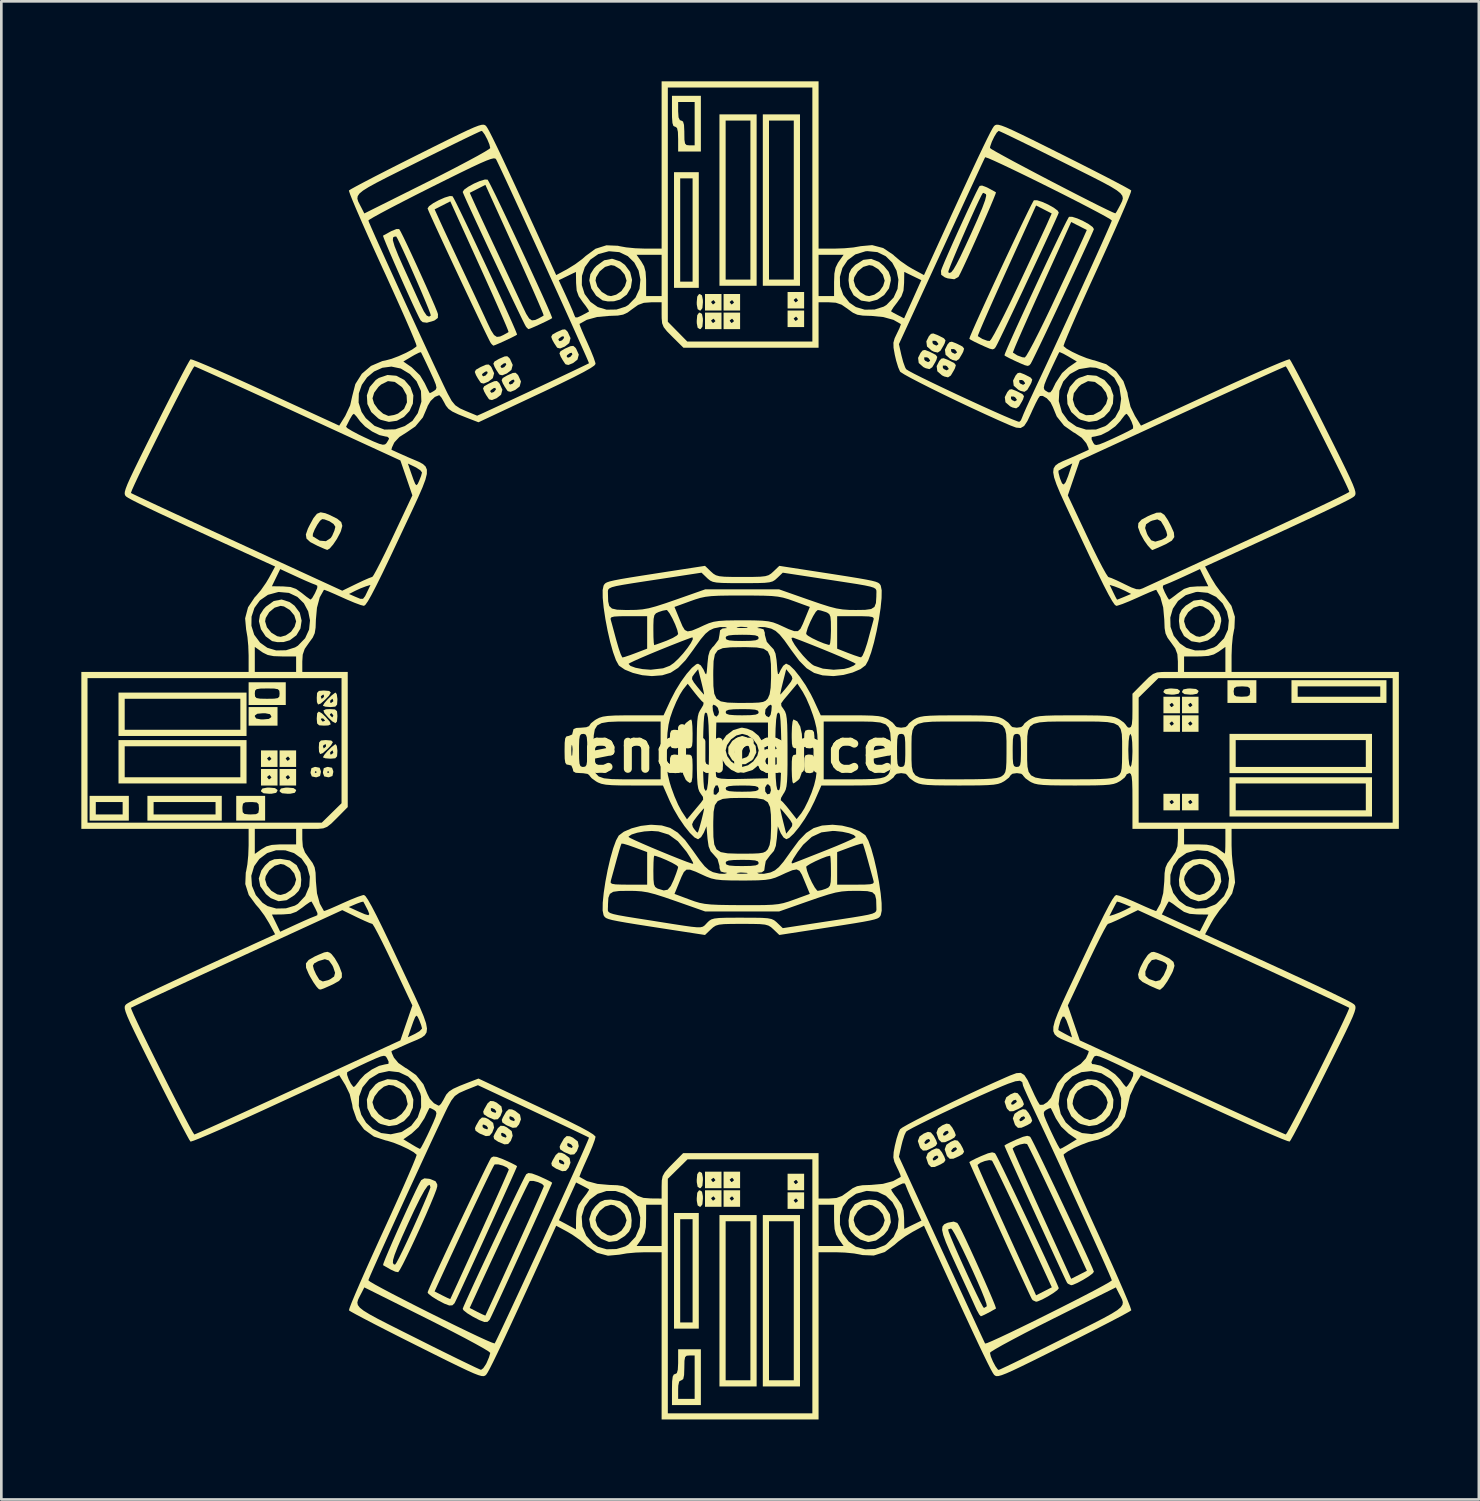
<source format=kicad_pcb>
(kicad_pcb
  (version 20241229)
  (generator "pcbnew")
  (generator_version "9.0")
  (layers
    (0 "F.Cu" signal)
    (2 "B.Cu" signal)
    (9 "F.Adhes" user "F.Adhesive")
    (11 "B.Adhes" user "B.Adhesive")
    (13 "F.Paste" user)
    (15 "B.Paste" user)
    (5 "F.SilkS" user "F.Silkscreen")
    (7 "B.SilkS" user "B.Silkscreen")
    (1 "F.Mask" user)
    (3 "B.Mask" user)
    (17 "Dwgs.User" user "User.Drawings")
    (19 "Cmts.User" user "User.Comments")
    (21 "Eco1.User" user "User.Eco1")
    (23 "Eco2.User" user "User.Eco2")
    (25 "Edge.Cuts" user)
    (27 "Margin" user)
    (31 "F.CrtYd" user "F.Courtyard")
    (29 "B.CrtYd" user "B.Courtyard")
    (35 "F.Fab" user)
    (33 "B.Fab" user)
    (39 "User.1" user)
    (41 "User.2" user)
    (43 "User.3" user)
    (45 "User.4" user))
  (footprint "endurance"
    (layer "F.Cu")
    (at 24.703 25.09)
    (property "Reference" "endurance" (at 0 0 0) (layer "F.SilkS") (effects (font (size 1.524 1.524) (thickness 0.3))))
    (attr board_only exclude_from_pos_files exclude_from_bom)
    (fp_poly (pts (xy -22.922 2.633) (xy -24.393 2.633) (xy -24.393 2.401) (xy -24.161 2.401) (xy -23.154 2.401) (xy -23.154 1.936) (xy -24.161 1.936) (xy -24.161 2.401) (xy -24.393 2.401) (xy -24.393 1.704) (xy -22.922 1.704)) (stroke (width 0) (type solid)) (fill yes) (layer "F.SilkS"))
    (fp_poly (pts (xy -19.437 2.633) (xy -22.225 2.633) (xy -22.225 2.401) (xy -21.993 2.401) (xy -19.67 2.401) (xy -19.67 1.936) (xy -21.993 1.936) (xy -21.993 2.401) (xy -22.225 2.401) (xy -22.225 1.704) (xy -19.437 1.704)) (stroke (width 0) (type solid)) (fill yes) (layer "F.SilkS"))
    (fp_poly (pts (xy -18.508 -0.542) (xy -23.309 -0.542) (xy -23.309 -0.774) (xy -23.077 -0.774) (xy -18.74 -0.774) (xy -18.74 -1.936) (xy -23.077 -1.936) (xy -23.077 -0.774) (xy -23.309 -0.774) (xy -23.309 -2.168) (xy -18.508 -2.168)) (stroke (width 0) (type solid)) (fill yes) (layer "F.SilkS"))
    (fp_poly (pts (xy -18.508 1.239) (xy -23.309 1.239) (xy -23.309 1.007) (xy -23.077 1.007) (xy -18.74 1.007) (xy -18.74 -0.155) (xy -23.077 -0.155) (xy -23.077 1.007) (xy -23.309 1.007) (xy -23.309 -0.387) (xy -18.508 -0.387)) (stroke (width 0) (type solid)) (fill yes) (layer "F.SilkS"))
    (fp_poly (pts (xy -1.549 -17.346) (xy -2.478 -17.346) (xy -2.478 -17.579) (xy -2.246 -17.579) (xy -1.781 -17.579) (xy -1.781 -21.451) (xy -2.246 -21.451) (xy -2.246 -17.579) (xy -2.478 -17.579) (xy -2.478 -21.683) (xy -1.549 -21.683)) (stroke (width 0) (type solid)) (fill yes) (layer "F.SilkS"))
    (fp_poly (pts (xy -1.549 21.683) (xy -2.478 21.683) (xy -2.478 21.451) (xy -2.246 21.451) (xy -1.781 21.451) (xy -1.781 17.579) (xy -2.246 17.579) (xy -2.246 21.451) (xy -2.478 21.451) (xy -2.478 17.346) (xy -1.549 17.346)) (stroke (width 0) (type solid)) (fill yes) (layer "F.SilkS"))
    (fp_poly (pts (xy 0.62 -17.424) (xy -0.774 -17.424) (xy -0.774 -17.656) (xy -0.542 -17.656) (xy 0.387 -17.656) (xy 0.387 -23.619) (xy -0.542 -23.619) (xy -0.542 -17.656) (xy -0.774 -17.656) (xy -0.774 -23.851) (xy 0.62 -23.851)) (stroke (width 0) (type solid)) (fill yes) (layer "F.SilkS"))
    (fp_poly (pts (xy 0.62 23.851) (xy -0.774 23.851) (xy -0.774 23.619) (xy -0.542 23.619) (xy 0.387 23.619) (xy 0.387 17.656) (xy -0.542 17.656) (xy -0.542 23.619) (xy -0.774 23.619) (xy -0.774 17.424) (xy 0.62 17.424)) (stroke (width 0) (type solid)) (fill yes) (layer "F.SilkS"))
    (fp_poly (pts (xy 2.246 -17.424) (xy 0.852 -17.424) (xy 0.852 -17.656) (xy 1.084 -17.656) (xy 2.013 -17.656) (xy 2.013 -23.619) (xy 1.084 -23.619) (xy 1.084 -17.656) (xy 0.852 -17.656) (xy 0.852 -23.851) (xy 2.246 -23.851)) (stroke (width 0) (type solid)) (fill yes) (layer "F.SilkS"))
    (fp_poly (pts (xy 2.246 23.851) (xy 0.852 23.851) (xy 0.852 23.619) (xy 1.084 23.619) (xy 2.013 23.619) (xy 2.013 17.656) (xy 1.084 17.656) (xy 1.084 23.619) (xy 0.852 23.619) (xy 0.852 17.424) (xy 2.246 17.424)) (stroke (width 0) (type solid)) (fill yes) (layer "F.SilkS"))
    (fp_poly (pts (xy 23.696 0.852) (xy 18.353 0.852) (xy 18.353 0.62) (xy 18.585 0.62) (xy 23.464 0.62) (xy 23.464 -0.387) (xy 18.585 -0.387) (xy 18.585 0.62) (xy 18.353 0.62) (xy 18.353 -0.62) (xy 23.696 -0.62)) (stroke (width 0) (type solid)) (fill yes) (layer "F.SilkS"))
    (fp_poly (pts (xy 23.696 2.478) (xy 18.353 2.478) (xy 18.353 2.246) (xy 18.585 2.246) (xy 23.464 2.246) (xy 23.464 1.239) (xy 18.585 1.239) (xy 18.585 2.246) (xy 18.353 2.246) (xy 18.353 1.007) (xy 23.696 1.007)) (stroke (width 0) (type solid)) (fill yes) (layer "F.SilkS"))
    (fp_poly (pts (xy 24.238 -1.781) (xy 20.676 -1.781) (xy 20.676 -2.013) (xy 20.909 -2.013) (xy 24.006 -2.013) (xy 24.006 -2.401) (xy 20.909 -2.401) (xy 20.909 -2.013) (xy 20.676 -2.013) (xy 20.676 -2.633) (xy 24.238 -2.633)) (stroke (width 0) (type solid)) (fill yes) (layer "F.SilkS"))
    (fp_poly (pts (xy -17.441 1.413) (xy -17.352 1.477) (xy -17.346 1.51) (xy -17.397 1.591) (xy -17.567 1.624) (xy -17.656 1.626) (xy -17.871 1.607) (xy -17.96 1.543) (xy -17.966 1.51) (xy -17.915 1.429) (xy -17.745 1.396) (xy -17.656 1.394)) (stroke (width 0) (type solid)) (fill yes) (layer "F.SilkS"))
    (fp_poly (pts (xy -16.744 1.413) (xy -16.655 1.477) (xy -16.649 1.51) (xy -16.701 1.591) (xy -16.87 1.624) (xy -16.959 1.626) (xy -17.175 1.607) (xy -17.263 1.543) (xy -17.269 1.51) (xy -17.218 1.429) (xy -17.048 1.396) (xy -16.959 1.394)) (stroke (width 0) (type solid)) (fill yes) (layer "F.SilkS"))
    (fp_poly (pts (xy -1.429 -17.063) (xy -1.396 -16.893) (xy -1.394 -16.804) (xy -1.413 -16.589) (xy -1.477 -16.5) (xy -1.51 -16.495) (xy -1.591 -16.546) (xy -1.624 -16.715) (xy -1.626 -16.804) (xy -1.607 -17.02) (xy -1.543 -17.108) (xy -1.51 -17.114)) (stroke (width 0) (type solid)) (fill yes) (layer "F.SilkS"))
    (fp_poly (pts (xy -1.429 -16.366) (xy -1.396 -16.196) (xy -1.394 -16.107) (xy -1.413 -15.892) (xy -1.477 -15.803) (xy -1.51 -15.798) (xy -1.591 -15.849) (xy -1.624 -16.018) (xy -1.626 -16.107) (xy -1.607 -16.323) (xy -1.543 -16.411) (xy -1.51 -16.417)) (stroke (width 0) (type solid)) (fill yes) (layer "F.SilkS"))
    (fp_poly (pts (xy -1.429 15.849) (xy -1.396 16.018) (xy -1.394 16.107) (xy -1.413 16.323) (xy -1.477 16.411) (xy -1.51 16.417) (xy -1.591 16.366) (xy -1.624 16.196) (xy -1.626 16.107) (xy -1.607 15.892) (xy -1.543 15.803) (xy -1.51 15.798)) (stroke (width 0) (type solid)) (fill yes) (layer "F.SilkS"))
    (fp_poly (pts (xy -1.429 16.546) (xy -1.396 16.715) (xy -1.394 16.804) (xy -1.413 17.02) (xy -1.477 17.108) (xy -1.51 17.114) (xy -1.591 17.063) (xy -1.624 16.893) (xy -1.626 16.804) (xy -1.607 16.589) (xy -1.543 16.5) (xy -1.51 16.495)) (stroke (width 0) (type solid)) (fill yes) (layer "F.SilkS"))
    (fp_poly (pts (xy 16.4 -2.304) (xy 16.489 -2.24) (xy 16.495 -2.207) (xy 16.443 -2.126) (xy 16.274 -2.093) (xy 16.185 -2.091) (xy 15.969 -2.11) (xy 15.881 -2.174) (xy 15.875 -2.207) (xy 15.926 -2.288) (xy 16.096 -2.321) (xy 16.185 -2.323)) (stroke (width 0) (type solid)) (fill yes) (layer "F.SilkS"))
    (fp_poly (pts (xy 17.097 -2.304) (xy 17.186 -2.24) (xy 17.191 -2.207) (xy 17.14 -2.126) (xy 16.971 -2.093) (xy 16.882 -2.091) (xy 16.666 -2.11) (xy 16.578 -2.174) (xy 16.572 -2.207) (xy 16.623 -2.288) (xy 16.793 -2.321) (xy 16.882 -2.323)) (stroke (width 0) (type solid)) (fill yes) (layer "F.SilkS"))
    (fp_poly (pts (xy -17.346 0.62) (xy -17.966 0.62) (xy -17.966 0.31) (xy -17.734 0.31) (xy -17.675 0.385) (xy -17.656 0.387) (xy -17.581 0.328) (xy -17.579 0.31) (xy -17.638 0.235) (xy -17.656 0.232) (xy -17.731 0.291) (xy -17.734 0.31) (xy -17.966 0.31) (xy -17.966 0) (xy -17.346 0)) (stroke (width 0) (type solid)) (fill yes) (layer "F.SilkS"))
    (fp_poly (pts (xy -17.346 1.316) (xy -17.966 1.316) (xy -17.966 1.007) (xy -17.734 1.007) (xy -17.675 1.082) (xy -17.656 1.084) (xy -17.581 1.025) (xy -17.579 1.007) (xy -17.638 0.932) (xy -17.656 0.929) (xy -17.731 0.988) (xy -17.734 1.007) (xy -17.966 1.007) (xy -17.966 0.697) (xy -17.346 0.697)) (stroke (width 0) (type solid)) (fill yes) (layer "F.SilkS"))
    (fp_poly (pts (xy -16.649 0.62) (xy -17.269 0.62) (xy -17.269 0.31) (xy -17.037 0.31) (xy -16.978 0.385) (xy -16.959 0.387) (xy -16.884 0.328) (xy -16.882 0.31) (xy -16.941 0.235) (xy -16.959 0.232) (xy -17.034 0.291) (xy -17.037 0.31) (xy -17.269 0.31) (xy -17.269 0) (xy -16.649 0)) (stroke (width 0) (type solid)) (fill yes) (layer "F.SilkS"))
    (fp_poly (pts (xy -16.649 1.316) (xy -17.269 1.316) (xy -17.269 1.007) (xy -17.037 1.007) (xy -16.978 1.082) (xy -16.959 1.084) (xy -16.884 1.025) (xy -16.882 1.007) (xy -16.941 0.932) (xy -16.959 0.929) (xy -17.034 0.988) (xy -17.037 1.007) (xy -17.269 1.007) (xy -17.269 0.697) (xy -16.649 0.697)) (stroke (width 0) (type solid)) (fill yes) (layer "F.SilkS"))
    (fp_poly (pts (xy -0.697 -16.495) (xy -1.316 -16.495) (xy -1.316 -16.804) (xy -1.084 -16.804) (xy -1.025 -16.729) (xy -1.007 -16.727) (xy -0.932 -16.786) (xy -0.929 -16.804) (xy -0.988 -16.879) (xy -1.007 -16.882) (xy -1.082 -16.823) (xy -1.084 -16.804) (xy -1.316 -16.804) (xy -1.316 -17.114) (xy -0.697 -17.114)) (stroke (width 0) (type solid)) (fill yes) (layer "F.SilkS"))
    (fp_poly (pts (xy -0.697 -15.798) (xy -1.316 -15.798) (xy -1.316 -16.107) (xy -1.084 -16.107) (xy -1.025 -16.032) (xy -1.007 -16.03) (xy -0.932 -16.089) (xy -0.929 -16.107) (xy -0.988 -16.183) (xy -1.007 -16.185) (xy -1.082 -16.126) (xy -1.084 -16.107) (xy -1.316 -16.107) (xy -1.316 -16.417) (xy -0.697 -16.417)) (stroke (width 0) (type solid)) (fill yes) (layer "F.SilkS"))
    (fp_poly (pts (xy -0.697 16.417) (xy -1.316 16.417) (xy -1.316 16.107) (xy -1.084 16.107) (xy -1.025 16.183) (xy -1.007 16.185) (xy -0.932 16.126) (xy -0.929 16.107) (xy -0.988 16.032) (xy -1.007 16.03) (xy -1.082 16.089) (xy -1.084 16.107) (xy -1.316 16.107) (xy -1.316 15.798) (xy -0.697 15.798)) (stroke (width 0) (type solid)) (fill yes) (layer "F.SilkS"))
    (fp_poly (pts (xy -0.697 17.114) (xy -1.316 17.114) (xy -1.316 16.804) (xy -1.084 16.804) (xy -1.025 16.879) (xy -1.007 16.882) (xy -0.932 16.823) (xy -0.929 16.804) (xy -0.988 16.729) (xy -1.007 16.727) (xy -1.082 16.786) (xy -1.084 16.804) (xy -1.316 16.804) (xy -1.316 16.495) (xy -0.697 16.495)) (stroke (width 0) (type solid)) (fill yes) (layer "F.SilkS"))
    (fp_poly (pts (xy 0 -16.495) (xy -0.62 -16.495) (xy -0.62 -16.804) (xy -0.387 -16.804) (xy -0.328 -16.729) (xy -0.31 -16.727) (xy -0.235 -16.786) (xy -0.232 -16.804) (xy -0.291 -16.879) (xy -0.31 -16.882) (xy -0.385 -16.823) (xy -0.387 -16.804) (xy -0.62 -16.804) (xy -0.62 -17.114) (xy 0 -17.114)) (stroke (width 0) (type solid)) (fill yes) (layer "F.SilkS"))
    (fp_poly (pts (xy 0 -15.798) (xy -0.62 -15.798) (xy -0.62 -16.107) (xy -0.387 -16.107) (xy -0.328 -16.032) (xy -0.31 -16.03) (xy -0.235 -16.089) (xy -0.232 -16.107) (xy -0.291 -16.183) (xy -0.31 -16.185) (xy -0.385 -16.126) (xy -0.387 -16.107) (xy -0.62 -16.107) (xy -0.62 -16.417) (xy 0 -16.417)) (stroke (width 0) (type solid)) (fill yes) (layer "F.SilkS"))
    (fp_poly (pts (xy 0 16.417) (xy -0.62 16.417) (xy -0.62 16.107) (xy -0.387 16.107) (xy -0.328 16.183) (xy -0.31 16.185) (xy -0.235 16.126) (xy -0.232 16.107) (xy -0.291 16.032) (xy -0.31 16.03) (xy -0.385 16.089) (xy -0.387 16.107) (xy -0.62 16.107) (xy -0.62 15.798) (xy 0 15.798)) (stroke (width 0) (type solid)) (fill yes) (layer "F.SilkS"))
    (fp_poly (pts (xy 0 17.114) (xy -0.62 17.114) (xy -0.62 16.804) (xy -0.387 16.804) (xy -0.328 16.879) (xy -0.31 16.882) (xy -0.235 16.823) (xy -0.232 16.804) (xy -0.291 16.729) (xy -0.31 16.727) (xy -0.385 16.786) (xy -0.387 16.804) (xy -0.62 16.804) (xy -0.62 16.495) (xy 0 16.495)) (stroke (width 0) (type solid)) (fill yes) (layer "F.SilkS"))
    (fp_poly (pts (xy 2.401 -16.572) (xy 1.781 -16.572) (xy 1.781 -16.882) (xy 2.013 -16.882) (xy 2.072 -16.807) (xy 2.091 -16.804) (xy 2.166 -16.863) (xy 2.168 -16.882) (xy 2.109 -16.957) (xy 2.091 -16.959) (xy 2.016 -16.9) (xy 2.013 -16.882) (xy 1.781 -16.882) (xy 1.781 -17.191) (xy 2.401 -17.191)) (stroke (width 0) (type solid)) (fill yes) (layer "F.SilkS"))
    (fp_poly (pts (xy 2.401 -15.875) (xy 1.781 -15.875) (xy 1.781 -16.185) (xy 2.013 -16.185) (xy 2.072 -16.11) (xy 2.091 -16.107) (xy 2.166 -16.166) (xy 2.168 -16.185) (xy 2.109 -16.26) (xy 2.091 -16.262) (xy 2.016 -16.203) (xy 2.013 -16.185) (xy 1.781 -16.185) (xy 1.781 -16.495) (xy 2.401 -16.495)) (stroke (width 0) (type solid)) (fill yes) (layer "F.SilkS"))
    (fp_poly (pts (xy 2.401 16.495) (xy 1.781 16.495) (xy 1.781 16.185) (xy 2.013 16.185) (xy 2.072 16.26) (xy 2.091 16.262) (xy 2.166 16.203) (xy 2.168 16.185) (xy 2.109 16.11) (xy 2.091 16.107) (xy 2.016 16.166) (xy 2.013 16.185) (xy 1.781 16.185) (xy 1.781 15.875) (xy 2.401 15.875)) (stroke (width 0) (type solid)) (fill yes) (layer "F.SilkS"))
    (fp_poly (pts (xy 2.401 17.191) (xy 1.781 17.191) (xy 1.781 16.882) (xy 2.013 16.882) (xy 2.072 16.957) (xy 2.091 16.959) (xy 2.166 16.9) (xy 2.168 16.882) (xy 2.109 16.807) (xy 2.091 16.804) (xy 2.016 16.863) (xy 2.013 16.882) (xy 1.781 16.882) (xy 1.781 16.572) (xy 2.401 16.572)) (stroke (width 0) (type solid)) (fill yes) (layer "F.SilkS"))
    (fp_poly (pts (xy 16.495 -1.394) (xy 15.875 -1.394) (xy 15.875 -1.704) (xy 16.107 -1.704) (xy 16.166 -1.628) (xy 16.185 -1.626) (xy 16.26 -1.685) (xy 16.262 -1.704) (xy 16.203 -1.779) (xy 16.185 -1.781) (xy 16.11 -1.722) (xy 16.107 -1.704) (xy 15.875 -1.704) (xy 15.875 -2.013) (xy 16.495 -2.013)) (stroke (width 0) (type solid)) (fill yes) (layer "F.SilkS"))
    (fp_poly (pts (xy 16.495 -0.697) (xy 15.875 -0.697) (xy 15.875 -1.007) (xy 16.107 -1.007) (xy 16.166 -0.932) (xy 16.185 -0.929) (xy 16.26 -0.988) (xy 16.262 -1.007) (xy 16.203 -1.082) (xy 16.185 -1.084) (xy 16.11 -1.025) (xy 16.107 -1.007) (xy 15.875 -1.007) (xy 15.875 -1.316) (xy 16.495 -1.316)) (stroke (width 0) (type solid)) (fill yes) (layer "F.SilkS"))
    (fp_poly (pts (xy 16.495 2.246) (xy 15.875 2.246) (xy 15.875 1.936) (xy 16.107 1.936) (xy 16.166 2.011) (xy 16.185 2.013) (xy 16.26 1.954) (xy 16.262 1.936) (xy 16.203 1.861) (xy 16.185 1.859) (xy 16.11 1.917) (xy 16.107 1.936) (xy 15.875 1.936) (xy 15.875 1.626) (xy 16.495 1.626)) (stroke (width 0) (type solid)) (fill yes) (layer "F.SilkS"))
    (fp_poly (pts (xy 17.191 -1.394) (xy 16.572 -1.394) (xy 16.572 -1.704) (xy 16.804 -1.704) (xy 16.863 -1.628) (xy 16.882 -1.626) (xy 16.957 -1.685) (xy 16.959 -1.704) (xy 16.9 -1.779) (xy 16.882 -1.781) (xy 16.807 -1.722) (xy 16.804 -1.704) (xy 16.572 -1.704) (xy 16.572 -2.013) (xy 17.191 -2.013)) (stroke (width 0) (type solid)) (fill yes) (layer "F.SilkS"))
    (fp_poly (pts (xy 17.191 -0.697) (xy 16.572 -0.697) (xy 16.572 -1.007) (xy 16.804 -1.007) (xy 16.863 -0.932) (xy 16.882 -0.929) (xy 16.957 -0.988) (xy 16.959 -1.007) (xy 16.9 -1.082) (xy 16.882 -1.084) (xy 16.807 -1.025) (xy 16.804 -1.007) (xy 16.572 -1.007) (xy 16.572 -1.316) (xy 17.191 -1.316)) (stroke (width 0) (type solid)) (fill yes) (layer "F.SilkS"))
    (fp_poly (pts (xy 17.191 2.246) (xy 16.572 2.246) (xy 16.572 1.936) (xy 16.804 1.936) (xy 16.863 2.011) (xy 16.882 2.013) (xy 16.957 1.954) (xy 16.959 1.936) (xy 16.9 1.861) (xy 16.882 1.859) (xy 16.807 1.917) (xy 16.804 1.936) (xy 16.572 1.936) (xy 16.572 1.626) (xy 17.191 1.626)) (stroke (width 0) (type solid)) (fill yes) (layer "F.SilkS"))
    (fp_poly (pts (xy -2.32 -0.76) (xy -2.263 -0.689) (xy -2.246 -0.52) (xy -2.246 -0.426) (xy -2.254 -0.211) (xy -2.293 -0.109) (xy -2.387 -0.079) (xy -2.439 -0.077) (xy -2.559 -0.092) (xy -2.615 -0.163) (xy -2.632 -0.332) (xy -2.633 -0.426) (xy -2.625 -0.641) (xy -2.585 -0.743) (xy -2.492 -0.773) (xy -2.439 -0.774)) (stroke (width 0) (type solid)) (fill yes) (layer "F.SilkS"))
    (fp_poly (pts (xy -2.32 0.169) (xy -2.263 0.24) (xy -2.246 0.409) (xy -2.246 0.503) (xy -2.254 0.718) (xy -2.293 0.82) (xy -2.387 0.85) (xy -2.439 0.852) (xy -2.559 0.837) (xy -2.615 0.766) (xy -2.632 0.597) (xy -2.633 0.503) (xy -2.625 0.288) (xy -2.585 0.186) (xy -2.492 0.156) (xy -2.439 0.155)) (stroke (width 0) (type solid)) (fill yes) (layer "F.SilkS"))
    (fp_poly (pts (xy -1.874 0.163) (xy -1.816 0.209) (xy -1.789 0.328) (xy -1.781 0.552) (xy -1.781 0.697) (xy -1.79 1.009) (xy -1.821 1.18) (xy -1.884 1.223) (xy -1.987 1.153) (xy -2.04 1.097) (xy -2.137 0.886) (xy -2.168 0.555) (xy -2.162 0.321) (xy -2.133 0.202) (xy -2.06 0.16) (xy -1.975 0.155)) (stroke (width 0) (type solid)) (fill yes) (layer "F.SilkS"))
    (fp_poly (pts (xy 2.714 -0.76) (xy 2.77 -0.689) (xy 2.787 -0.52) (xy 2.788 -0.426) (xy 2.78 -0.211) (xy 2.74 -0.109) (xy 2.646 -0.079) (xy 2.594 -0.077) (xy 2.475 -0.092) (xy 2.418 -0.163) (xy 2.401 -0.332) (xy 2.401 -0.426) (xy 2.409 -0.641) (xy 2.448 -0.743) (xy 2.542 -0.773) (xy 2.594 -0.774)) (stroke (width 0) (type solid)) (fill yes) (layer "F.SilkS"))
    (fp_poly (pts (xy 2.714 0.169) (xy 2.77 0.24) (xy 2.787 0.409) (xy 2.788 0.503) (xy 2.78 0.718) (xy 2.74 0.82) (xy 2.646 0.85) (xy 2.594 0.852) (xy 2.475 0.837) (xy 2.418 0.766) (xy 2.401 0.597) (xy 2.401 0.503) (xy 2.409 0.288) (xy 2.448 0.186) (xy 2.542 0.156) (xy 2.594 0.155)) (stroke (width 0) (type solid)) (fill yes) (layer "F.SilkS"))
    (fp_poly (pts (xy 2.145 -1.09) (xy 2.255 -0.899) (xy 2.316 -0.621) (xy 2.323 -0.478) (xy 2.317 -0.243) (xy 2.287 -0.124) (xy 2.214 -0.082) (xy 2.13 -0.077) (xy 2.028 -0.085) (xy 1.971 -0.132) (xy 1.944 -0.25) (xy 1.936 -0.475) (xy 1.936 -0.62) (xy 1.945 -0.887) (xy 1.967 -1.08) (xy 1.999 -1.161) (xy 2.001 -1.162)) (stroke (width 0) (type solid)) (fill yes) (layer "F.SilkS"))
    (fp_poly (pts (xy -15.766 0.651) (xy -15.721 0.777) (xy -15.72 0.813) (xy -15.752 0.96) (xy -15.878 1.006) (xy -15.914 1.007) (xy -16.061 0.975) (xy -16.107 0.849) (xy -16.107 0.813) (xy -15.952 0.813) (xy -15.914 0.852) (xy -15.875 0.813) (xy -15.914 0.774) (xy -15.952 0.813) (xy -16.107 0.813) (xy -16.075 0.666) (xy -15.949 0.62) (xy -15.914 0.62)) (stroke (width 0) (type solid)) (fill yes) (layer "F.SilkS"))
    (fp_poly (pts (xy -15.302 0.651) (xy -15.256 0.777) (xy -15.255 0.813) (xy -15.287 0.96) (xy -15.413 1.006) (xy -15.449 1.007) (xy -15.596 0.975) (xy -15.642 0.849) (xy -15.643 0.813) (xy -15.488 0.813) (xy -15.449 0.852) (xy -15.41 0.813) (xy -15.449 0.774) (xy -15.488 0.813) (xy -15.643 0.813) (xy -15.611 0.666) (xy -15.485 0.62) (xy -15.449 0.62)) (stroke (width 0) (type solid)) (fill yes) (layer "F.SilkS"))
    (fp_poly (pts (xy -1.807 -1.091) (xy -1.789 -0.904) (xy -1.781 -0.641) (xy -1.781 -0.62) (xy -1.784 -0.336) (xy -1.801 -0.174) (xy -1.843 -0.1) (xy -1.923 -0.078) (xy -1.975 -0.077) (xy -2.087 -0.089) (xy -2.144 -0.149) (xy -2.166 -0.296) (xy -2.168 -0.491) (xy -2.148 -0.786) (xy -2.081 -0.97) (xy -2.027 -1.033) (xy -1.899 -1.132) (xy -1.833 -1.162)) (stroke (width 0) (type solid)) (fill yes) (layer "F.SilkS"))
    (fp_poly (pts (xy 2.242 0.166) (xy 2.299 0.226) (xy 2.32 0.373) (xy 2.323 0.569) (xy 2.303 0.863) (xy 2.236 1.047) (xy 2.182 1.111) (xy 2.054 1.209) (xy 1.988 1.239) (xy 1.962 1.168) (xy 1.944 0.982) (xy 1.936 0.719) (xy 1.936 0.697) (xy 1.939 0.414) (xy 1.955 0.252) (xy 1.998 0.177) (xy 2.078 0.156) (xy 2.13 0.155)) (stroke (width 0) (type solid)) (fill yes) (layer "F.SilkS"))
    (fp_poly (pts (xy -17.346 -0.929) (xy -18.43 -0.929) (xy -18.43 -1.278) (xy -18.198 -1.278) (xy -18.147 -1.197) (xy -17.977 -1.164) (xy -17.888 -1.162) (xy -17.673 -1.181) (xy -17.584 -1.244) (xy -17.579 -1.278) (xy -17.63 -1.359) (xy -17.799 -1.392) (xy -17.888 -1.394) (xy -18.104 -1.375) (xy -18.193 -1.311) (xy -18.198 -1.278) (xy -18.43 -1.278) (xy -18.43 -1.626) (xy -17.346 -1.626)) (stroke (width 0) (type solid)) (fill yes) (layer "F.SilkS"))
    (fp_poly (pts (xy -17.811 2.633) (xy -18.895 2.633) (xy -18.895 2.168) (xy -18.663 2.168) (xy -18.651 2.317) (xy -18.584 2.383) (xy -18.42 2.4) (xy -18.353 2.401) (xy -18.154 2.391) (xy -18.066 2.342) (xy -18.044 2.218) (xy -18.043 2.168) (xy -18.056 2.019) (xy -18.122 1.953) (xy -18.287 1.936) (xy -18.353 1.936) (xy -18.552 1.945) (xy -18.64 1.995) (xy -18.662 2.118) (xy -18.663 2.168) (xy -18.895 2.168) (xy -18.895 1.704) (xy -17.811 1.704)) (stroke (width 0) (type solid)) (fill yes) (layer "F.SilkS"))
    (fp_poly (pts (xy -15.679 -1.388) (xy -15.541 -1.254) (xy -15.385 -1.077) (xy -15.351 -0.978) (xy -15.443 -0.936) (xy -15.604 -0.929) (xy -15.786 -0.941) (xy -15.86 -1.009) (xy -15.874 -1.166) (xy -15.72 -1.166) (xy -15.664 -1.087) (xy -15.643 -1.084) (xy -15.567 -1.111) (xy -15.565 -1.118) (xy -15.62 -1.184) (xy -15.643 -1.2) (xy -15.714 -1.194) (xy -15.72 -1.166) (xy -15.874 -1.166) (xy -15.875 -1.18) (xy -15.875 -1.2) (xy -15.859 -1.396) (xy -15.799 -1.457)) (stroke (width 0) (type solid)) (fill yes) (layer "F.SilkS"))
    (fp_poly (pts (xy -15.409 -2.23) (xy -15.347 -2.17) (xy -15.416 -2.05) (xy -15.55 -1.912) (xy -15.728 -1.756) (xy -15.826 -1.722) (xy -15.868 -1.813) (xy -15.875 -1.975) (xy -15.872 -2.013) (xy -15.72 -2.013) (xy -15.694 -1.938) (xy -15.686 -1.936) (xy -15.62 -1.99) (xy -15.604 -2.013) (xy -15.61 -2.085) (xy -15.638 -2.091) (xy -15.717 -2.035) (xy -15.72 -2.013) (xy -15.872 -2.013) (xy -15.863 -2.156) (xy -15.795 -2.231) (xy -15.625 -2.246) (xy -15.604 -2.246)) (stroke (width 0) (type solid)) (fill yes) (layer "F.SilkS"))
    (fp_poly (pts (xy -15.331 -0.371) (xy -15.27 -0.311) (xy -15.339 -0.191) (xy -15.473 -0.053) (xy -15.65 0.103) (xy -15.749 0.137) (xy -15.79 0.045) (xy -15.798 -0.116) (xy -15.795 -0.155) (xy -15.643 -0.155) (xy -15.616 -0.079) (xy -15.609 -0.077) (xy -15.542 -0.132) (xy -15.527 -0.155) (xy -15.533 -0.226) (xy -15.561 -0.232) (xy -15.64 -0.176) (xy -15.643 -0.155) (xy -15.795 -0.155) (xy -15.786 -0.298) (xy -15.718 -0.372) (xy -15.547 -0.387) (xy -15.527 -0.387)) (stroke (width 0) (type solid)) (fill yes) (layer "F.SilkS"))
    (fp_poly (pts (xy -15.19 -1.537) (xy -15.115 -1.469) (xy -15.101 -1.298) (xy -15.101 -1.278) (xy -15.117 -1.083) (xy -15.176 -1.021) (xy -15.296 -1.09) (xy -15.435 -1.224) (xy -15.542 -1.346) (xy -15.384 -1.346) (xy -15.372 -1.316) (xy -15.302 -1.243) (xy -15.29 -1.239) (xy -15.256 -1.299) (xy -15.255 -1.316) (xy -15.315 -1.391) (xy -15.337 -1.394) (xy -15.384 -1.346) (xy -15.542 -1.346) (xy -15.59 -1.402) (xy -15.625 -1.5) (xy -15.533 -1.542) (xy -15.372 -1.549)) (stroke (width 0) (type solid)) (fill yes) (layer "F.SilkS"))
    (fp_poly (pts (xy 19.36 -1.781) (xy 18.276 -1.781) (xy 18.276 -2.207) (xy 18.508 -2.207) (xy 18.525 -2.082) (xy 18.605 -2.027) (xy 18.791 -2.013) (xy 18.818 -2.013) (xy 19.017 -2.024) (xy 19.106 -2.074) (xy 19.127 -2.19) (xy 19.127 -2.207) (xy 19.111 -2.332) (xy 19.031 -2.387) (xy 18.845 -2.401) (xy 18.818 -2.401) (xy 18.618 -2.39) (xy 18.529 -2.34) (xy 18.508 -2.224) (xy 18.508 -2.207) (xy 18.276 -2.207) (xy 18.276 -2.633) (xy 19.36 -2.633)) (stroke (width 0) (type solid)) (fill yes) (layer "F.SilkS"))
    (fp_poly (pts (xy -9.557 13.773) (xy -9.44 13.827) (xy -9.26 13.967) (xy -9.225 14.145) (xy -9.295 14.331) (xy -9.395 14.45) (xy -9.535 14.463) (xy -9.751 14.373) (xy -9.778 14.359) (xy -9.92 14.263) (xy -9.943 14.167) (xy -9.903 14.071) (xy -9.888 14.045) (xy -9.657 14.045) (xy -9.653 14.126) (xy -9.602 14.171) (xy -9.48 14.212) (xy -9.453 14.158) (xy -9.51 14.078) (xy -9.616 14.029) (xy -9.657 14.045) (xy -9.888 14.045) (xy -9.781 13.858) (xy -9.679 13.765)) (stroke (width 0) (type solid)) (fill yes) (layer "F.SilkS"))
    (fp_poly (pts (xy -9.248 13.154) (xy -9.13 13.207) (xy -8.951 13.348) (xy -8.915 13.525) (xy -8.986 13.712) (xy -9.085 13.83) (xy -9.225 13.844) (xy -9.441 13.754) (xy -9.468 13.739) (xy -9.61 13.644) (xy -9.634 13.548) (xy -9.593 13.452) (xy -9.578 13.426) (xy -9.347 13.426) (xy -9.343 13.507) (xy -9.293 13.552) (xy -9.17 13.593) (xy -9.143 13.538) (xy -9.2 13.459) (xy -9.306 13.409) (xy -9.347 13.426) (xy -9.578 13.426) (xy -9.471 13.238) (xy -9.369 13.146)) (stroke (width 0) (type solid)) (fill yes) (layer "F.SilkS"))
    (fp_poly (pts (xy -8.86 14.083) (xy -8.743 14.137) (xy -8.564 14.277) (xy -8.528 14.454) (xy -8.598 14.641) (xy -8.698 14.76) (xy -8.838 14.773) (xy -9.054 14.683) (xy -9.081 14.669) (xy -9.223 14.573) (xy -9.246 14.477) (xy -9.206 14.381) (xy -9.191 14.355) (xy -8.96 14.355) (xy -8.956 14.436) (xy -8.905 14.481) (xy -8.783 14.522) (xy -8.756 14.468) (xy -8.813 14.388) (xy -8.919 14.339) (xy -8.96 14.355) (xy -9.191 14.355) (xy -9.084 14.167) (xy -8.982 14.075)) (stroke (width 0) (type solid)) (fill yes) (layer "F.SilkS"))
    (fp_poly (pts (xy -8.551 13.463) (xy -8.433 13.517) (xy -8.254 13.658) (xy -8.218 13.835) (xy -8.289 14.022) (xy -8.388 14.14) (xy -8.528 14.153) (xy -8.744 14.063) (xy -8.771 14.049) (xy -8.914 13.954) (xy -8.937 13.857) (xy -8.896 13.762) (xy -8.881 13.735) (xy -8.65 13.735) (xy -8.646 13.816) (xy -8.596 13.862) (xy -8.473 13.903) (xy -8.447 13.848) (xy -8.503 13.769) (xy -8.609 13.719) (xy -8.65 13.735) (xy -8.881 13.735) (xy -8.774 13.548) (xy -8.672 13.455)) (stroke (width 0) (type solid)) (fill yes) (layer "F.SilkS"))
    (fp_poly (pts (xy -6.692 15.09) (xy -6.575 15.143) (xy -6.395 15.284) (xy -6.36 15.461) (xy -6.43 15.648) (xy -6.53 15.766) (xy -6.669 15.78) (xy -6.886 15.69) (xy -6.913 15.675) (xy -7.055 15.58) (xy -7.078 15.484) (xy -7.038 15.388) (xy -7.023 15.362) (xy -6.792 15.362) (xy -6.787 15.443) (xy -6.737 15.488) (xy -6.615 15.529) (xy -6.588 15.474) (xy -6.644 15.395) (xy -6.751 15.345) (xy -6.792 15.362) (xy -7.023 15.362) (xy -6.915 15.174) (xy -6.813 15.082)) (stroke (width 0) (type solid)) (fill yes) (layer "F.SilkS"))
    (fp_poly (pts (xy -6.382 14.47) (xy -6.265 14.524) (xy -6.085 14.664) (xy -6.05 14.841) (xy -6.12 15.028) (xy -6.22 15.147) (xy -6.36 15.16) (xy -6.576 15.07) (xy -6.603 15.056) (xy -6.745 14.96) (xy -6.768 14.864) (xy -6.728 14.768) (xy -6.713 14.742) (xy -6.482 14.742) (xy -6.478 14.823) (xy -6.427 14.868) (xy -6.305 14.909) (xy -6.278 14.855) (xy -6.335 14.775) (xy -6.441 14.726) (xy -6.482 14.742) (xy -6.713 14.742) (xy -6.606 14.555) (xy -6.504 14.462)) (stroke (width 0) (type solid)) (fill yes) (layer "F.SilkS"))
    (fp_poly (pts (xy 7.154 14.324) (xy 7.258 14.45) (xy 7.348 14.614) (xy 7.392 14.74) (xy 7.338 14.827) (xy 7.207 14.904) (xy 6.99 15.001) (xy 6.857 15.006) (xy 6.764 14.916) (xy 6.74 14.873) (xy 6.682 14.699) (xy 6.91 14.699) (xy 6.934 14.757) (xy 7.002 14.744) (xy 7.108 14.665) (xy 7.124 14.621) (xy 7.079 14.571) (xy 6.986 14.602) (xy 6.912 14.692) (xy 6.91 14.699) (xy 6.682 14.699) (xy 6.665 14.648) (xy 6.728 14.48) (xy 6.884 14.369) (xy 7.043 14.304)) (stroke (width 0) (type solid)) (fill yes) (layer "F.SilkS"))
    (fp_poly (pts (xy 7.464 14.943) (xy 7.568 15.07) (xy 7.657 15.233) (xy 7.702 15.36) (xy 7.648 15.447) (xy 7.517 15.524) (xy 7.3 15.62) (xy 7.166 15.625) (xy 7.074 15.536) (xy 7.05 15.493) (xy 6.992 15.318) (xy 7.22 15.318) (xy 7.244 15.377) (xy 7.312 15.363) (xy 7.418 15.284) (xy 7.434 15.241) (xy 7.389 15.19) (xy 7.296 15.222) (xy 7.222 15.312) (xy 7.22 15.318) (xy 6.992 15.318) (xy 6.975 15.267) (xy 7.038 15.1) (xy 7.194 14.988) (xy 7.353 14.923)) (stroke (width 0) (type solid)) (fill yes) (layer "F.SilkS"))
    (fp_poly (pts (xy 7.851 14.014) (xy 7.955 14.14) (xy 8.045 14.304) (xy 8.089 14.43) (xy 8.035 14.518) (xy 7.904 14.595) (xy 7.687 14.691) (xy 7.554 14.696) (xy 7.461 14.606) (xy 7.437 14.564) (xy 7.379 14.389) (xy 7.607 14.389) (xy 7.631 14.447) (xy 7.699 14.434) (xy 7.805 14.355) (xy 7.821 14.311) (xy 7.776 14.261) (xy 7.683 14.292) (xy 7.609 14.383) (xy 7.607 14.389) (xy 7.379 14.389) (xy 7.362 14.338) (xy 7.425 14.17) (xy 7.581 14.059) (xy 7.74 13.994)) (stroke (width 0) (type solid)) (fill yes) (layer "F.SilkS"))
    (fp_poly (pts (xy 8.161 14.633) (xy 8.265 14.76) (xy 8.354 14.924) (xy 8.399 15.05) (xy 8.344 15.137) (xy 8.214 15.214) (xy 7.997 15.311) (xy 7.863 15.315) (xy 7.771 15.226) (xy 7.747 15.183) (xy 7.689 15.009) (xy 7.917 15.009) (xy 7.941 15.067) (xy 8.008 15.054) (xy 8.115 14.975) (xy 8.131 14.931) (xy 8.086 14.88) (xy 7.993 14.912) (xy 7.919 15.002) (xy 7.917 15.009) (xy 7.689 15.009) (xy 7.672 14.958) (xy 7.735 14.79) (xy 7.891 14.679) (xy 8.05 14.613)) (stroke (width 0) (type solid)) (fill yes) (layer "F.SilkS"))
    (fp_poly (pts (xy 10.406 12.852) (xy 10.51 12.979) (xy 10.6 13.143) (xy 10.644 13.269) (xy 10.59 13.356) (xy 10.459 13.433) (xy 10.242 13.529) (xy 10.109 13.534) (xy 10.017 13.445) (xy 9.992 13.402) (xy 9.935 13.228) (xy 10.162 13.228) (xy 10.186 13.286) (xy 10.254 13.273) (xy 10.361 13.193) (xy 10.377 13.15) (xy 10.331 13.099) (xy 10.239 13.131) (xy 10.165 13.221) (xy 10.162 13.228) (xy 9.935 13.228) (xy 9.918 13.177) (xy 9.981 13.009) (xy 10.137 12.898) (xy 10.295 12.832)) (stroke (width 0) (type solid)) (fill yes) (layer "F.SilkS"))
    (fp_poly (pts (xy 10.716 13.472) (xy 10.82 13.598) (xy 10.91 13.762) (xy 10.954 13.888) (xy 10.9 13.976) (xy 10.769 14.053) (xy 10.552 14.149) (xy 10.419 14.154) (xy 10.327 14.064) (xy 10.302 14.022) (xy 10.244 13.847) (xy 10.472 13.847) (xy 10.496 13.905) (xy 10.564 13.892) (xy 10.67 13.813) (xy 10.687 13.769) (xy 10.641 13.719) (xy 10.548 13.75) (xy 10.474 13.84) (xy 10.472 13.847) (xy 10.244 13.847) (xy 10.228 13.796) (xy 10.291 13.628) (xy 10.446 13.517) (xy 10.605 13.452)) (stroke (width 0) (type solid)) (fill yes) (layer "F.SilkS"))
    (fp_poly (pts (xy -15.122 -2.1) (xy -15.101 -1.933) (xy -15.101 -1.897) (xy -15.113 -1.716) (xy -15.18 -1.641) (xy -15.351 -1.626) (xy -15.372 -1.626) (xy -15.551 -1.64) (xy -15.64 -1.673) (xy -15.643 -1.68) (xy -15.591 -1.772) (xy -15.517 -1.859) (xy -15.372 -1.859) (xy -15.366 -1.787) (xy -15.337 -1.781) (xy -15.259 -1.837) (xy -15.255 -1.859) (xy -15.282 -1.934) (xy -15.29 -1.936) (xy -15.356 -1.882) (xy -15.372 -1.859) (xy -15.517 -1.859) (xy -15.469 -1.914) (xy -15.323 -2.057) (xy -15.201 -2.153) (xy -15.164 -2.168)) (stroke (width 0) (type solid)) (fill yes) (layer "F.SilkS"))
    (fp_poly (pts (xy -15.122 -0.164) (xy -15.101 0.003) (xy -15.101 0.039) (xy -15.113 0.22) (xy -15.18 0.295) (xy -15.351 0.31) (xy -15.372 0.31) (xy -15.551 0.296) (xy -15.64 0.263) (xy -15.643 0.256) (xy -15.591 0.164) (xy -15.517 0.077) (xy -15.372 0.077) (xy -15.366 0.149) (xy -15.337 0.155) (xy -15.259 0.099) (xy -15.255 0.077) (xy -15.282 0.002) (xy -15.29 0) (xy -15.356 0.054) (xy -15.372 0.077) (xy -15.517 0.077) (xy -15.469 0.022) (xy -15.323 -0.121) (xy -15.201 -0.217) (xy -15.164 -0.232)) (stroke (width 0) (type solid)) (fill yes) (layer "F.SilkS"))
    (fp_poly (pts (xy 7.085 -14.96) (xy 7.158 -14.925) (xy 7.334 -14.834) (xy 7.394 -14.756) (xy 7.36 -14.641) (xy 7.321 -14.564) (xy 7.206 -14.369) (xy 7.101 -14.298) (xy 6.96 -14.332) (xy 6.872 -14.375) (xy 6.699 -14.527) (xy 6.674 -14.72) (xy 6.684 -14.74) (xy 6.905 -14.74) (xy 6.907 -14.656) (xy 6.944 -14.61) (xy 7.051 -14.56) (xy 7.121 -14.605) (xy 7.124 -14.628) (xy 7.063 -14.712) (xy 7.008 -14.741) (xy 6.905 -14.74) (xy 6.684 -14.74) (xy 6.769 -14.91) (xy 6.848 -15.001) (xy 6.935 -15.017)) (stroke (width 0) (type solid)) (fill yes) (layer "F.SilkS"))
    (fp_poly (pts (xy 7.395 -15.579) (xy 7.468 -15.545) (xy 7.644 -15.453) (xy 7.703 -15.376) (xy 7.67 -15.261) (xy 7.63 -15.183) (xy 7.515 -14.989) (xy 7.411 -14.918) (xy 7.269 -14.951) (xy 7.182 -14.994) (xy 7.009 -15.146) (xy 6.984 -15.339) (xy 6.994 -15.36) (xy 7.215 -15.36) (xy 7.217 -15.276) (xy 7.253 -15.23) (xy 7.36 -15.18) (xy 7.431 -15.225) (xy 7.434 -15.247) (xy 7.373 -15.332) (xy 7.318 -15.361) (xy 7.215 -15.36) (xy 6.994 -15.36) (xy 7.078 -15.53) (xy 7.158 -15.62) (xy 7.244 -15.636)) (stroke (width 0) (type solid)) (fill yes) (layer "F.SilkS"))
    (fp_poly (pts (xy 7.782 -14.65) (xy 7.855 -14.615) (xy 8.031 -14.524) (xy 8.091 -14.447) (xy 8.057 -14.331) (xy 8.018 -14.254) (xy 7.903 -14.059) (xy 7.798 -13.989) (xy 7.657 -14.022) (xy 7.569 -14.065) (xy 7.396 -14.217) (xy 7.371 -14.41) (xy 7.381 -14.43) (xy 7.602 -14.43) (xy 7.604 -14.346) (xy 7.641 -14.3) (xy 7.747 -14.251) (xy 7.818 -14.295) (xy 7.821 -14.318) (xy 7.76 -14.403) (xy 7.705 -14.432) (xy 7.602 -14.43) (xy 7.381 -14.43) (xy 7.466 -14.6) (xy 7.545 -14.691) (xy 7.632 -14.707)) (stroke (width 0) (type solid)) (fill yes) (layer "F.SilkS"))
    (fp_poly (pts (xy 8.091 -15.269) (xy 8.165 -15.235) (xy 8.341 -15.144) (xy 8.4 -15.066) (xy 8.367 -14.951) (xy 8.327 -14.873) (xy 8.212 -14.679) (xy 8.108 -14.608) (xy 7.966 -14.641) (xy 7.879 -14.684) (xy 7.705 -14.836) (xy 7.681 -15.03) (xy 7.691 -15.05) (xy 7.912 -15.05) (xy 7.914 -14.966) (xy 7.95 -14.92) (xy 8.057 -14.87) (xy 8.128 -14.915) (xy 8.131 -14.937) (xy 8.069 -15.022) (xy 8.015 -15.051) (xy 7.912 -15.05) (xy 7.691 -15.05) (xy 7.775 -15.22) (xy 7.855 -15.311) (xy 7.941 -15.326)) (stroke (width 0) (type solid)) (fill yes) (layer "F.SilkS"))
    (fp_poly (pts (xy 10.337 -13.488) (xy 10.41 -13.454) (xy 10.587 -13.362) (xy 10.646 -13.285) (xy 10.612 -13.17) (xy 10.573 -13.092) (xy 10.458 -12.898) (xy 10.353 -12.827) (xy 10.212 -12.86) (xy 10.125 -12.903) (xy 9.951 -13.055) (xy 9.926 -13.249) (xy 9.936 -13.269) (xy 10.158 -13.269) (xy 10.16 -13.185) (xy 10.196 -13.139) (xy 10.303 -13.089) (xy 10.374 -13.134) (xy 10.377 -13.156) (xy 10.315 -13.241) (xy 10.261 -13.27) (xy 10.158 -13.269) (xy 9.936 -13.269) (xy 10.021 -13.439) (xy 10.1 -13.53) (xy 10.187 -13.545)) (stroke (width 0) (type solid)) (fill yes) (layer "F.SilkS"))
    (fp_poly (pts (xy 10.647 -14.108) (xy 10.72 -14.073) (xy 10.896 -13.982) (xy 10.956 -13.905) (xy 10.922 -13.789) (xy 10.883 -13.712) (xy 10.768 -13.517) (xy 10.663 -13.447) (xy 10.522 -13.48) (xy 10.435 -13.523) (xy 10.261 -13.675) (xy 10.236 -13.868) (xy 10.246 -13.888) (xy 10.468 -13.888) (xy 10.469 -13.804) (xy 10.506 -13.758) (xy 10.613 -13.708) (xy 10.683 -13.753) (xy 10.687 -13.776) (xy 10.625 -13.861) (xy 10.57 -13.89) (xy 10.468 -13.888) (xy 10.246 -13.888) (xy 10.331 -14.058) (xy 10.41 -14.149) (xy 10.497 -14.165)) (stroke (width 0) (type solid)) (fill yes) (layer "F.SilkS"))
    (fp_poly (pts (xy -17.037 -1.704) (xy -18.43 -1.704) (xy -18.43 -2.13) (xy -18.198 -2.13) (xy -18.188 -2.022) (xy -18.135 -1.964) (xy -18.001 -1.941) (xy -17.75 -1.936) (xy -17.734 -1.936) (xy -17.476 -1.94) (xy -17.337 -1.962) (xy -17.28 -2.018) (xy -17.269 -2.123) (xy -17.269 -2.13) (xy -17.279 -2.237) (xy -17.332 -2.295) (xy -17.467 -2.319) (xy -17.717 -2.323) (xy -17.734 -2.323) (xy -17.991 -2.319) (xy -18.13 -2.297) (xy -18.187 -2.241) (xy -18.198 -2.136) (xy -18.198 -2.13) (xy -18.43 -2.13) (xy -18.43 -2.555) (xy -17.037 -2.555)) (stroke (width 0) (type solid)) (fill yes) (layer "F.SilkS"))
    (fp_poly (pts (xy -9.353 -14.407) (xy -9.324 -14.368) (xy -9.223 -14.145) (xy -9.273 -13.958) (xy -9.44 -13.827) (xy -9.613 -13.757) (xy -9.714 -13.779) (xy -9.739 -13.806) (xy -9.833 -13.948) (xy -9.905 -14.075) (xy -9.906 -14.079) (xy -9.68 -14.079) (xy -9.634 -14.028) (xy -9.542 -14.06) (xy -9.468 -14.15) (xy -9.465 -14.157) (xy -9.489 -14.215) (xy -9.557 -14.202) (xy -9.664 -14.123) (xy -9.68 -14.079) (xy -9.906 -14.079) (xy -9.949 -14.193) (xy -9.906 -14.275) (xy -9.751 -14.365) (xy -9.714 -14.383) (xy -9.53 -14.464) (xy -9.429 -14.472)) (stroke (width 0) (type solid)) (fill yes) (layer "F.SilkS"))
    (fp_poly (pts (xy -9.044 -13.787) (xy -9.014 -13.748) (xy -8.914 -13.525) (xy -8.963 -13.339) (xy -9.13 -13.207) (xy -9.304 -13.138) (xy -9.404 -13.16) (xy -9.429 -13.186) (xy -9.524 -13.328) (xy -9.595 -13.455) (xy -9.597 -13.46) (xy -9.37 -13.46) (xy -9.325 -13.409) (xy -9.232 -13.441) (xy -9.158 -13.531) (xy -9.156 -13.537) (xy -9.18 -13.596) (xy -9.247 -13.582) (xy -9.354 -13.503) (xy -9.37 -13.46) (xy -9.597 -13.46) (xy -9.639 -13.573) (xy -9.596 -13.656) (xy -9.441 -13.745) (xy -9.404 -13.763) (xy -9.22 -13.844) (xy -9.119 -13.853)) (stroke (width 0) (type solid)) (fill yes) (layer "F.SilkS"))
    (fp_poly (pts (xy -8.656 -14.717) (xy -8.627 -14.678) (xy -8.526 -14.455) (xy -8.576 -14.268) (xy -8.743 -14.137) (xy -8.916 -14.067) (xy -9.017 -14.089) (xy -9.042 -14.115) (xy -9.136 -14.257) (xy -9.208 -14.384) (xy -9.209 -14.389) (xy -8.983 -14.389) (xy -8.937 -14.338) (xy -8.845 -14.37) (xy -8.771 -14.46) (xy -8.768 -14.467) (xy -8.793 -14.525) (xy -8.86 -14.512) (xy -8.967 -14.432) (xy -8.983 -14.389) (xy -9.209 -14.389) (xy -9.252 -14.503) (xy -9.209 -14.585) (xy -9.054 -14.675) (xy -9.017 -14.693) (xy -8.833 -14.773) (xy -8.732 -14.782)) (stroke (width 0) (type solid)) (fill yes) (layer "F.SilkS"))
    (fp_poly (pts (xy -8.347 -14.097) (xy -8.317 -14.058) (xy -8.217 -13.835) (xy -8.266 -13.649) (xy -8.433 -13.517) (xy -8.607 -13.447) (xy -8.707 -13.469) (xy -8.733 -13.496) (xy -8.827 -13.638) (xy -8.898 -13.765) (xy -8.9 -13.769) (xy -8.673 -13.769) (xy -8.628 -13.719) (xy -8.535 -13.75) (xy -8.461 -13.84) (xy -8.459 -13.847) (xy -8.483 -13.905) (xy -8.551 -13.892) (xy -8.657 -13.813) (xy -8.673 -13.769) (xy -8.9 -13.769) (xy -8.942 -13.883) (xy -8.9 -13.966) (xy -8.744 -14.055) (xy -8.707 -14.073) (xy -8.524 -14.154) (xy -8.422 -14.163)) (stroke (width 0) (type solid)) (fill yes) (layer "F.SilkS"))
    (fp_poly (pts (xy -6.488 -15.723) (xy -6.459 -15.684) (xy -6.358 -15.461) (xy -6.408 -15.275) (xy -6.575 -15.143) (xy -6.748 -15.073) (xy -6.849 -15.096) (xy -6.874 -15.122) (xy -6.968 -15.264) (xy -7.039 -15.391) (xy -7.041 -15.396) (xy -6.815 -15.396) (xy -6.769 -15.345) (xy -6.677 -15.377) (xy -6.602 -15.467) (xy -6.6 -15.473) (xy -6.624 -15.532) (xy -6.692 -15.518) (xy -6.799 -15.439) (xy -6.815 -15.396) (xy -7.041 -15.396) (xy -7.083 -15.509) (xy -7.041 -15.592) (xy -6.886 -15.681) (xy -6.849 -15.699) (xy -6.665 -15.78) (xy -6.563 -15.789)) (stroke (width 0) (type solid)) (fill yes) (layer "F.SilkS"))
    (fp_poly (pts (xy -6.178 -15.104) (xy -6.149 -15.065) (xy -6.048 -14.842) (xy -6.098 -14.655) (xy -6.265 -14.524) (xy -6.438 -14.454) (xy -6.539 -14.476) (xy -6.564 -14.502) (xy -6.658 -14.645) (xy -6.73 -14.771) (xy -6.731 -14.776) (xy -6.505 -14.776) (xy -6.459 -14.725) (xy -6.367 -14.757) (xy -6.293 -14.847) (xy -6.29 -14.854) (xy -6.314 -14.912) (xy -6.382 -14.899) (xy -6.489 -14.82) (xy -6.505 -14.776) (xy -6.731 -14.776) (xy -6.774 -14.89) (xy -6.731 -14.972) (xy -6.576 -15.062) (xy -6.539 -15.08) (xy -6.355 -15.16) (xy -6.254 -15.169)) (stroke (width 0) (type solid)) (fill yes) (layer "F.SilkS"))
    (fp_poly (pts (xy -1.471 -22.457) (xy -2.323 -22.457) (xy -2.323 -22.922) (xy -2.332 -23.192) (xy -2.364 -23.337) (xy -2.425 -23.386) (xy -2.439 -23.387) (xy -2.501 -23.417) (xy -2.537 -23.527) (xy -2.553 -23.744) (xy -2.555 -23.967) (xy -2.323 -23.967) (xy -2.308 -23.738) (xy -2.256 -23.633) (xy -2.207 -23.619) (xy -2.14 -23.583) (xy -2.103 -23.457) (xy -2.091 -23.21) (xy -2.091 -23.154) (xy -2.087 -22.897) (xy -2.064 -22.758) (xy -2.009 -22.701) (xy -1.904 -22.69) (xy -1.897 -22.69) (xy -1.704 -22.69) (xy -1.704 -24.316) (xy -2.323 -24.316) (xy -2.323 -23.967) (xy -2.555 -23.967) (xy -2.555 -24.548) (xy -1.471 -24.548)) (stroke (width 0) (type solid)) (fill yes) (layer "F.SilkS"))
    (fp_poly (pts (xy -1.471 24.548) (xy -2.555 24.548) (xy -2.555 24.316) (xy -2.323 24.316) (xy -1.704 24.316) (xy -1.704 22.69) (xy -1.897 22.69) (xy -2.005 22.699) (xy -2.062 22.753) (xy -2.086 22.887) (xy -2.091 23.138) (xy -2.091 23.154) (xy -2.1 23.424) (xy -2.131 23.569) (xy -2.193 23.618) (xy -2.207 23.619) (xy -2.284 23.665) (xy -2.318 23.82) (xy -2.323 23.967) (xy -2.323 24.316) (xy -2.555 24.316) (xy -2.555 23.967) (xy -2.549 23.661) (xy -2.527 23.481) (xy -2.484 23.4) (xy -2.439 23.387) (xy -2.372 23.351) (xy -2.336 23.224) (xy -2.323 22.978) (xy -2.323 22.922) (xy -2.323 22.457) (xy -1.471 22.457)) (stroke (width 0) (type solid)) (fill yes) (layer "F.SilkS"))
    (fp_poly (pts (xy 0.229 -0.496) (xy 0.41 -0.386) (xy 0.415 -0.382) (xy 0.583 -0.167) (xy 0.61 0.078) (xy 0.495 0.316) (xy 0.44 0.374) (xy 0.195 0.518) (xy -0.06 0.515) (xy -0.292 0.367) (xy -0.296 0.363) (xy -0.442 0.119) (xy -0.442 0.069) (xy -0.21 0.069) (xy -0.131 0.226) (xy 0.034 0.307) (xy 0.077 0.31) (xy 0.241 0.254) (xy 0.307 0.197) (xy 0.374 0.025) (xy 0.332 -0.144) (xy 0.213 -0.267) (xy 0.05 -0.302) (xy -0.058 -0.262) (xy -0.19 -0.111) (xy -0.21 0.069) (xy -0.442 0.069) (xy -0.442 -0.129) (xy -0.298 -0.35) (xy -0.261 -0.382) (xy -0.08 -0.494) (xy 0.074 -0.542) (xy 0.077 -0.542)) (stroke (width 0) (type solid)) (fill yes) (layer "F.SilkS"))
    (fp_poly (pts (xy 13.36 -14.05) (xy 13.661 -13.892) (xy 13.89 -13.626) (xy 14 -13.312) (xy 13.981 -13.005) (xy 13.856 -12.729) (xy 13.648 -12.507) (xy 13.382 -12.362) (xy 13.081 -12.319) (xy 12.77 -12.399) (xy 12.69 -12.443) (xy 12.42 -12.689) (xy 12.276 -12.99) (xy 12.266 -13.155) (xy 12.477 -13.155) (xy 12.554 -12.905) (xy 12.73 -12.678) (xy 12.974 -12.569) (xy 13.246 -12.584) (xy 13.51 -12.727) (xy 13.558 -12.771) (xy 13.723 -12.994) (xy 13.784 -13.203) (xy 13.721 -13.416) (xy 13.558 -13.635) (xy 13.3 -13.819) (xy 13.047 -13.848) (xy 12.792 -13.722) (xy 12.694 -13.635) (xy 12.515 -13.396) (xy 12.477 -13.155) (xy 12.266 -13.155) (xy 12.256 -13.314) (xy 12.361 -13.625) (xy 12.589 -13.889) (xy 12.703 -13.967) (xy 13.029 -14.078)) (stroke (width 0) (type solid)) (fill yes) (layer "F.SilkS"))
    (fp_poly (pts (xy -16.884 4.126) (xy -16.63 4.303) (xy -16.487 4.586) (xy -16.456 4.848) (xy -16.475 5.095) (xy -16.554 5.268) (xy -16.709 5.427) (xy -17.009 5.618) (xy -17.308 5.655) (xy -17.603 5.537) (xy -17.78 5.39) (xy -17.992 5.097) (xy -18.042 4.84) (xy -17.811 4.84) (xy -17.744 5.064) (xy -17.575 5.266) (xy -17.357 5.398) (xy -17.23 5.421) (xy -17.037 5.367) (xy -16.846 5.237) (xy -16.839 5.231) (xy -16.707 5.042) (xy -16.65 4.847) (xy -16.649 4.84) (xy -16.717 4.616) (xy -16.885 4.413) (xy -17.103 4.282) (xy -17.23 4.259) (xy -17.454 4.327) (xy -17.657 4.495) (xy -17.788 4.713) (xy -17.811 4.84) (xy -18.042 4.84) (xy -18.049 4.801) (xy -17.952 4.501) (xy -17.817 4.318) (xy -17.644 4.154) (xy -17.467 4.081) (xy -17.238 4.066)) (stroke (width 0) (type solid)) (fill yes) (layer "F.SilkS"))
    (fp_poly (pts (xy -12.892 -14.05) (xy -12.591 -13.892) (xy -12.362 -13.626) (xy -12.252 -13.312) (xy -12.271 -13.005) (xy -12.396 -12.729) (xy -12.604 -12.507) (xy -12.87 -12.362) (xy -13.17 -12.319) (xy -13.482 -12.399) (xy -13.562 -12.443) (xy -13.831 -12.689) (xy -13.976 -12.99) (xy -13.989 -13.203) (xy -13.784 -13.203) (xy -13.725 -13.004) (xy -13.576 -12.795) (xy -13.385 -12.626) (xy -13.196 -12.546) (xy -13.174 -12.545) (xy -12.981 -12.577) (xy -12.828 -12.631) (xy -12.601 -12.807) (xy -12.492 -13.051) (xy -12.506 -13.324) (xy -12.65 -13.587) (xy -12.694 -13.635) (xy -12.951 -13.819) (xy -13.205 -13.848) (xy -13.46 -13.722) (xy -13.558 -13.635) (xy -13.723 -13.413) (xy -13.784 -13.203) (xy -13.989 -13.203) (xy -13.996 -13.314) (xy -13.891 -13.625) (xy -13.663 -13.889) (xy -13.549 -13.967) (xy -13.223 -14.078)) (stroke (width 0) (type solid)) (fill yes) (layer "F.SilkS"))
    (fp_poly (pts (xy -12.892 12.357) (xy -12.591 12.515) (xy -12.362 12.781) (xy -12.252 13.095) (xy -12.271 13.401) (xy -12.396 13.678) (xy -12.604 13.9) (xy -12.87 14.044) (xy -13.17 14.088) (xy -13.482 14.007) (xy -13.562 13.964) (xy -13.831 13.718) (xy -13.976 13.416) (xy -13.989 13.203) (xy -13.784 13.203) (xy -13.718 13.423) (xy -13.552 13.639) (xy -13.335 13.801) (xy -13.126 13.862) (xy -12.913 13.799) (xy -12.694 13.635) (xy -12.55 13.454) (xy -12.472 13.286) (xy -12.468 13.252) (xy -12.538 12.943) (xy -12.726 12.704) (xy -13.001 12.566) (xy -13.174 12.545) (xy -13.359 12.609) (xy -13.553 12.77) (xy -13.709 12.976) (xy -13.783 13.18) (xy -13.784 13.203) (xy -13.989 13.203) (xy -13.996 13.093) (xy -13.891 12.782) (xy -13.663 12.517) (xy -13.549 12.439) (xy -13.223 12.328)) (stroke (width 0) (type solid)) (fill yes) (layer "F.SilkS"))
    (fp_poly (pts (xy -4.494 16.904) (xy -4.24 17.08) (xy -4.096 17.364) (xy -4.066 17.625) (xy -4.084 17.872) (xy -4.164 18.045) (xy -4.318 18.205) (xy -4.619 18.396) (xy -4.918 18.432) (xy -5.213 18.314) (xy -5.39 18.167) (xy -5.602 17.875) (xy -5.651 17.617) (xy -5.421 17.617) (xy -5.353 17.841) (xy -5.185 18.044) (xy -4.967 18.175) (xy -4.84 18.198) (xy -4.647 18.144) (xy -4.456 18.015) (xy -4.449 18.008) (xy -4.317 17.819) (xy -4.259 17.624) (xy -4.259 17.617) (xy -4.327 17.394) (xy -4.495 17.191) (xy -4.713 17.06) (xy -4.84 17.037) (xy -5.064 17.104) (xy -5.266 17.272) (xy -5.398 17.49) (xy -5.421 17.617) (xy -5.651 17.617) (xy -5.659 17.578) (xy -5.562 17.278) (xy -5.427 17.096) (xy -5.253 16.931) (xy -5.077 16.858) (xy -4.848 16.843)) (stroke (width 0) (type solid)) (fill yes) (layer "F.SilkS"))
    (fp_poly (pts (xy 5.095 16.862) (xy 5.268 16.942) (xy 5.427 17.096) (xy 5.618 17.396) (xy 5.655 17.695) (xy 5.537 17.991) (xy 5.39 18.167) (xy 5.097 18.379) (xy 4.801 18.437) (xy 4.501 18.339) (xy 4.318 18.205) (xy 4.154 18.031) (xy 4.081 17.855) (xy 4.066 17.625) (xy 4.067 17.617) (xy 4.259 17.617) (xy 4.327 17.841) (xy 4.495 18.044) (xy 4.713 18.175) (xy 4.84 18.198) (xy 5.033 18.144) (xy 5.224 18.015) (xy 5.231 18.008) (xy 5.363 17.819) (xy 5.421 17.624) (xy 5.421 17.617) (xy 5.353 17.394) (xy 5.185 17.191) (xy 4.967 17.06) (xy 4.84 17.037) (xy 4.616 17.104) (xy 4.413 17.272) (xy 4.282 17.49) (xy 4.259 17.617) (xy 4.067 17.617) (xy 4.126 17.271) (xy 4.303 17.018) (xy 4.586 16.874) (xy 4.848 16.843)) (stroke (width 0) (type solid)) (fill yes) (layer "F.SilkS"))
    (fp_poly (pts (xy 17.485 4.084) (xy 17.658 4.164) (xy 17.817 4.318) (xy 18.009 4.619) (xy 18.045 4.918) (xy 17.927 5.213) (xy 17.78 5.39) (xy 17.488 5.602) (xy 17.191 5.659) (xy 16.891 5.562) (xy 16.709 5.427) (xy 16.544 5.253) (xy 16.471 5.077) (xy 16.456 4.848) (xy 16.457 4.84) (xy 16.649 4.84) (xy 16.717 5.064) (xy 16.885 5.266) (xy 17.103 5.398) (xy 17.23 5.421) (xy 17.423 5.367) (xy 17.614 5.237) (xy 17.621 5.231) (xy 17.753 5.042) (xy 17.811 4.847) (xy 17.811 4.84) (xy 17.744 4.616) (xy 17.575 4.413) (xy 17.357 4.282) (xy 17.23 4.259) (xy 17.007 4.327) (xy 16.804 4.495) (xy 16.672 4.713) (xy 16.649 4.84) (xy 16.457 4.84) (xy 16.517 4.494) (xy 16.693 4.24) (xy 16.976 4.096) (xy 17.238 4.066)) (stroke (width 0) (type solid)) (fill yes) (layer "F.SilkS"))
    (fp_poly (pts (xy 0.261 -0.817) (xy 0.467 -0.734) (xy 0.696 -0.546) (xy 0.864 -0.279) (xy 0.929 -0.001) (xy 0.929 0) (xy 0.864 0.279) (xy 0.696 0.546) (xy 0.468 0.734) (xy 0.467 0.734) (xy 0.136 0.84) (xy -0.183 0.797) (xy -0.328 0.731) (xy -0.546 0.543) (xy -0.709 0.277) (xy -0.774 0.003) (xy -0.774 0) (xy -0.542 0) (xy -0.48 0.219) (xy -0.338 0.415) (xy -0.122 0.567) (xy 0.077 0.62) (xy 0.296 0.558) (xy 0.493 0.415) (xy 0.645 0.199) (xy 0.697 0) (xy 0.635 -0.219) (xy 0.493 -0.415) (xy 0.277 -0.567) (xy 0.077 -0.62) (xy -0.142 -0.558) (xy -0.338 -0.415) (xy -0.49 -0.199) (xy -0.542 0) (xy -0.774 0) (xy -0.704 -0.296) (xy -0.519 -0.563) (xy -0.259 -0.761) (xy 0.036 -0.85) (xy 0.077 -0.852)) (stroke (width 0) (type solid)) (fill yes) (layer "F.SilkS"))
    (fp_poly (pts (xy 5.213 -18.314) (xy 5.39 -18.167) (xy 5.571 -17.949) (xy 5.646 -17.741) (xy 5.653 -17.626) (xy 5.584 -17.327) (xy 5.401 -17.076) (xy 5.142 -16.9) (xy 4.844 -16.822) (xy 4.544 -16.868) (xy 4.53 -16.874) (xy 4.256 -17.069) (xy 4.101 -17.36) (xy 4.067 -17.617) (xy 4.259 -17.617) (xy 4.327 -17.394) (xy 4.495 -17.191) (xy 4.713 -17.06) (xy 4.84 -17.037) (xy 5.033 -17.09) (xy 5.224 -17.22) (xy 5.231 -17.227) (xy 5.363 -17.415) (xy 5.421 -17.61) (xy 5.421 -17.617) (xy 5.353 -17.841) (xy 5.185 -18.044) (xy 4.967 -18.175) (xy 4.84 -18.198) (xy 4.616 -18.131) (xy 4.413 -17.962) (xy 4.282 -17.744) (xy 4.259 -17.617) (xy 4.067 -17.617) (xy 4.066 -17.632) (xy 4.086 -17.878) (xy 4.17 -18.053) (xy 4.318 -18.205) (xy 4.619 -18.396) (xy 4.918 -18.432)) (stroke (width 0) (type solid)) (fill yes) (layer "F.SilkS"))
    (fp_poly (pts (xy 13.36 12.357) (xy 13.661 12.515) (xy 13.89 12.781) (xy 14 13.095) (xy 13.981 13.401) (xy 13.856 13.678) (xy 13.648 13.9) (xy 13.382 14.044) (xy 13.081 14.088) (xy 12.77 14.007) (xy 12.69 13.964) (xy 12.42 13.718) (xy 12.276 13.416) (xy 12.266 13.252) (xy 12.468 13.252) (xy 12.532 13.437) (xy 12.692 13.63) (xy 12.899 13.787) (xy 13.102 13.86) (xy 13.126 13.862) (xy 13.339 13.799) (xy 13.558 13.635) (xy 13.723 13.413) (xy 13.784 13.203) (xy 13.725 13.004) (xy 13.576 12.795) (xy 13.385 12.626) (xy 13.196 12.546) (xy 13.174 12.545) (xy 12.892 12.605) (xy 12.656 12.762) (xy 12.554 12.906) (xy 12.487 13.112) (xy 12.468 13.252) (xy 12.266 13.252) (xy 12.256 13.093) (xy 12.361 12.782) (xy 12.589 12.517) (xy 12.703 12.439) (xy 13.029 12.328)) (stroke (width 0) (type solid)) (fill yes) (layer "F.SilkS"))
    (fp_poly (pts (xy 17.603 -5.537) (xy 17.78 -5.39) (xy 17.961 -5.172) (xy 18.036 -4.963) (xy 18.043 -4.849) (xy 17.974 -4.549) (xy 17.791 -4.299) (xy 17.532 -4.122) (xy 17.234 -4.044) (xy 16.934 -4.091) (xy 16.92 -4.096) (xy 16.646 -4.291) (xy 16.491 -4.582) (xy 16.458 -4.84) (xy 16.649 -4.84) (xy 16.717 -4.616) (xy 16.885 -4.413) (xy 17.103 -4.282) (xy 17.23 -4.259) (xy 17.423 -4.313) (xy 17.614 -4.443) (xy 17.621 -4.449) (xy 17.753 -4.638) (xy 17.811 -4.833) (xy 17.811 -4.84) (xy 17.744 -5.064) (xy 17.575 -5.266) (xy 17.357 -5.398) (xy 17.23 -5.421) (xy 17.007 -5.353) (xy 16.804 -5.185) (xy 16.672 -4.967) (xy 16.649 -4.84) (xy 16.458 -4.84) (xy 16.456 -4.854) (xy 16.476 -5.101) (xy 16.56 -5.275) (xy 16.709 -5.427) (xy 17.009 -5.618) (xy 17.308 -5.655)) (stroke (width 0) (type solid)) (fill yes) (layer "F.SilkS"))
    (fp_poly (pts (xy -16.891 -5.562) (xy -16.709 -5.427) (xy -16.512 -5.163) (xy -16.442 -4.866) (xy -16.487 -4.571) (xy -16.639 -4.315) (xy -16.885 -4.132) (xy -17.118 -4.064) (xy -17.351 -4.06) (xy -17.545 -4.098) (xy -17.549 -4.099) (xy -17.79 -4.276) (xy -17.968 -4.543) (xy -18.043 -4.839) (xy -18.043 -4.84) (xy -17.811 -4.84) (xy -17.744 -4.616) (xy -17.575 -4.413) (xy -17.357 -4.282) (xy -17.23 -4.259) (xy -17.037 -4.313) (xy -16.846 -4.443) (xy -16.839 -4.449) (xy -16.707 -4.638) (xy -16.65 -4.833) (xy -16.649 -4.84) (xy -16.717 -5.064) (xy -16.885 -5.266) (xy -17.103 -5.398) (xy -17.23 -5.421) (xy -17.454 -5.353) (xy -17.657 -5.185) (xy -17.788 -4.967) (xy -17.811 -4.84) (xy -18.043 -4.84) (xy -18.043 -4.858) (xy -18.004 -5.084) (xy -17.868 -5.296) (xy -17.78 -5.39) (xy -17.488 -5.602) (xy -17.191 -5.659)) (stroke (width 0) (type solid)) (fill yes) (layer "F.SilkS"))
    (fp_poly (pts (xy -4.501 -18.339) (xy -4.318 -18.205) (xy -4.122 -17.94) (xy -4.051 -17.643) (xy -4.097 -17.349) (xy -4.248 -17.092) (xy -4.494 -16.909) (xy -4.728 -16.842) (xy -4.961 -16.837) (xy -5.155 -16.875) (xy -5.158 -16.877) (xy -5.4 -17.053) (xy -5.578 -17.321) (xy -5.653 -17.617) (xy -5.653 -17.617) (xy -5.421 -17.617) (xy -5.353 -17.394) (xy -5.185 -17.191) (xy -4.967 -17.06) (xy -4.84 -17.037) (xy -4.647 -17.09) (xy -4.456 -17.22) (xy -4.449 -17.227) (xy -4.317 -17.415) (xy -4.259 -17.61) (xy -4.259 -17.617) (xy -4.327 -17.841) (xy -4.495 -18.044) (xy -4.713 -18.175) (xy -4.84 -18.198) (xy -5.064 -18.131) (xy -5.266 -17.962) (xy -5.398 -17.744) (xy -5.421 -17.617) (xy -5.653 -17.617) (xy -5.653 -17.636) (xy -5.614 -17.861) (xy -5.478 -18.073) (xy -5.39 -18.167) (xy -5.097 -18.379) (xy -4.801 -18.437)) (stroke (width 0) (type solid)) (fill yes) (layer "F.SilkS"))
    (fp_poly (pts (xy -15.553 -8.895) (xy -15.393 -8.829) (xy -15.11 -8.69) (xy -14.957 -8.564) (xy -14.916 -8.42) (xy -14.968 -8.227) (xy -14.998 -8.159) (xy -15.12 -7.928) (xy -15.262 -7.718) (xy -15.393 -7.568) (xy -15.482 -7.518) (xy -15.573 -7.552) (xy -15.752 -7.629) (xy -15.845 -7.671) (xy -16.118 -7.812) (xy -16.259 -7.942) (xy -16.273 -8.028) (xy -16.025 -8.028) (xy -16.023 -8.026) (xy -15.761 -7.866) (xy -15.532 -7.846) (xy -15.351 -7.965) (xy -15.296 -8.05) (xy -15.214 -8.24) (xy -15.178 -8.383) (xy -15.178 -8.386) (xy -15.244 -8.49) (xy -15.4 -8.594) (xy -15.587 -8.663) (xy -15.673 -8.673) (xy -15.752 -8.612) (xy -15.854 -8.465) (xy -15.953 -8.284) (xy -16.019 -8.121) (xy -16.025 -8.028) (xy -16.273 -8.028) (xy -16.284 -8.097) (xy -16.208 -8.315) (xy -16.156 -8.42) (xy -16 -8.709) (xy -15.869 -8.873) (xy -15.731 -8.929)) (stroke (width 0) (type solid)) (fill yes) (layer "F.SilkS"))
    (fp_poly (pts (xy 15.91 -8.833) (xy 16.045 -8.631) (xy 16.156 -8.42) (xy 16.266 -8.173) (xy 16.282 -8) (xy 16.191 -7.867) (xy 15.976 -7.739) (xy 15.816 -7.666) (xy 15.613 -7.577) (xy 15.48 -7.521) (xy 15.453 -7.512) (xy 15.397 -7.563) (xy 15.285 -7.686) (xy 15.152 -7.873) (xy 15.02 -8.112) (xy 14.998 -8.159) (xy 14.934 -8.339) (xy 15.188 -8.339) (xy 15.259 -8.124) (xy 15.296 -8.05) (xy 15.419 -7.878) (xy 15.57 -7.829) (xy 15.791 -7.893) (xy 15.833 -7.911) (xy 15.97 -7.986) (xy 16.018 -8.072) (xy 15.983 -8.214) (xy 15.899 -8.4) (xy 15.78 -8.597) (xy 15.648 -8.664) (xy 15.453 -8.617) (xy 15.375 -8.583) (xy 15.225 -8.48) (xy 15.188 -8.339) (xy 14.934 -8.339) (xy 14.922 -8.371) (xy 14.935 -8.526) (xy 15.053 -8.654) (xy 15.297 -8.786) (xy 15.393 -8.829) (xy 15.617 -8.914) (xy 15.778 -8.921)) (stroke (width 0) (type solid)) (fill yes) (layer "F.SilkS"))
    (fp_poly (pts (xy 15.671 7.603) (xy 15.814 7.665) (xy 16.098 7.804) (xy 16.252 7.931) (xy 16.29 8.076) (xy 16.231 8.272) (xy 16.18 8.377) (xy 16.023 8.657) (xy 15.876 8.864) (xy 15.76 8.969) (xy 15.727 8.976) (xy 15.635 8.943) (xy 15.455 8.865) (xy 15.363 8.823) (xy 15.093 8.684) (xy 14.953 8.556) (xy 14.924 8.402) (xy 14.958 8.292) (xy 15.196 8.292) (xy 15.203 8.452) (xy 15.32 8.562) (xy 15.352 8.579) (xy 15.586 8.658) (xy 15.75 8.615) (xy 15.881 8.437) (xy 15.899 8.4) (xy 15.996 8.18) (xy 16.015 8.052) (xy 15.95 7.972) (xy 15.833 7.911) (xy 15.597 7.832) (xy 15.439 7.863) (xy 15.314 8.016) (xy 15.296 8.05) (xy 15.196 8.292) (xy 14.958 8.292) (xy 14.99 8.187) (xy 15.02 8.118) (xy 15.142 7.882) (xy 15.271 7.692) (xy 15.318 7.641) (xy 15.416 7.567) (xy 15.516 7.554)) (stroke (width 0) (type solid)) (fill yes) (layer "F.SilkS"))
    (fp_poly (pts (xy -15.38 7.589) (xy -15.318 7.641) (xy -15.199 7.792) (xy -15.068 8.016) (xy -15.02 8.118) (xy -14.934 8.351) (xy -14.934 8.515) (xy -15.039 8.644) (xy -15.267 8.772) (xy -15.392 8.829) (xy -15.608 8.925) (xy -15.727 8.967) (xy -15.793 8.955) (xy -15.854 8.892) (xy -15.893 8.847) (xy -15.999 8.696) (xy -16.129 8.475) (xy -16.18 8.377) (xy -16.276 8.15) (xy -16.278 8.072) (xy -16.018 8.072) (xy -15.983 8.214) (xy -15.899 8.4) (xy -15.78 8.597) (xy -15.648 8.664) (xy -15.453 8.617) (xy -15.375 8.583) (xy -15.225 8.48) (xy -15.188 8.339) (xy -15.259 8.124) (xy -15.296 8.05) (xy -15.419 7.878) (xy -15.57 7.829) (xy -15.791 7.893) (xy -15.833 7.911) (xy -15.97 7.986) (xy -16.018 8.072) (xy -16.278 8.072) (xy -16.281 7.987) (xy -16.178 7.857) (xy -15.95 7.727) (xy -15.814 7.665) (xy -15.6 7.576) (xy -15.473 7.552)) (stroke (width 0) (type solid)) (fill yes) (layer "F.SilkS"))
    (fp_poly (pts (xy 9.258 -21.113) (xy 9.548 -20.956) (xy 9.595 -20.929) (xy 9.574 -20.857) (xy 9.499 -20.669) (xy 9.382 -20.389) (xy 9.232 -20.041) (xy 9.061 -19.65) (xy 8.88 -19.241) (xy 8.699 -18.837) (xy 8.529 -18.464) (xy 8.381 -18.145) (xy 8.267 -17.906) (xy 8.196 -17.769) (xy 8.185 -17.753) (xy 8.032 -17.668) (xy 7.785 -17.701) (xy 7.677 -17.739) (xy 7.542 -17.835) (xy 7.537 -17.93) (xy 7.805 -17.93) (xy 7.857 -17.904) (xy 7.919 -17.933) (xy 8.001 -18.034) (xy 8.109 -18.22) (xy 8.255 -18.506) (xy 8.445 -18.907) (xy 8.652 -19.356) (xy 8.899 -19.909) (xy 9.077 -20.331) (xy 9.186 -20.626) (xy 9.229 -20.801) (xy 9.22 -20.857) (xy 9.128 -20.907) (xy 9.102 -20.899) (xy 9.048 -20.807) (xy 8.947 -20.602) (xy 8.811 -20.311) (xy 8.652 -19.959) (xy 8.48 -19.571) (xy 8.306 -19.173) (xy 8.142 -18.791) (xy 7.999 -18.45) (xy 7.888 -18.176) (xy 7.82 -17.994) (xy 7.805 -17.93) (xy 7.537 -17.93) (xy 7.534 -17.986) (xy 7.577 -18.107) (xy 7.673 -18.338) (xy 7.811 -18.654) (xy 7.977 -19.03) (xy 8.162 -19.44) (xy 8.352 -19.857) (xy 8.537 -20.258) (xy 8.705 -20.615) (xy 8.843 -20.903) (xy 8.941 -21.097) (xy 8.984 -21.169) (xy 9.074 -21.182)) (stroke (width 0) (type solid)) (fill yes) (layer "F.SilkS"))
    (fp_poly (pts (xy -12.786 -19.549) (xy -12.779 -19.542) (xy -12.725 -19.449) (xy -12.62 -19.24) (xy -12.476 -18.94) (xy -12.305 -18.575) (xy -12.119 -18.171) (xy -11.929 -17.753) (xy -11.746 -17.347) (xy -11.583 -16.978) (xy -11.451 -16.673) (xy -11.362 -16.456) (xy -11.329 -16.36) (xy -11.334 -16.218) (xy -11.456 -16.125) (xy -11.496 -16.109) (xy -11.744 -16.038) (xy -11.903 -16.059) (xy -11.98 -16.127) (xy -12.036 -16.229) (xy -12.139 -16.442) (xy -12.279 -16.74) (xy -12.443 -17.101) (xy -12.622 -17.498) (xy -12.804 -17.908) (xy -12.979 -18.307) (xy -13.136 -18.669) (xy -13.264 -18.971) (xy -13.329 -19.13) (xy -13.021 -19.13) (xy -12.956 -18.907) (xy -12.817 -18.558) (xy -12.655 -18.191) (xy -12.47 -17.785) (xy -12.285 -17.379) (xy -12.122 -17.02) (xy -12.001 -16.755) (xy -11.997 -16.746) (xy -11.858 -16.462) (xy -11.752 -16.307) (xy -11.665 -16.266) (xy -11.598 -16.306) (xy -11.618 -16.383) (xy -11.691 -16.575) (xy -11.806 -16.856) (xy -11.952 -17.202) (xy -12.118 -17.587) (xy -12.292 -17.984) (xy -12.463 -18.37) (xy -12.621 -18.717) (xy -12.754 -19) (xy -12.85 -19.195) (xy -12.897 -19.273) (xy -12.975 -19.262) (xy -13.014 -19.232) (xy -13.021 -19.13) (xy -13.329 -19.13) (xy -13.352 -19.188) (xy -13.39 -19.295) (xy -13.389 -19.303) (xy -13.084 -19.471) (xy -12.887 -19.551)) (stroke (width 0) (type solid)) (fill yes) (layer "F.SilkS"))
    (fp_poly (pts (xy -11.659 16.064) (xy -11.601 16.08) (xy -11.421 16.156) (xy -11.357 16.27) (xy -11.355 16.344) (xy -11.388 16.466) (xy -11.476 16.697) (xy -11.606 17.011) (xy -11.767 17.385) (xy -11.948 17.792) (xy -12.138 18.209) (xy -12.325 18.61) (xy -12.498 18.971) (xy -12.645 19.267) (xy -12.756 19.473) (xy -12.819 19.564) (xy -12.823 19.566) (xy -12.932 19.546) (xy -13.105 19.466) (xy -13.126 19.454) (xy -13.29 19.36) (xy -13.385 19.305) (xy -13.389 19.303) (xy -13.371 19.229) (xy -13.367 19.22) (xy -13.02 19.22) (xy -12.984 19.273) (xy -12.938 19.282) (xy -12.889 19.215) (xy -12.788 19.027) (xy -12.646 18.74) (xy -12.473 18.375) (xy -12.28 17.953) (xy -12.242 17.869) (xy -12.048 17.434) (xy -11.879 17.045) (xy -11.744 16.726) (xy -11.652 16.498) (xy -11.612 16.385) (xy -11.612 16.378) (xy -11.641 16.289) (xy -11.714 16.327) (xy -11.834 16.497) (xy -12.002 16.802) (xy -12.22 17.245) (xy -12.441 17.72) (xy -12.674 18.236) (xy -12.844 18.629) (xy -12.955 18.913) (xy -13.012 19.105) (xy -13.02 19.22) (xy -13.367 19.22) (xy -13.297 19.04) (xy -13.179 18.76) (xy -13.029 18.412) (xy -12.856 18.021) (xy -12.672 17.611) (xy -12.488 17.207) (xy -12.315 16.833) (xy -12.164 16.513) (xy -12.045 16.272) (xy -11.969 16.134) (xy -11.956 16.114) (xy -11.84 16.047)) (stroke (width 0) (type solid)) (fill yes) (layer "F.SilkS"))
    (fp_poly (pts (xy 8.137 17.716) (xy 8.161 17.74) (xy 8.219 17.838) (xy 8.324 18.047) (xy 8.466 18.342) (xy 8.633 18.701) (xy 8.814 19.097) (xy 8.999 19.508) (xy 9.177 19.908) (xy 9.336 20.273) (xy 9.467 20.58) (xy 9.557 20.803) (xy 9.595 20.918) (xy 9.595 20.929) (xy 9.363 21.06) (xy 9.163 21.163) (xy 9.039 21.216) (xy 9.025 21.218) (xy 8.968 21.154) (xy 8.876 20.988) (xy 8.812 20.85) (xy 8.723 20.653) (xy 8.584 20.349) (xy 8.41 19.972) (xy 8.218 19.557) (xy 8.109 19.321) (xy 7.881 18.824) (xy 7.718 18.447) (xy 7.618 18.171) (xy 7.575 17.979) (xy 7.576 17.971) (xy 7.802 17.971) (xy 7.824 18.056) (xy 7.902 18.253) (xy 8.022 18.539) (xy 8.174 18.886) (xy 8.346 19.27) (xy 8.526 19.665) (xy 8.703 20.045) (xy 8.865 20.384) (xy 9 20.659) (xy 9.097 20.842) (xy 9.144 20.909) (xy 9.239 20.853) (xy 9.251 20.837) (xy 9.235 20.744) (xy 9.163 20.54) (xy 9.046 20.25) (xy 8.895 19.9) (xy 8.723 19.515) (xy 8.541 19.122) (xy 8.362 18.746) (xy 8.197 18.412) (xy 8.058 18.148) (xy 7.957 17.978) (xy 7.91 17.927) (xy 7.811 17.958) (xy 7.802 17.971) (xy 7.576 17.971) (xy 7.589 17.852) (xy 7.653 17.771) (xy 7.766 17.718) (xy 7.806 17.706) (xy 8.011 17.669)) (stroke (width 0) (type solid)) (fill yes) (layer "F.SilkS"))
    (fp_poly (pts (xy 9.544 15.097) (xy 9.567 15.118) (xy 9.617 15.205) (xy 9.722 15.413) (xy 9.874 15.722) (xy 10.063 16.113) (xy 10.28 16.565) (xy 10.515 17.059) (xy 10.76 17.576) (xy 11.004 18.095) (xy 11.239 18.597) (xy 11.456 19.062) (xy 11.644 19.471) (xy 11.796 19.803) (xy 11.9 20.04) (xy 11.949 20.16) (xy 11.951 20.168) (xy 11.896 20.239) (xy 11.746 20.35) (xy 11.544 20.475) (xy 11.335 20.587) (xy 11.164 20.66) (xy 11.098 20.674) (xy 10.977 20.619) (xy 10.943 20.579) (xy 10.899 20.491) (xy 10.8 20.282) (xy 10.657 19.973) (xy 10.477 19.584) (xy 10.269 19.132) (xy 10.042 18.638) (xy 9.805 18.12) (xy 9.567 17.599) (xy 9.337 17.092) (xy 9.123 16.62) (xy 8.934 16.202) (xy 8.778 15.856) (xy 8.666 15.603) (xy 8.645 15.555) (xy 8.905 15.555) (xy 8.936 15.635) (xy 9.024 15.839) (xy 9.161 16.15) (xy 9.341 16.553) (xy 9.556 17.031) (xy 9.797 17.567) (xy 10.002 18.019) (xy 11.1 20.434) (xy 11.689 20.133) (xy 11.431 19.572) (xy 11.153 18.969) (xy 10.872 18.363) (xy 10.595 17.769) (xy 10.33 17.205) (xy 10.085 16.687) (xy 9.868 16.233) (xy 9.688 15.859) (xy 9.551 15.581) (xy 9.467 15.417) (xy 9.444 15.38) (xy 9.343 15.363) (xy 9.176 15.398) (xy 9.01 15.463) (xy 8.912 15.536) (xy 8.905 15.555) (xy 8.645 15.555) (xy 8.604 15.461) (xy 8.596 15.437) (xy 8.661 15.394) (xy 8.829 15.308) (xy 9.036 15.214) (xy 9.294 15.109) (xy 9.451 15.072)) (stroke (width 0) (type solid)) (fill yes) (layer "F.SilkS"))
    (fp_poly (pts (xy -10.787 -20.784) (xy -10.739 -20.706) (xy -10.636 -20.506) (xy -10.487 -20.203) (xy -10.301 -19.818) (xy -10.086 -19.368) (xy -9.853 -18.874) (xy -9.609 -18.354) (xy -9.364 -17.829) (xy -9.127 -17.316) (xy -8.906 -16.836) (xy -8.712 -16.407) (xy -8.552 -16.05) (xy -8.436 -15.783) (xy -8.373 -15.625) (xy -8.363 -15.592) (xy -8.427 -15.552) (xy -8.586 -15.472) (xy -8.794 -15.373) (xy -9.006 -15.277) (xy -9.175 -15.205) (xy -9.254 -15.178) (xy -9.311 -15.229) (xy -9.349 -15.275) (xy -9.397 -15.364) (xy -9.501 -15.574) (xy -9.652 -15.885) (xy -9.839 -16.277) (xy -10.054 -16.729) (xy -10.288 -17.224) (xy -10.531 -17.74) (xy -10.774 -18.259) (xy -11.008 -18.76) (xy -11.223 -19.224) (xy -11.411 -19.631) (xy -11.562 -19.962) (xy -11.667 -20.196) (xy -11.705 -20.289) (xy -11.455 -20.289) (xy -11.235 -19.805) (xy -11.131 -19.578) (xy -10.975 -19.243) (xy -10.784 -18.834) (xy -10.573 -18.383) (xy -10.377 -17.966) (xy -10.157 -17.498) (xy -9.94 -17.035) (xy -9.743 -16.612) (xy -9.581 -16.264) (xy -9.482 -16.049) (xy -9.338 -15.751) (xy -9.227 -15.577) (xy -9.122 -15.507) (xy -9 -15.521) (xy -8.881 -15.576) (xy -8.74 -15.653) (xy -8.682 -15.689) (xy -8.706 -15.763) (xy -8.787 -15.962) (xy -8.919 -16.268) (xy -9.094 -16.667) (xy -9.305 -17.142) (xy -9.545 -17.676) (xy -9.76 -18.152) (xy -10.867 -20.589) (xy -11.455 -20.289) (xy -11.705 -20.289) (xy -11.716 -20.315) (xy -11.719 -20.324) (xy -11.664 -20.408) (xy -11.509 -20.52) (xy -11.297 -20.635) (xy -11.075 -20.732) (xy -10.888 -20.788)) (stroke (width 0) (type solid)) (fill yes) (layer "F.SilkS"))
    (fp_poly (pts (xy 10.861 14.478) (xy 10.884 14.498) (xy 10.933 14.586) (xy 11.039 14.794) (xy 11.191 15.103) (xy 11.379 15.493) (xy 11.596 15.946) (xy 11.832 16.44) (xy 12.076 16.956) (xy 12.321 17.476) (xy 12.556 17.978) (xy 12.772 18.443) (xy 12.961 18.851) (xy 13.112 19.184) (xy 13.217 19.42) (xy 13.265 19.541) (xy 13.268 19.549) (xy 13.213 19.62) (xy 13.062 19.731) (xy 12.86 19.855) (xy 12.652 19.967) (xy 12.48 20.041) (xy 12.414 20.055) (xy 12.293 19.999) (xy 12.26 19.96) (xy 12.215 19.871) (xy 12.117 19.663) (xy 11.973 19.354) (xy 11.793 18.964) (xy 11.585 18.512) (xy 11.359 18.018) (xy 11.122 17.501) (xy 10.884 16.979) (xy 10.653 16.473) (xy 10.439 16) (xy 10.25 15.582) (xy 10.095 15.236) (xy 9.982 14.983) (xy 9.962 14.936) (xy 10.222 14.936) (xy 10.253 15.015) (xy 10.341 15.219) (xy 10.478 15.531) (xy 10.658 15.934) (xy 10.872 16.411) (xy 11.114 16.947) (xy 11.319 17.399) (xy 12.416 19.814) (xy 12.711 19.664) (xy 13.005 19.514) (xy 12.748 18.953) (xy 12.47 18.35) (xy 12.188 17.743) (xy 11.911 17.15) (xy 11.646 16.585) (xy 11.401 16.068) (xy 11.185 15.613) (xy 11.004 15.239) (xy 10.868 14.962) (xy 10.783 14.798) (xy 10.761 14.76) (xy 10.659 14.744) (xy 10.492 14.779) (xy 10.326 14.844) (xy 10.228 14.916) (xy 10.222 14.936) (xy 9.962 14.936) (xy 9.921 14.841) (xy 9.912 14.818) (xy 9.977 14.774) (xy 10.146 14.689) (xy 10.353 14.594) (xy 10.61 14.489) (xy 10.768 14.452)) (stroke (width 0) (type solid)) (fill yes) (layer "F.SilkS"))
    (fp_poly (pts (xy -9.47 -21.404) (xy -9.423 -21.326) (xy -9.32 -21.125) (xy -9.17 -20.823) (xy -8.984 -20.437) (xy -8.77 -19.988) (xy -8.536 -19.493) (xy -8.292 -18.974) (xy -8.047 -18.448) (xy -7.81 -17.935) (xy -7.59 -17.455) (xy -7.395 -17.027) (xy -7.235 -16.669) (xy -7.119 -16.402) (xy -7.056 -16.244) (xy -7.047 -16.212) (xy -7.11 -16.172) (xy -7.269 -16.092) (xy -7.478 -15.993) (xy -7.69 -15.896) (xy -7.859 -15.824) (xy -7.938 -15.798) (xy -7.995 -15.849) (xy -8.032 -15.894) (xy -8.081 -15.984) (xy -8.185 -16.194) (xy -8.335 -16.504) (xy -8.523 -16.896) (xy -8.738 -17.349) (xy -8.971 -17.843) (xy -9.214 -18.36) (xy -9.458 -18.878) (xy -9.691 -19.379) (xy -9.907 -19.843) (xy -10.095 -20.251) (xy -10.246 -20.581) (xy -10.35 -20.816) (xy -10.389 -20.909) (xy -10.138 -20.909) (xy -9.919 -20.425) (xy -9.814 -20.197) (xy -9.659 -19.862) (xy -9.468 -19.453) (xy -9.257 -19.002) (xy -9.061 -18.585) (xy -8.841 -18.117) (xy -8.624 -17.654) (xy -8.426 -17.231) (xy -8.264 -16.883) (xy -8.165 -16.669) (xy -8.021 -16.371) (xy -7.91 -16.196) (xy -7.806 -16.126) (xy -7.684 -16.141) (xy -7.565 -16.195) (xy -7.424 -16.272) (xy -7.366 -16.309) (xy -7.39 -16.383) (xy -7.471 -16.581) (xy -7.603 -16.888) (xy -7.777 -17.287) (xy -7.988 -17.761) (xy -8.228 -18.296) (xy -8.444 -18.771) (xy -9.551 -21.208) (xy -9.845 -21.058) (xy -10.138 -20.909) (xy -10.389 -20.909) (xy -10.4 -20.935) (xy -10.402 -20.943) (xy -10.348 -21.028) (xy -10.192 -21.139) (xy -9.981 -21.255) (xy -9.759 -21.352) (xy -9.572 -21.408)) (stroke (width 0) (type solid)) (fill yes) (layer "F.SilkS"))
    (fp_poly (pts (xy 11.326 -20.57) (xy 11.549 -20.471) (xy 11.757 -20.355) (xy 11.906 -20.245) (xy 11.951 -20.169) (xy 11.915 -20.078) (xy 11.821 -19.867) (xy 11.68 -19.555) (xy 11.499 -19.163) (xy 11.289 -18.71) (xy 11.058 -18.215) (xy 10.816 -17.699) (xy 10.573 -17.18) (xy 10.336 -16.679) (xy 10.116 -16.216) (xy 9.922 -15.809) (xy 9.763 -15.479) (xy 9.648 -15.246) (xy 9.586 -15.128) (xy 9.581 -15.12) (xy 9.528 -15.059) (xy 9.465 -15.039) (xy 9.357 -15.066) (xy 9.167 -15.147) (xy 9.002 -15.222) (xy 8.784 -15.326) (xy 8.636 -15.406) (xy 8.596 -15.437) (xy 8.627 -15.529) (xy 8.63 -15.535) (xy 8.915 -15.535) (xy 9.084 -15.431) (xy 9.268 -15.362) (xy 9.361 -15.354) (xy 9.42 -15.426) (xy 9.534 -15.621) (xy 9.694 -15.922) (xy 9.892 -16.311) (xy 10.118 -16.769) (xy 10.362 -17.281) (xy 10.43 -17.424) (xy 10.683 -17.964) (xy 10.921 -18.474) (xy 11.135 -18.933) (xy 11.315 -19.319) (xy 11.45 -19.611) (xy 11.531 -19.788) (xy 11.538 -19.806) (xy 11.685 -20.135) (xy 11.392 -20.285) (xy 11.1 -20.434) (xy 9.992 -17.997) (xy 9.734 -17.426) (xy 9.498 -16.901) (xy 9.293 -16.438) (xy 9.125 -16.054) (xy 9.002 -15.765) (xy 8.93 -15.587) (xy 8.915 -15.535) (xy 8.63 -15.535) (xy 8.717 -15.741) (xy 8.855 -16.053) (xy 9.032 -16.446) (xy 9.24 -16.902) (xy 9.469 -17.4) (xy 9.711 -17.921) (xy 9.957 -18.446) (xy 10.197 -18.956) (xy 10.422 -19.432) (xy 10.625 -19.854) (xy 10.795 -20.203) (xy 10.923 -20.459) (xy 11.001 -20.604) (xy 11.019 -20.63) (xy 11.134 -20.631)) (stroke (width 0) (type solid)) (fill yes) (layer "F.SilkS"))
    (fp_poly (pts (xy 12.642 -19.951) (xy 12.865 -19.851) (xy 13.074 -19.735) (xy 13.222 -19.625) (xy 13.268 -19.549) (xy 13.231 -19.458) (xy 13.138 -19.247) (xy 12.996 -18.936) (xy 12.816 -18.544) (xy 12.605 -18.09) (xy 12.375 -17.596) (xy 12.133 -17.079) (xy 11.889 -16.561) (xy 11.653 -16.06) (xy 11.433 -15.596) (xy 11.239 -15.19) (xy 11.079 -14.86) (xy 10.964 -14.626) (xy 10.903 -14.509) (xy 10.898 -14.5) (xy 10.844 -14.439) (xy 10.782 -14.419) (xy 10.674 -14.446) (xy 10.484 -14.527) (xy 10.319 -14.602) (xy 10.1 -14.707) (xy 9.952 -14.786) (xy 9.912 -14.817) (xy 9.944 -14.909) (xy 9.947 -14.916) (xy 10.231 -14.916) (xy 10.4 -14.811) (xy 10.585 -14.743) (xy 10.677 -14.734) (xy 10.736 -14.806) (xy 10.85 -15.002) (xy 11.011 -15.302) (xy 11.208 -15.691) (xy 11.434 -16.15) (xy 11.679 -16.661) (xy 11.746 -16.804) (xy 11.999 -17.345) (xy 12.238 -17.855) (xy 12.452 -18.314) (xy 12.631 -18.7) (xy 12.766 -18.992) (xy 12.847 -19.169) (xy 12.855 -19.186) (xy 13.002 -19.516) (xy 12.709 -19.665) (xy 12.416 -19.814) (xy 11.309 -17.377) (xy 11.05 -16.806) (xy 10.815 -16.281) (xy 10.61 -15.819) (xy 10.442 -15.435) (xy 10.318 -15.146) (xy 10.247 -14.968) (xy 10.231 -14.916) (xy 9.947 -14.916) (xy 10.033 -15.121) (xy 10.171 -15.433) (xy 10.348 -15.827) (xy 10.556 -16.282) (xy 10.786 -16.78) (xy 11.028 -17.301) (xy 11.273 -17.827) (xy 11.513 -18.337) (xy 11.739 -18.812) (xy 11.941 -19.234) (xy 12.111 -19.583) (xy 12.24 -19.84) (xy 12.318 -19.985) (xy 12.336 -20.01) (xy 12.45 -20.011)) (stroke (width 0) (type solid)) (fill yes) (layer "F.SilkS"))
    (fp_poly (pts (xy -9.123 15.244) (xy -8.902 15.326) (xy -8.804 15.369) (xy -8.575 15.474) (xy -8.415 15.556) (xy -8.363 15.592) (xy -8.394 15.668) (xy -8.481 15.866) (xy -8.615 16.166) (xy -8.788 16.549) (xy -8.99 16.995) (xy -9.213 17.486) (xy -9.449 18.002) (xy -9.687 18.525) (xy -9.92 19.033) (xy -10.139 19.51) (xy -10.335 19.934) (xy -10.498 20.287) (xy -10.621 20.551) (xy -10.695 20.704) (xy -10.711 20.734) (xy -10.79 20.809) (xy -10.907 20.815) (xy -11.094 20.744) (xy -11.345 20.612) (xy -11.552 20.483) (xy -11.687 20.375) (xy -11.719 20.323) (xy -11.705 20.288) (xy -11.456 20.288) (xy -11.168 20.436) (xy -10.988 20.525) (xy -10.88 20.57) (xy -10.868 20.572) (xy -10.834 20.501) (xy -10.744 20.306) (xy -10.604 20.002) (xy -10.423 19.606) (xy -10.207 19.134) (xy -9.965 18.603) (xy -9.764 18.162) (xy -9.507 17.594) (xy -9.27 17.071) (xy -9.064 16.61) (xy -8.893 16.227) (xy -8.767 15.938) (xy -8.691 15.762) (xy -8.673 15.713) (xy -8.739 15.641) (xy -8.892 15.57) (xy -9.065 15.524) (xy -9.193 15.523) (xy -9.212 15.535) (xy -9.26 15.621) (xy -9.366 15.83) (xy -9.52 16.147) (xy -9.716 16.555) (xy -9.944 17.035) (xy -10.198 17.573) (xy -10.468 18.15) (xy -10.748 18.751) (xy -11.029 19.358) (xy -11.199 19.727) (xy -11.456 20.288) (xy -11.705 20.288) (xy -11.681 20.226) (xy -11.586 20.009) (xy -11.443 19.693) (xy -11.26 19.297) (xy -11.048 18.84) (xy -10.816 18.344) (xy -10.572 17.826) (xy -10.327 17.308) (xy -10.089 16.808) (xy -9.868 16.346) (xy -9.674 15.943) (xy -9.515 15.617) (xy -9.4 15.389) (xy -9.34 15.279) (xy -9.335 15.273) (xy -9.255 15.229)) (stroke (width 0) (type solid)) (fill yes) (layer "F.SilkS"))
    (fp_poly (pts (xy -7.806 15.864) (xy -7.586 15.945) (xy -7.487 15.988) (xy -7.258 16.094) (xy -7.099 16.175) (xy -7.047 16.212) (xy -7.078 16.288) (xy -7.165 16.486) (xy -7.299 16.785) (xy -7.472 17.168) (xy -7.674 17.615) (xy -7.897 18.106) (xy -8.132 18.622) (xy -8.371 19.144) (xy -8.604 19.653) (xy -8.822 20.129) (xy -9.018 20.554) (xy -9.182 20.907) (xy -9.305 21.17) (xy -9.379 21.324) (xy -9.395 21.354) (xy -9.473 21.429) (xy -9.59 21.434) (xy -9.777 21.363) (xy -10.028 21.231) (xy -10.236 21.103) (xy -10.371 20.994) (xy -10.402 20.943) (xy -10.389 20.907) (xy -10.14 20.907) (xy -9.852 21.055) (xy -9.672 21.144) (xy -9.564 21.19) (xy -9.551 21.192) (xy -9.518 21.121) (xy -9.427 20.925) (xy -9.288 20.622) (xy -9.106 20.226) (xy -8.891 19.754) (xy -8.649 19.222) (xy -8.448 18.781) (xy -8.19 18.213) (xy -7.954 17.69) (xy -7.747 17.229) (xy -7.577 16.846) (xy -7.45 16.558) (xy -7.375 16.381) (xy -7.357 16.332) (xy -7.422 16.26) (xy -7.575 16.19) (xy -7.749 16.143) (xy -7.876 16.143) (xy -7.895 16.154) (xy -7.944 16.24) (xy -8.049 16.45) (xy -8.204 16.767) (xy -8.399 17.174) (xy -8.628 17.655) (xy -8.881 18.192) (xy -9.152 18.77) (xy -9.432 19.371) (xy -9.713 19.978) (xy -9.882 20.346) (xy -10.14 20.907) (xy -10.389 20.907) (xy -10.365 20.845) (xy -10.27 20.629) (xy -10.126 20.312) (xy -9.944 19.916) (xy -9.732 19.46) (xy -9.499 18.963) (xy -9.256 18.446) (xy -9.011 17.927) (xy -8.773 17.427) (xy -8.552 16.966) (xy -8.357 16.563) (xy -8.198 16.237) (xy -8.084 16.009) (xy -8.023 15.898) (xy -8.019 15.892) (xy -7.939 15.848)) (stroke (width 0) (type solid)) (fill yes) (layer "F.SilkS"))
    (fp_poly (pts (xy 2.943 -18.818) (xy 3.561 -18.818) (xy 3.911 -18.83) (xy 4.249 -18.861) (xy 4.508 -18.906) (xy 4.522 -18.909) (xy 4.953 -18.948) (xy 5.366 -18.839) (xy 5.741 -18.589) (xy 5.789 -18.542) (xy 6.008 -18.357) (xy 6.29 -18.161) (xy 6.472 -18.053) (xy 6.896 -17.824) (xy 7.114 -18.301) (xy 7.584 -19.329) (xy 7.993 -20.223) (xy 8.346 -20.99) (xy 8.646 -21.637) (xy 8.896 -22.172) (xy 9.095 -22.59) (xy 9.37 -22.59) (xy 9.436 -22.542) (xy 9.621 -22.435) (xy 9.905 -22.278) (xy 10.269 -22.08) (xy 10.695 -21.854) (xy 11.162 -21.607) (xy 11.651 -21.351) (xy 12.143 -21.096) (xy 12.619 -20.851) (xy 13.059 -20.627) (xy 13.444 -20.433) (xy 13.755 -20.281) (xy 13.972 -20.179) (xy 14.073 -20.139) (xy 14.115 -20.196) (xy 14.195 -20.341) (xy 14.198 -20.347) (xy 14.273 -20.488) (xy 14.328 -20.603) (xy 14.353 -20.703) (xy 14.334 -20.796) (xy 14.261 -20.894) (xy 14.121 -21.006) (xy 13.902 -21.141) (xy 13.592 -21.309) (xy 13.179 -21.521) (xy 12.651 -21.785) (xy 12.085 -22.068) (xy 11.53 -22.344) (xy 11.019 -22.598) (xy 10.567 -22.819) (xy 10.193 -23.001) (xy 9.912 -23.136) (xy 9.741 -23.214) (xy 9.695 -23.232) (xy 9.625 -23.168) (xy 9.531 -23.014) (xy 9.44 -22.824) (xy 9.38 -22.653) (xy 9.37 -22.59) (xy 9.095 -22.59) (xy 9.1 -22.601) (xy 9.261 -22.932) (xy 9.382 -23.172) (xy 9.467 -23.328) (xy 9.519 -23.407) (xy 9.523 -23.412) (xy 9.563 -23.446) (xy 9.616 -23.464) (xy 9.694 -23.46) (xy 9.813 -23.427) (xy 9.987 -23.36) (xy 10.228 -23.252) (xy 10.552 -23.098) (xy 10.973 -22.893) (xy 11.504 -22.629) (xy 12.14 -22.311) (xy 12.714 -22.023) (xy 13.243 -21.754) (xy 13.712 -21.514) (xy 14.105 -21.309) (xy 14.406 -21.149) (xy 14.599 -21.042) (xy 14.668 -20.997) (xy 14.646 -20.913) (xy 14.566 -20.704) (xy 14.433 -20.385) (xy 14.255 -19.972) (xy 14.038 -19.479) (xy 13.788 -18.922) (xy 13.513 -18.316) (xy 13.402 -18.074) (xy 13.118 -17.454) (xy 12.857 -16.877) (xy 12.626 -16.359) (xy 12.432 -15.915) (xy 12.28 -15.56) (xy 12.177 -15.308) (xy 12.131 -15.177) (xy 12.13 -15.161) (xy 12.241 -15.067) (xy 12.453 -14.947) (xy 12.719 -14.821) (xy 12.994 -14.711) (xy 13.23 -14.638) (xy 13.289 -14.626) (xy 13.731 -14.481) (xy 14.1 -14.214) (xy 14.373 -13.85) (xy 14.526 -13.415) (xy 14.544 -13.288) (xy 14.64 -12.886) (xy 14.807 -12.543) (xy 15.033 -12.179) (xy 17.785 -13.446) (xy 18.394 -13.725) (xy 18.96 -13.98) (xy 19.468 -14.205) (xy 19.901 -14.393) (xy 20.245 -14.538) (xy 20.483 -14.632) (xy 20.6 -14.669) (xy 20.609 -14.668) (xy 20.66 -14.591) (xy 20.77 -14.39) (xy 20.934 -14.083) (xy 21.141 -13.685) (xy 21.383 -13.211) (xy 21.654 -12.679) (xy 21.924 -12.14) (xy 22.25 -11.488) (xy 22.512 -10.96) (xy 22.716 -10.542) (xy 22.869 -10.22) (xy 22.975 -9.981) (xy 23.041 -9.809) (xy 23.073 -9.692) (xy 23.077 -9.614) (xy 23.058 -9.562) (xy 23.025 -9.523) (xy 22.954 -9.475) (xy 22.808 -9.394) (xy 22.579 -9.278) (xy 22.259 -9.122) (xy 21.842 -8.923) (xy 21.321 -8.679) (xy 20.688 -8.385) (xy 19.936 -8.039) (xy 19.058 -7.636) (xy 18.046 -7.174) (xy 17.914 -7.114) (xy 17.436 -6.896) (xy 17.666 -6.472) (xy 17.839 -6.19) (xy 18.038 -5.921) (xy 18.155 -5.789) (xy 18.425 -5.422) (xy 18.555 -5.012) (xy 18.537 -4.583) (xy 18.522 -4.522) (xy 18.477 -4.273) (xy 18.444 -3.937) (xy 18.431 -3.586) (xy 18.43 -3.561) (xy 18.43 -2.943) (xy 24.703 -2.943) (xy 24.703 2.943) (xy 18.43 2.943) (xy 18.43 3.561) (xy 18.442 3.911) (xy 18.474 4.249) (xy 18.518 4.508) (xy 18.522 4.522) (xy 18.561 4.953) (xy 18.452 5.366) (xy 18.202 5.741) (xy 18.155 5.789) (xy 17.97 6.008) (xy 17.774 6.29) (xy 17.666 6.472) (xy 17.436 6.896) (xy 17.914 7.114) (xy 18.942 7.584) (xy 19.836 7.993) (xy 20.603 8.346) (xy 21.25 8.646) (xy 21.785 8.896) (xy 22.214 9.1) (xy 22.545 9.261) (xy 22.785 9.382) (xy 22.941 9.467) (xy 23.02 9.519) (xy 23.025 9.523) (xy 23.059 9.563) (xy 23.077 9.616) (xy 23.073 9.694) (xy 23.04 9.813) (xy 22.973 9.987) (xy 22.865 10.228) (xy 22.711 10.552) (xy 22.505 10.973) (xy 22.242 11.504) (xy 21.924 12.14) (xy 21.636 12.714) (xy 21.367 13.243) (xy 21.126 13.713) (xy 20.922 14.106) (xy 20.762 14.407) (xy 20.654 14.6) (xy 20.609 14.668) (xy 20.525 14.647) (xy 20.316 14.567) (xy 19.998 14.434) (xy 19.586 14.257) (xy 19.096 14.041) (xy 18.543 13.792) (xy 17.943 13.519) (xy 17.785 13.446) (xy 15.033 12.179) (xy 14.807 12.543) (xy 14.623 12.937) (xy 14.544 13.288) (xy 14.428 13.738) (xy 14.185 14.124) (xy 13.84 14.419) (xy 13.415 14.6) (xy 13.289 14.626) (xy 13.074 14.683) (xy 12.806 14.784) (xy 12.532 14.907) (xy 12.298 15.032) (xy 12.151 15.136) (xy 12.13 15.161) (xy 12.153 15.243) (xy 12.234 15.45) (xy 12.368 15.767) (xy 12.547 16.179) (xy 12.765 16.67) (xy 13.015 17.226) (xy 13.29 17.832) (xy 13.402 18.074) (xy 13.685 18.695) (xy 13.946 19.272) (xy 14.176 19.791) (xy 14.37 20.237) (xy 14.521 20.594) (xy 14.622 20.847) (xy 14.667 20.98) (xy 14.668 20.997) (xy 14.591 21.047) (xy 14.39 21.158) (xy 14.083 21.321) (xy 13.685 21.528) (xy 13.211 21.771) (xy 12.679 22.041) (xy 12.14 22.311) (xy 11.488 22.637) (xy 10.96 22.899) (xy 10.542 23.103) (xy 10.22 23.256) (xy 9.981 23.362) (xy 9.809 23.428) (xy 9.692 23.46) (xy 9.614 23.464) (xy 9.562 23.446) (xy 9.523 23.412) (xy 9.475 23.341) (xy 9.394 23.195) (xy 9.278 22.966) (xy 9.122 22.646) (xy 9.095 22.59) (xy 9.37 22.59) (xy 9.402 22.727) (xy 9.48 22.914) (xy 9.576 23.094) (xy 9.663 23.213) (xy 9.695 23.232) (xy 9.777 23.198) (xy 9.981 23.103) (xy 10.29 22.955) (xy 10.687 22.761) (xy 11.157 22.529) (xy 11.683 22.269) (xy 12.085 22.068) (xy 12.724 21.749) (xy 13.237 21.492) (xy 13.636 21.286) (xy 13.934 21.122) (xy 14.143 20.991) (xy 14.274 20.882) (xy 14.339 20.785) (xy 14.352 20.691) (xy 14.323 20.59) (xy 14.264 20.472) (xy 14.199 20.348) (xy 14.091 20.136) (xy 11.73 21.315) (xy 11.173 21.596) (xy 10.663 21.859) (xy 10.216 22.095) (xy 9.847 22.294) (xy 9.573 22.45) (xy 9.41 22.552) (xy 9.37 22.59) (xy 9.095 22.59) (xy 8.923 22.229) (xy 8.679 21.708) (xy 8.385 21.075) (xy 8.039 20.323) (xy 7.636 19.445) (xy 7.174 18.433) (xy 7.114 18.301) (xy 6.896 17.824) (xy 6.472 18.053) (xy 6.19 18.227) (xy 5.921 18.425) (xy 5.789 18.542) (xy 5.422 18.812) (xy 5.012 18.942) (xy 4.583 18.924) (xy 4.522 18.909) (xy 4.273 18.864) (xy 3.937 18.831) (xy 3.586 18.818) (xy 3.561 18.818) (xy 2.943 18.818) (xy 2.943 25.09) (xy -2.943 25.09) (xy -2.943 24.858) (xy -2.71 24.858) (xy 2.71 24.858) (xy 2.71 18.585) (xy 2.943 18.585) (xy 3.882 18.585) (xy 3.703 18.334) (xy 3.599 18.154) (xy 3.544 17.948) (xy 3.533 17.787) (xy 3.744 17.787) (xy 3.85 18.121) (xy 4.071 18.416) (xy 4.342 18.609) (xy 4.69 18.711) (xy 5.069 18.694) (xy 5.42 18.56) (xy 5.482 18.52) (xy 5.758 18.243) (xy 5.909 17.92) (xy 5.945 17.577) (xy 5.877 17.241) (xy 5.713 16.94) (xy 5.466 16.701) (xy 5.144 16.551) (xy 4.758 16.518) (xy 4.734 16.52) (xy 4.351 16.625) (xy 4.055 16.832) (xy 3.851 17.114) (xy 3.746 17.441) (xy 3.744 17.787) (xy 3.533 17.787) (xy 3.525 17.661) (xy 3.524 17.559) (xy 3.524 17.037) (xy 2.943 17.037) (xy 2.943 18.585) (xy 2.71 18.585) (xy 2.71 15.333) (xy -1.969 15.333) (xy -2.71 16.063) (xy -2.71 24.858) (xy -2.943 24.858) (xy -2.943 18.818) (xy -3.561 18.818) (xy -3.911 18.83) (xy -4.249 18.861) (xy -4.508 18.906) (xy -4.522 18.909) (xy -4.953 18.948) (xy -5.366 18.839) (xy -5.741 18.589) (xy -5.789 18.542) (xy -6.008 18.357) (xy -6.29 18.161) (xy -6.472 18.053) (xy -6.896 17.824) (xy -7.114 18.301) (xy -7.584 19.329) (xy -7.993 20.223) (xy -8.346 20.99) (xy -8.646 21.637) (xy -8.896 22.172) (xy -9.1 22.601) (xy -9.261 22.932) (xy -9.382 23.172) (xy -9.467 23.328) (xy -9.519 23.407) (xy -9.523 23.412) (xy -9.563 23.446) (xy -9.616 23.464) (xy -9.694 23.46) (xy -9.813 23.427) (xy -9.987 23.36) (xy -10.228 23.252) (xy -10.552 23.098) (xy -10.973 22.893) (xy -11.504 22.629) (xy -12.14 22.311) (xy -12.714 22.023) (xy -13.243 21.754) (xy -13.712 21.514) (xy -14.105 21.309) (xy -14.406 21.149) (xy -14.599 21.042) (xy -14.668 20.997) (xy -14.646 20.913) (xy -14.566 20.704) (xy -14.353 20.704) (xy -14.334 20.798) (xy -14.26 20.896) (xy -14.119 21.008) (xy -13.898 21.144) (xy -13.587 21.314) (xy -13.172 21.527) (xy -12.642 21.794) (xy -12.104 22.063) (xy -11.551 22.341) (xy -11.04 22.594) (xy -10.589 22.816) (xy -10.213 22.998) (xy -9.932 23.133) (xy -9.759 23.211) (xy -9.714 23.228) (xy -9.631 23.167) (xy -9.527 23.011) (xy -9.501 22.958) (xy -9.416 22.758) (xy -9.372 22.609) (xy -9.37 22.59) (xy -9.437 22.534) (xy -9.627 22.418) (xy -9.924 22.252) (xy -10.312 22.043) (xy -10.775 21.801) (xy -11.298 21.533) (xy -11.73 21.315) (xy -14.091 20.136) (xy -14.199 20.348) (xy -14.273 20.489) (xy -14.328 20.604) (xy -14.353 20.704) (xy -14.566 20.704) (xy -14.566 20.704) (xy -14.433 20.385) (xy -14.255 19.972) (xy -14.21 19.87) (xy -13.939 19.87) (xy -13.873 19.922) (xy -13.686 20.032) (xy -13.4 20.188) (xy -13.033 20.382) (xy -12.604 20.603) (xy -12.134 20.843) (xy -11.641 21.091) (xy -11.146 21.337) (xy -10.667 21.572) (xy -10.224 21.786) (xy -9.838 21.97) (xy -9.526 22.113) (xy -9.31 22.205) (xy -9.207 22.238) (xy -9.203 22.237) (xy -9.161 22.159) (xy -9.062 21.953) (xy -8.91 21.632) (xy -8.712 21.21) (xy -8.474 20.699) (xy -8.201 20.112) (xy -7.901 19.463) (xy -7.579 18.764) (xy -7.396 18.366) (xy -7.066 17.647) (xy -7.053 17.617) (xy -6.795 17.617) (xy -6.476 17.788) (xy -6.288 17.889) (xy -6.173 17.952) (xy -6.156 17.962) (xy -6.155 17.894) (xy -6.153 17.714) (xy -6.15 17.54) (xy -6.146 17.48) (xy -5.94 17.48) (xy -5.915 17.854) (xy -5.77 18.204) (xy -5.516 18.492) (xy -5.326 18.616) (xy -5.004 18.707) (xy -4.64 18.699) (xy -4.306 18.599) (xy -4.284 18.585) (xy -3.882 18.585) (xy -2.943 18.585) (xy -2.943 17.037) (xy -3.524 17.037) (xy -3.524 17.559) (xy -3.535 17.879) (xy -3.579 18.101) (xy -3.668 18.283) (xy -3.703 18.334) (xy -3.882 18.585) (xy -4.284 18.585) (xy -4.192 18.53) (xy -3.919 18.239) (xy -3.765 17.871) (xy -3.743 17.512) (xy -3.847 17.128) (xy -4.055 16.832) (xy -4.336 16.629) (xy -4.664 16.523) (xy -5.009 16.521) (xy -5.343 16.628) (xy -5.638 16.848) (xy -5.832 17.12) (xy -5.94 17.48) (xy -6.146 17.48) (xy -6.129 17.255) (xy -6.059 17.042) (xy -5.91 16.823) (xy -5.891 16.799) (xy -5.754 16.619) (xy -5.674 16.494) (xy -5.665 16.461) (xy -5.745 16.413) (xy -5.905 16.328) (xy -5.921 16.32) (xy -6.15 16.202) (xy -6.795 17.617) (xy -7.053 17.617) (xy -6.757 16.971) (xy -6.476 16.351) (xy -6.227 15.8) (xy -6.016 15.331) (xy -5.85 14.956) (xy -5.734 14.689) (xy -5.674 14.543) (xy -5.667 14.519) (xy -5.741 14.48) (xy -5.938 14.385) (xy -6.24 14.241) (xy -6.63 14.056) (xy -7.09 13.839) (xy -7.602 13.599) (xy -7.763 13.523) (xy -9.831 12.554) (xy -10.278 12.733) (xy -10.532 12.845) (xy -10.698 12.961) (xy -10.829 13.13) (xy -10.959 13.367) (xy -11.054 13.561) (xy -11.198 13.862) (xy -11.383 14.255) (xy -11.601 14.721) (xy -11.844 15.245) (xy -12.104 15.808) (xy -12.374 16.394) (xy -12.645 16.985) (xy -12.91 17.565) (xy -13.161 18.116) (xy -13.39 18.621) (xy -13.589 19.063) (xy -13.751 19.426) (xy -13.867 19.691) (xy -13.93 19.842) (xy -13.939 19.87) (xy -14.21 19.87) (xy -14.038 19.479) (xy -13.788 18.922) (xy -13.513 18.316) (xy -13.402 18.074) (xy -13.118 17.454) (xy -12.857 16.877) (xy -12.626 16.359) (xy -12.432 15.915) (xy -12.28 15.56) (xy -12.177 15.308) (xy -12.131 15.177) (xy -12.13 15.161) (xy -12.241 15.067) (xy -12.453 14.947) (xy -12.719 14.821) (xy -12.994 14.711) (xy -13.23 14.638) (xy -13.289 14.626) (xy -13.423 14.582) (xy -12.626 14.582) (xy -12.334 14.761) (xy -12.149 14.871) (xy -12.024 14.936) (xy -12.002 14.943) (xy -11.955 14.879) (xy -11.861 14.703) (xy -11.734 14.447) (xy -11.646 14.26) (xy -11.502 13.945) (xy -11.418 13.739) (xy -11.388 13.615) (xy -11.405 13.543) (xy -11.462 13.492) (xy -11.48 13.48) (xy -11.604 13.416) (xy -11.65 13.411) (xy -11.691 13.489) (xy -11.775 13.662) (xy -11.838 13.795) (xy -12.053 14.123) (xy -12.317 14.368) (xy -12.626 14.582) (xy -13.423 14.582) (xy -13.731 14.481) (xy -14.1 14.214) (xy -14.373 13.85) (xy -14.526 13.415) (xy -14.539 13.327) (xy -14.298 13.327) (xy -14.206 13.662) (xy -14.026 13.959) (xy -13.773 14.195) (xy -13.459 14.348) (xy -13.1 14.395) (xy -12.71 14.312) (xy -12.675 14.298) (xy -12.333 14.077) (xy -12.09 13.76) (xy -11.961 13.382) (xy -11.964 12.979) (xy -11.993 12.858) (xy -12.174 12.493) (xy -12.451 12.227) (xy -12.792 12.067) (xy -13.167 12.024) (xy -13.545 12.105) (xy -13.895 12.319) (xy -13.901 12.324) (xy -14.159 12.635) (xy -14.287 12.977) (xy -14.298 13.327) (xy -14.539 13.327) (xy -14.544 13.288) (xy -14.64 12.886) (xy -14.807 12.543) (xy -15.033 12.179) (xy -17.785 13.446) (xy -18.394 13.725) (xy -18.96 13.98) (xy -19.468 14.205) (xy -19.901 14.393) (xy -20.245 14.538) (xy -20.483 14.632) (xy -20.6 14.669) (xy -20.609 14.668) (xy -20.66 14.591) (xy -20.77 14.39) (xy -20.934 14.083) (xy -21.141 13.685) (xy -21.383 13.211) (xy -21.654 12.679) (xy -21.924 12.14) (xy -22.25 11.488) (xy -22.512 10.96) (xy -22.716 10.542) (xy -22.869 10.22) (xy -22.975 9.981) (xy -23.041 9.809) (xy -23.073 9.692) (xy -23.075 9.653) (xy -22.842 9.653) (xy -22.818 9.728) (xy -22.734 9.922) (xy -22.597 10.215) (xy -22.419 10.587) (xy -22.208 11.019) (xy -21.975 11.491) (xy -21.729 11.985) (xy -21.481 12.48) (xy -21.239 12.957) (xy -21.013 13.397) (xy -20.813 13.781) (xy -20.65 14.089) (xy -20.532 14.301) (xy -20.469 14.398) (xy -20.463 14.402) (xy -20.384 14.37) (xy -20.177 14.28) (xy -19.856 14.136) (xy -19.432 13.945) (xy -18.921 13.712) (xy -18.333 13.444) (xy -17.683 13.147) (xy -16.984 12.826) (xy -16.572 12.637) (xy -15.547 12.166) (xy -14.737 12.166) (xy -14.681 12.326) (xy -14.597 12.493) (xy -14.513 12.605) (xy -14.481 12.622) (xy -14.418 12.564) (xy -14.305 12.419) (xy -14.26 12.354) (xy -14.072 12.154) (xy -13.812 11.967) (xy -13.537 11.828) (xy -13.303 11.771) (xy -13.295 11.771) (xy -13.186 11.752) (xy -13.18 11.67) (xy -13.243 11.537) (xy -13.287 11.474) (xy -13.353 11.451) (xy -13.469 11.475) (xy -13.664 11.552) (xy -13.968 11.688) (xy -13.998 11.702) (xy -14.296 11.842) (xy -14.542 11.963) (xy -14.699 12.048) (xy -14.736 12.073) (xy -14.737 12.166) (xy -15.547 12.166) (xy -12.739 10.873) (xy -12.699 10.757) (xy -12.458 10.757) (xy -12.192 10.63) (xy -12.021 10.529) (xy -11.933 10.437) (xy -11.929 10.421) (xy -11.961 10.297) (xy -12.033 10.112) (xy -12.036 10.106) (xy -12.093 9.986) (xy -12.137 9.945) (xy -12.185 10) (xy -12.254 10.169) (xy -12.346 10.431) (xy -12.458 10.757) (xy -12.699 10.757) (xy -12.514 10.219) (xy -12.29 9.564) (xy -13.01 8.034) (xy -13.223 7.588) (xy -13.417 7.192) (xy -13.581 6.869) (xy -13.705 6.637) (xy -13.78 6.517) (xy -13.793 6.505) (xy -13.89 6.473) (xy -14.085 6.389) (xy -14.341 6.27) (xy -14.388 6.247) (xy -14.918 5.989) (xy -18.862 7.803) (xy -19.594 8.14) (xy -20.283 8.458) (xy -20.916 8.751) (xy -21.481 9.013) (xy -21.966 9.238) (xy -22.356 9.42) (xy -22.64 9.554) (xy -22.805 9.633) (xy -22.842 9.653) (xy -23.075 9.653) (xy -23.077 9.614) (xy -23.058 9.562) (xy -23.025 9.523) (xy -22.954 9.475) (xy -22.808 9.394) (xy -22.579 9.278) (xy -22.259 9.122) (xy -21.842 8.923) (xy -21.321 8.679) (xy -20.688 8.385) (xy -19.936 8.039) (xy -19.058 7.636) (xy -18.046 7.174) (xy -17.914 7.114) (xy -17.436 6.896) (xy -17.666 6.472) (xy -17.839 6.19) (xy -17.864 6.156) (xy -17.557 6.156) (xy -17.401 6.478) (xy -17.245 6.8) (xy -16.657 6.528) (xy -16.368 6.397) (xy -16.121 6.289) (xy -15.96 6.225) (xy -15.935 6.217) (xy -15.853 6.178) (xy -15.849 6.102) (xy -15.923 5.94) (xy -15.926 5.935) (xy -16.015 5.766) (xy -16.07 5.669) (xy -16.073 5.665) (xy -16.141 5.693) (xy -16.29 5.796) (xy -16.412 5.891) (xy -16.642 6.051) (xy -16.857 6.128) (xy -17.142 6.15) (xy -17.557 6.156) (xy -17.864 6.156) (xy -18.038 5.921) (xy -18.155 5.789) (xy -18.425 5.422) (xy -18.555 5.012) (xy -18.542 4.702) (xy -18.33 4.702) (xy -18.305 5.076) (xy -18.16 5.426) (xy -17.907 5.715) (xy -17.717 5.838) (xy -17.394 5.929) (xy -17.031 5.922) (xy -16.697 5.821) (xy -16.582 5.753) (xy -16.309 5.461) (xy -16.155 5.094) (xy -16.133 4.734) (xy -16.238 4.351) (xy -16.445 4.055) (xy -16.727 3.851) (xy -17.054 3.746) (xy -17.399 3.744) (xy -17.734 3.85) (xy -18.028 4.071) (xy -18.222 4.342) (xy -18.33 4.702) (xy -18.542 4.702) (xy -18.537 4.583) (xy -18.522 4.522) (xy -18.477 4.273) (xy -18.444 3.937) (xy -18.442 3.882) (xy -18.198 3.882) (xy -17.946 3.703) (xy -17.766 3.599) (xy -17.561 3.544) (xy -17.274 3.525) (xy -17.172 3.524) (xy -16.649 3.524) (xy -16.649 3.334) (xy -16.417 3.334) (xy -16.397 3.61) (xy -16.317 3.825) (xy -16.165 4.039) (xy -16.031 4.221) (xy -15.954 4.385) (xy -15.919 4.586) (xy -15.908 4.882) (xy -15.907 4.906) (xy -15.866 5.36) (xy -15.76 5.747) (xy -15.605 6.023) (xy -15.532 6.001) (xy -15.351 5.928) (xy -15.228 5.874) (xy -14.675 5.874) (xy -14.326 6.033) (xy -14.073 6.143) (xy -13.939 6.179) (xy -13.905 6.137) (xy -13.953 6.009) (xy -13.986 5.943) (xy -14.074 5.773) (xy -14.127 5.677) (xy -14.131 5.671) (xy -14.205 5.685) (xy -14.368 5.744) (xy -14.411 5.762) (xy -14.675 5.874) (xy -15.228 5.874) (xy -15.091 5.814) (xy -14.911 5.732) (xy -14.604 5.597) (xy -14.34 5.491) (xy -14.156 5.43) (xy -14.104 5.421) (xy -14.047 5.465) (xy -13.952 5.604) (xy -13.815 5.845) (xy -13.633 6.196) (xy -13.402 6.665) (xy -13.116 7.261) (xy -12.791 7.951) (xy -12.471 8.631) (xy -12.212 9.185) (xy -12.01 9.626) (xy -11.866 9.971) (xy -11.776 10.234) (xy -11.741 10.43) (xy -11.757 10.574) (xy -11.824 10.682) (xy -11.94 10.768) (xy -12.103 10.847) (xy -12.312 10.934) (xy -12.468 11.001) (xy -12.738 11.122) (xy -12.949 11.217) (xy -13.063 11.27) (xy -13.074 11.275) (xy -13.059 11.347) (xy -12.991 11.5) (xy -12.979 11.523) (xy -12.813 11.722) (xy -12.553 11.902) (xy -12.503 11.927) (xy -12.151 12.175) (xy -11.876 12.519) (xy -11.728 12.876) (xy -11.634 13.066) (xy -11.479 13.231) (xy -11.317 13.317) (xy -11.288 13.32) (xy -11.218 13.257) (xy -11.123 13.101) (xy -11.1 13.056) (xy -11.018 12.905) (xy -10.914 12.791) (xy -10.758 12.689) (xy -10.515 12.579) (xy -10.229 12.466) (xy -9.81 12.305) (xy -7.616 13.335) (xy -6.942 13.653) (xy -6.402 13.915) (xy -5.989 14.123) (xy -5.694 14.283) (xy -5.509 14.399) (xy -5.427 14.474) (xy -5.421 14.492) (xy -5.452 14.615) (xy -5.535 14.84) (xy -5.656 15.129) (xy -5.732 15.298) (xy -5.863 15.589) (xy -5.963 15.821) (xy -6.017 15.964) (xy -6.023 15.993) (xy -5.74 16.15) (xy -5.349 16.255) (xy -4.905 16.294) (xy -4.602 16.305) (xy -4.398 16.337) (xy -4.239 16.408) (xy -4.069 16.535) (xy -4.053 16.549) (xy -3.834 16.706) (xy -3.624 16.78) (xy -3.349 16.8) (xy -2.943 16.804) (xy -2.943 16.361) (xy -2.937 16.128) (xy -2.904 15.963) (xy -2.821 15.816) (xy -2.663 15.637) (xy -2.539 15.51) (xy -2.135 15.101) (xy 2.943 15.101) (xy 2.943 16.804) (xy 3.334 16.804) (xy 3.61 16.784) (xy 3.825 16.705) (xy 4.039 16.553) (xy 4.164 16.461) (xy 5.665 16.461) (xy 5.693 16.528) (xy 5.796 16.677) (xy 5.891 16.799) (xy 6.051 17.029) (xy 6.128 17.245) (xy 6.15 17.529) (xy 6.156 17.944) (xy 6.8 17.632) (xy 6.528 17.044) (xy 6.397 16.755) (xy 6.289 16.508) (xy 6.225 16.347) (xy 6.217 16.323) (xy 6.178 16.24) (xy 6.102 16.237) (xy 5.94 16.31) (xy 5.935 16.313) (xy 5.766 16.402) (xy 5.669 16.457) (xy 5.665 16.461) (xy 4.164 16.461) (xy 4.221 16.418) (xy 4.385 16.342) (xy 4.586 16.306) (xy 4.882 16.295) (xy 4.906 16.294) (xy 5.355 16.254) (xy 5.739 16.15) (xy 6.018 15.995) (xy 6.026 15.989) (xy 6.009 15.914) (xy 5.937 15.748) (xy 5.879 15.631) (xy 5.785 15.428) (xy 5.747 15.263) (xy 5.749 15.235) (xy 5.956 15.235) (xy 7.555 18.711) (xy 7.871 19.397) (xy 8.168 20.041) (xy 8.439 20.629) (xy 8.678 21.146) (xy 8.878 21.579) (xy 9.034 21.915) (xy 9.139 22.14) (xy 9.186 22.239) (xy 9.188 22.242) (xy 9.263 22.224) (xy 9.455 22.143) (xy 9.747 22.01) (xy 10.118 21.835) (xy 10.549 21.627) (xy 11.02 21.397) (xy 11.513 21.152) (xy 12.008 20.904) (xy 12.486 20.662) (xy 12.926 20.436) (xy 13.311 20.235) (xy 13.62 20.068) (xy 13.834 19.947) (xy 13.934 19.879) (xy 13.939 19.872) (xy 13.908 19.789) (xy 13.819 19.582) (xy 13.68 19.267) (xy 13.499 18.862) (xy 13.282 18.383) (xy 13.039 17.846) (xy 12.775 17.268) (xy 12.499 16.665) (xy 12.219 16.054) (xy 11.942 15.452) (xy 11.675 14.875) (xy 11.426 14.34) (xy 11.202 13.863) (xy 11.076 13.596) (xy 11.388 13.596) (xy 11.407 13.706) (xy 11.479 13.89) (xy 11.609 14.179) (xy 11.646 14.26) (xy 11.785 14.552) (xy 11.901 14.781) (xy 11.98 14.918) (xy 12.002 14.943) (xy 12.087 14.905) (xy 12.252 14.811) (xy 12.334 14.761) (xy 12.626 14.582) (xy 12.317 14.368) (xy 12.039 14.106) (xy 11.838 13.795) (xy 11.738 13.586) (xy 11.668 13.445) (xy 11.65 13.411) (xy 11.579 13.427) (xy 11.48 13.48) (xy 11.414 13.53) (xy 11.388 13.596) (xy 11.076 13.596) (xy 11.062 13.566) (xy 10.896 13.213) (xy 10.758 12.912) (xy 10.658 12.688) (xy 10.61 12.57) (xy 10.608 12.559) (xy 10.581 12.438) (xy 10.493 12.387) (xy 10.324 12.407) (xy 10.052 12.499) (xy 9.831 12.589) (xy 9.44 12.756) (xy 8.997 12.952) (xy 8.525 13.167) (xy 8.044 13.389) (xy 7.578 13.608) (xy 7.147 13.815) (xy 6.775 13.998) (xy 6.482 14.147) (xy 6.292 14.251) (xy 6.227 14.296) (xy 6.164 14.426) (xy 6.092 14.649) (xy 6.05 14.816) (xy 5.956 15.235) (xy 5.749 15.235) (xy 5.758 15.068) (xy 5.802 14.83) (xy 5.87 14.552) (xy 5.946 14.318) (xy 5.998 14.207) (xy 6.089 14.14) (xy 6.301 14.019) (xy 6.614 13.853) (xy 7.008 13.652) (xy 7.464 13.426) (xy 7.961 13.184) (xy 8.48 12.937) (xy 9.001 12.694) (xy 9.503 12.465) (xy 9.967 12.259) (xy 10.128 12.189) (xy 10.36 12.103) (xy 10.527 12.091) (xy 10.657 12.172) (xy 10.781 12.363) (xy 10.92 12.664) (xy 11.046 12.939) (xy 11.156 13.156) (xy 11.231 13.278) (xy 11.244 13.29) (xy 11.368 13.287) (xy 11.409 13.26) (xy 11.943 13.26) (xy 12.024 13.631) (xy 12.212 13.95) (xy 12.486 14.197) (xy 12.823 14.349) (xy 13.199 14.388) (xy 13.577 14.298) (xy 13.921 14.08) (xy 14.158 13.776) (xy 14.283 13.42) (xy 14.291 13.043) (xy 14.176 12.677) (xy 13.934 12.354) (xy 13.901 12.324) (xy 13.551 12.108) (xy 13.173 12.024) (xy 12.798 12.066) (xy 12.456 12.223) (xy 12.178 12.488) (xy 11.995 12.851) (xy 11.993 12.858) (xy 11.943 13.26) (xy 11.409 13.26) (xy 11.521 13.188) (xy 11.658 13.03) (xy 11.727 12.879) (xy 11.896 12.486) (xy 12.18 12.147) (xy 12.503 11.927) (xy 12.774 11.755) (xy 12.831 11.694) (xy 13.173 11.694) (xy 13.2 11.76) (xy 13.295 11.771) (xy 13.526 11.824) (xy 13.801 11.96) (xy 14.063 12.146) (xy 14.255 12.346) (xy 14.26 12.354) (xy 14.381 12.52) (xy 14.466 12.614) (xy 14.481 12.622) (xy 14.541 12.561) (xy 14.638 12.413) (xy 14.659 12.378) (xy 14.735 12.203) (xy 14.744 12.084) (xy 14.736 12.073) (xy 14.643 12.016) (xy 14.442 11.913) (xy 14.169 11.782) (xy 13.998 11.702) (xy 13.684 11.56) (xy 13.481 11.479) (xy 13.36 11.451) (xy 13.291 11.47) (xy 13.246 11.531) (xy 13.243 11.537) (xy 13.173 11.694) (xy 12.831 11.694) (xy 12.96 11.556) (xy 12.979 11.523) (xy 13.053 11.363) (xy 13.075 11.278) (xy 13.074 11.275) (xy 12.996 11.239) (xy 12.812 11.155) (xy 12.556 11.041) (xy 12.468 11.001) (xy 12.231 10.901) (xy 12.038 10.818) (xy 11.892 10.738) (xy 11.794 10.646) (xy 11.745 10.527) (xy 11.746 10.478) (xy 11.934 10.478) (xy 11.937 10.488) (xy 12.013 10.534) (xy 12.162 10.616) (xy 12.322 10.701) (xy 12.43 10.755) (xy 12.444 10.761) (xy 12.43 10.697) (xy 12.38 10.529) (xy 12.337 10.396) (xy 12.236 10.119) (xy 12.159 9.985) (xy 12.093 9.985) (xy 12.027 10.114) (xy 12.004 10.181) (xy 11.95 10.368) (xy 11.934 10.478) (xy 11.746 10.478) (xy 11.747 10.365) (xy 11.802 10.147) (xy 11.912 9.856) (xy 12.039 9.564) (xy 12.29 9.564) (xy 12.514 10.219) (xy 12.739 10.873) (xy 16.572 12.637) (xy 17.294 12.969) (xy 17.973 13.28) (xy 18.597 13.565) (xy 19.153 13.818) (xy 19.628 14.033) (xy 20.009 14.204) (xy 20.282 14.326) (xy 20.435 14.392) (xy 20.463 14.402) (xy 20.511 14.336) (xy 20.618 14.146) (xy 20.777 13.85) (xy 20.98 13.463) (xy 21.218 13) (xy 21.483 12.479) (xy 21.7 12.046) (xy 21.977 11.488) (xy 22.228 10.976) (xy 22.447 10.525) (xy 22.625 10.151) (xy 22.755 9.87) (xy 22.828 9.699) (xy 22.842 9.653) (xy 22.767 9.615) (xy 22.564 9.518) (xy 22.245 9.369) (xy 21.824 9.172) (xy 21.314 8.935) (xy 20.726 8.663) (xy 20.074 8.361) (xy 19.37 8.037) (xy 18.862 7.803) (xy 15.27 6.15) (xy 15.815 6.15) (xy 16.523 6.473) (xy 16.82 6.607) (xy 17.058 6.712) (xy 17.206 6.774) (xy 17.24 6.786) (xy 17.277 6.717) (xy 17.36 6.556) (xy 17.405 6.466) (xy 17.561 6.156) (xy 17.144 6.15) (xy 16.859 6.128) (xy 16.644 6.053) (xy 16.417 5.894) (xy 16.412 5.891) (xy 16.232 5.753) (xy 16.107 5.674) (xy 16.074 5.665) (xy 16.026 5.745) (xy 15.941 5.905) (xy 15.933 5.921) (xy 15.815 6.15) (xy 15.27 6.15) (xy 14.918 5.989) (xy 14.388 6.247) (xy 14.126 6.371) (xy 13.917 6.462) (xy 13.801 6.504) (xy 13.793 6.505) (xy 13.743 6.572) (xy 13.638 6.759) (xy 13.49 7.047) (xy 13.307 7.415) (xy 13.101 7.842) (xy 13.01 8.034) (xy 12.29 9.564) (xy 12.039 9.564) (xy 12.077 9.478) (xy 12.299 8.997) (xy 12.581 8.399) (xy 12.791 7.951) (xy 13.132 7.228) (xy 13.415 6.638) (xy 13.627 6.209) (xy 13.85 6.209) (xy 14.03 6.154) (xy 14.232 6.077) (xy 14.437 5.983) (xy 14.663 5.867) (xy 14.406 5.759) (xy 14.233 5.693) (xy 14.136 5.669) (xy 14.131 5.671) (xy 14.088 5.747) (xy 14.004 5.908) (xy 13.982 5.95) (xy 13.85 6.209) (xy 13.627 6.209) (xy 13.644 6.175) (xy 13.823 5.83) (xy 13.957 5.594) (xy 14.05 5.461) (xy 14.104 5.421) (xy 14.228 5.452) (xy 14.453 5.535) (xy 14.741 5.656) (xy 14.911 5.732) (xy 15.202 5.863) (xy 15.434 5.963) (xy 15.576 6.017) (xy 15.605 6.023) (xy 15.763 5.74) (xy 15.867 5.35) (xy 15.898 5.009) (xy 16.134 5.009) (xy 16.24 5.343) (xy 16.461 5.638) (xy 16.732 5.832) (xy 17.08 5.934) (xy 17.459 5.916) (xy 17.81 5.783) (xy 17.872 5.742) (xy 18.148 5.466) (xy 18.299 5.142) (xy 18.336 4.799) (xy 18.267 4.463) (xy 18.104 4.162) (xy 17.856 3.923) (xy 17.534 3.774) (xy 17.148 3.741) (xy 17.125 3.743) (xy 16.741 3.847) (xy 16.445 4.055) (xy 16.242 4.336) (xy 16.136 4.664) (xy 16.134 5.009) (xy 15.898 5.009) (xy 15.907 4.906) (xy 15.918 4.602) (xy 15.951 4.396) (xy 16.024 4.232) (xy 16.155 4.053) (xy 16.165 4.039) (xy 16.327 3.807) (xy 16.401 3.591) (xy 16.405 3.524) (xy 16.649 3.524) (xy 17.173 3.524) (xy 17.493 3.535) (xy 17.712 3.578) (xy 17.885 3.665) (xy 17.929 3.695) (xy 18.083 3.807) (xy 18.173 3.867) (xy 18.179 3.869) (xy 18.189 3.8) (xy 18.196 3.619) (xy 18.198 3.407) (xy 18.198 2.943) (xy 16.649 2.943) (xy 16.649 3.524) (xy 16.405 3.524) (xy 16.417 3.334) (xy 16.417 2.943) (xy 14.713 2.943) (xy 14.713 2.71) (xy 14.946 2.71) (xy 24.471 2.71) (xy 24.471 -2.71) (xy 15.687 -2.71) (xy 15.316 -2.345) (xy 14.946 -1.981) (xy 14.946 2.71) (xy 14.713 2.71) (xy 14.713 1.897) (xy 14.711 1.469) (xy 14.702 1.173) (xy 14.684 0.987) (xy 14.654 0.887) (xy 14.61 0.853) (xy 14.597 0.852) (xy 14.494 0.894) (xy 14.481 0.93) (xy 14.421 1.018) (xy 14.272 1.135) (xy 14.229 1.162) (xy 14.126 1.217) (xy 14.007 1.257) (xy 13.847 1.285) (xy 13.621 1.302) (xy 13.305 1.312) (xy 12.873 1.315) (xy 12.545 1.316) (xy 12.032 1.314) (xy 11.649 1.309) (xy 11.371 1.296) (xy 11.174 1.275) (xy 11.033 1.243) (xy 10.923 1.197) (xy 10.861 1.162) (xy 10.698 1.044) (xy 10.613 0.946) (xy 10.609 0.93) (xy 10.542 0.875) (xy 10.38 0.852) (xy 10.377 0.852) (xy 10.214 0.875) (xy 10.145 0.929) (xy 10.145 0.93) (xy 10.084 1.018) (xy 9.935 1.135) (xy 9.893 1.162) (xy 9.79 1.217) (xy 9.671 1.257) (xy 9.51 1.285) (xy 9.285 1.302) (xy 8.968 1.312) (xy 8.537 1.315) (xy 8.209 1.316) (xy 7.695 1.314) (xy 7.312 1.309) (xy 7.034 1.296) (xy 6.837 1.275) (xy 6.696 1.243) (xy 6.586 1.197) (xy 6.524 1.162) (xy 6.361 1.044) (xy 6.276 0.946) (xy 6.273 0.93) (xy 6.205 0.875) (xy 6.043 0.852) (xy 6.04 0.852) (xy 5.877 0.875) (xy 5.808 0.929) (xy 5.808 0.93) (xy 5.748 1.018) (xy 5.599 1.135) (xy 5.556 1.162) (xy 5.438 1.224) (xy 5.301 1.266) (xy 5.114 1.294) (xy 4.849 1.309) (xy 4.477 1.315) (xy 4.176 1.316) (xy 3.048 1.316) (xy 2.789 1.906) (xy 2.624 2.238) (xy 2.425 2.57) (xy 2.215 2.874) (xy 2.013 3.12) (xy 1.842 3.281) (xy 1.734 3.33) (xy 1.629 3.265) (xy 1.525 3.107) (xy 1.517 3.087) (xy 1.415 2.845) (xy 1.378 3.294) (xy 1.34 3.58) (xy 1.27 3.766) (xy 1.148 3.908) (xy 1.135 3.92) (xy 0.963 4.15) (xy 0.929 4.333) (xy 0.906 4.504) (xy 0.815 4.571) (xy 0.755 4.578) (xy 0.642 4.589) (xy 0.678 4.611) (xy 0.729 4.625) (xy 0.9 4.626) (xy 1.123 4.58) (xy 1.155 4.57) (xy 1.306 4.498) (xy 1.457 4.373) (xy 1.463 4.365) (xy 2.478 4.365) (xy 2.51 4.515) (xy 2.589 4.725) (xy 2.693 4.95) (xy 2.801 5.142) (xy 2.888 5.254) (xy 2.913 5.266) (xy 3.055 5.24) (xy 3.209 5.19) (xy 3.31 5.142) (xy 3.369 5.069) (xy 3.377 5.034) (xy 3.64 5.034) (xy 4.342 5.034) (xy 4.674 5.031) (xy 4.878 5.019) (xy 4.982 4.992) (xy 5.013 4.945) (xy 5.005 4.898) (xy 4.968 4.762) (xy 4.902 4.523) (xy 4.82 4.225) (xy 4.798 4.143) (xy 4.717 3.855) (xy 4.65 3.63) (xy 4.608 3.506) (xy 4.602 3.494) (xy 4.521 3.503) (xy 4.337 3.558) (xy 4.107 3.639) (xy 3.64 3.813) (xy 3.64 5.034) (xy 3.377 5.034) (xy 3.398 4.933) (xy 3.407 4.698) (xy 3.407 4.532) (xy 3.403 4.254) (xy 3.393 4.048) (xy 3.379 3.952) (xy 3.375 3.949) (xy 3.248 3.979) (xy 3.05 4.055) (xy 2.828 4.154) (xy 2.63 4.255) (xy 2.502 4.336) (xy 2.478 4.365) (xy 1.463 4.365) (xy 1.61 4.193) (xy 1.93 4.193) (xy 1.945 4.238) (xy 1.983 4.23) (xy 2.104 4.184) (xy 2.34 4.092) (xy 2.661 3.965) (xy 3.039 3.816) (xy 3.233 3.739) (xy 3.614 3.585) (xy 3.938 3.447) (xy 4.18 3.337) (xy 4.316 3.265) (xy 4.337 3.246) (xy 4.266 3.174) (xy 4.084 3.105) (xy 3.833 3.051) (xy 3.556 3.022) (xy 3.47 3.02) (xy 3.05 3.073) (xy 2.689 3.241) (xy 2.363 3.539) (xy 2.16 3.807) (xy 2 4.054) (xy 1.93 4.193) (xy 1.61 4.193) (xy 1.632 4.167) (xy 1.854 3.857) (xy 1.897 3.795) (xy 2.201 3.383) (xy 2.478 3.096) (xy 2.758 2.914) (xy 3.073 2.817) (xy 3.451 2.788) (xy 3.477 2.788) (xy 3.823 2.82) (xy 4.174 2.906) (xy 4.478 3.029) (xy 4.686 3.172) (xy 4.706 3.193) (xy 4.81 3.383) (xy 4.919 3.685) (xy 5.025 4.065) (xy 5.124 4.492) (xy 5.208 4.933) (xy 5.271 5.355) (xy 5.307 5.725) (xy 5.31 6.012) (xy 5.275 6.178) (xy 5.247 6.226) (xy 5.21 6.266) (xy 5.145 6.303) (xy 5.038 6.339) (xy 4.871 6.378) (xy 4.628 6.425) (xy 4.292 6.482) (xy 3.846 6.553) (xy 3.275 6.642) (xy 2.846 6.709) (xy 1.471 6.921) (xy 1.254 6.713) (xy 1.157 6.626) (xy 1.06 6.568) (xy 0.932 6.532) (xy 0.74 6.513) (xy 0.454 6.506) (xy 0.077 6.505) (xy -0.324 6.506) (xy -0.602 6.514) (xy -0.788 6.534) (xy -0.913 6.571) (xy -1.009 6.632) (xy -1.099 6.713) (xy -1.316 6.921) (xy -2.691 6.709) (xy -3.35 6.607) (xy -3.872 6.525) (xy -4.275 6.459) (xy -4.574 6.406) (xy -4.787 6.363) (xy -4.93 6.325) (xy -5.019 6.289) (xy -5.071 6.252) (xy -5.103 6.209) (xy -5.12 6.178) (xy -5.155 6.003) (xy -5.154 5.943) (xy -4.959 5.943) (xy -4.958 6.006) (xy -4.934 6.056) (xy -4.871 6.098) (xy -4.75 6.138) (xy -4.555 6.181) (xy -4.267 6.232) (xy -3.87 6.296) (xy -3.345 6.378) (xy -3.059 6.424) (xy -2.523 6.509) (xy -2.119 6.571) (xy -1.826 6.612) (xy -1.622 6.632) (xy -1.486 6.631) (xy -1.398 6.61) (xy -1.336 6.569) (xy -1.278 6.509) (xy -1.239 6.466) (xy -1.162 6.391) (xy -1.08 6.338) (xy -0.964 6.304) (xy -0.787 6.284) (xy -0.523 6.275) (xy -0.143 6.273) (xy 0.067 6.273) (xy 0.507 6.274) (xy 0.82 6.279) (xy 1.033 6.294) (xy 1.176 6.322) (xy 1.275 6.367) (xy 1.359 6.433) (xy 1.396 6.469) (xy 1.601 6.665) (xy 3.143 6.429) (xy 3.743 6.338) (xy 4.208 6.266) (xy 4.554 6.209) (xy 4.799 6.163) (xy 4.96 6.121) (xy 5.055 6.078) (xy 5.1 6.031) (xy 5.113 5.974) (xy 5.111 5.901) (xy 5.11 5.86) (xy 5.102 5.589) (xy 5.061 5.417) (xy 4.96 5.32) (xy 4.77 5.277) (xy 4.462 5.266) (xy 4.34 5.266) (xy 4.059 5.27) (xy 3.818 5.289) (xy 3.579 5.331) (xy 3.305 5.405) (xy 2.956 5.517) (xy 2.563 5.653) (xy 1.462 6.04) (xy -1.308 6.04) (xy -2.408 5.653) (xy -2.852 5.5) (xy -3.189 5.393) (xy -3.236 5.381) (xy -2.46 5.381) (xy -1.908 5.588) (xy -1.7 5.663) (xy -1.515 5.717) (xy -1.322 5.754) (xy -1.09 5.778) (xy -0.79 5.792) (xy -0.39 5.799) (xy 0.043 5.802) (xy 0.546 5.803) (xy 0.926 5.799) (xy 1.211 5.787) (xy 1.434 5.764) (xy 1.624 5.726) (xy 1.813 5.67) (xy 2.028 5.594) (xy 2.615 5.38) (xy 2.416 4.896) (xy 2.315 4.657) (xy 2.228 4.515) (xy 2.121 4.463) (xy 1.959 4.493) (xy 1.711 4.597) (xy 1.503 4.694) (xy 1.324 4.771) (xy 1.15 4.823) (xy 0.946 4.855) (xy 0.675 4.872) (xy 0.303 4.878) (xy 0.077 4.879) (xy -0.357 4.876) (xy -0.671 4.865) (xy -0.903 4.841) (xy -1.087 4.799) (xy -1.259 4.734) (xy -1.348 4.694) (xy -1.666 4.548) (xy -1.876 4.472) (xy -2.012 4.473) (xy -2.108 4.56) (xy -2.197 4.739) (xy -2.262 4.897) (xy -2.46 5.381) (xy -3.236 5.381) (xy -3.457 5.324) (xy -3.694 5.286) (xy -3.938 5.269) (xy -4.185 5.266) (xy -4.535 5.271) (xy -4.758 5.302) (xy -4.883 5.38) (xy -4.939 5.527) (xy -4.954 5.766) (xy -4.955 5.862) (xy -4.959 5.943) (xy -5.154 5.943) (xy -5.151 5.713) (xy -5.114 5.341) (xy -5.057 4.962) (xy -4.854 4.962) (xy -4.803 5.002) (xy -4.67 5.024) (xy -4.428 5.032) (xy -4.187 5.034) (xy -3.485 5.034) (xy -3.485 4.533) (xy -3.252 4.533) (xy -3.248 4.833) (xy -3.23 5.016) (xy -3.186 5.117) (xy -3.109 5.173) (xy -3.078 5.186) (xy -2.864 5.251) (xy -2.717 5.224) (xy -2.599 5.085) (xy -2.492 4.858) (xy -2.4 4.62) (xy -2.338 4.436) (xy -2.323 4.365) (xy -2.388 4.306) (xy -2.55 4.214) (xy -2.764 4.112) (xy -2.982 4.02) (xy -3.157 3.96) (xy -3.221 3.949) (xy -3.236 4.021) (xy -3.247 4.209) (xy -3.252 4.476) (xy -3.252 4.533) (xy -3.485 4.533) (xy -3.485 3.813) (xy -3.952 3.639) (xy -4.196 3.553) (xy -4.374 3.501) (xy -4.447 3.494) (xy -4.479 3.577) (xy -4.539 3.773) (xy -4.616 4.045) (xy -4.643 4.143) (xy -4.726 4.448) (xy -4.798 4.708) (xy -4.844 4.875) (xy -4.85 4.898) (xy -4.854 4.962) (xy -5.057 4.962) (xy -5.05 4.917) (xy -4.966 4.477) (xy -4.867 4.051) (xy -4.76 3.673) (xy -4.651 3.375) (xy -4.58 3.246) (xy -4.182 3.246) (xy -4.114 3.288) (xy -3.932 3.375) (xy -3.662 3.495) (xy -3.335 3.636) (xy -2.977 3.786) (xy -2.619 3.933) (xy -2.289 4.065) (xy -2.015 4.171) (xy -1.827 4.237) (xy -1.759 4.255) (xy -1.769 4.199) (xy -1.851 4.048) (xy -1.989 3.831) (xy -2.013 3.795) (xy -2.332 3.406) (xy -2.675 3.158) (xy -3.064 3.038) (xy -3.315 3.02) (xy -3.592 3.038) (xy -3.856 3.086) (xy -4.065 3.152) (xy -4.174 3.224) (xy -4.182 3.246) (xy -4.58 3.246) (xy -4.551 3.193) (xy -4.361 3.049) (xy -4.068 2.922) (xy -3.721 2.83) (xy -3.371 2.789) (xy -3.322 2.788) (xy -2.938 2.814) (xy -2.621 2.906) (xy -2.339 3.082) (xy -2.063 3.362) (xy -1.762 3.766) (xy -1.742 3.795) (xy -1.509 4.124) (xy -1.329 4.345) (xy -1.176 4.482) (xy -1.026 4.561) (xy -1 4.57) (xy -0.777 4.622) (xy -0.593 4.628) (xy -0.574 4.625) (xy -0.531 4.611) (xy -0.133 4.611) (xy -0.036 4.623) (xy 0.077 4.625) (xy 0.245 4.619) (xy 0.291 4.604) (xy 0.252 4.592) (xy 0.026 4.579) (xy -0.097 4.592) (xy -0.133 4.611) (xy -0.531 4.611) (xy -0.484 4.595) (xy -0.539 4.582) (xy -0.6 4.578) (xy -0.726 4.54) (xy -0.771 4.415) (xy -0.774 4.333) (xy -0.805 4.22) (xy -0.542 4.22) (xy -0.513 4.28) (xy -0.407 4.316) (xy -0.197 4.333) (xy 0.077 4.337) (xy 0.395 4.331) (xy 0.586 4.311) (xy 0.677 4.272) (xy 0.697 4.22) (xy 0.668 4.161) (xy 0.562 4.125) (xy 0.352 4.108) (xy 0.077 4.104) (xy -0.24 4.11) (xy -0.431 4.13) (xy -0.522 4.169) (xy -0.542 4.22) (xy -0.805 4.22) (xy -0.846 4.074) (xy -0.98 3.92) (xy -1.107 3.779) (xy -1.18 3.599) (xy -1.22 3.324) (xy -1.223 3.294) (xy -1.26 2.845) (xy -1.362 3.087) (xy -1.462 3.252) (xy -1.57 3.329) (xy -1.58 3.33) (xy -1.708 3.265) (xy -1.885 3.091) (xy -2.089 2.835) (xy -2.133 2.769) (xy -1.799 2.769) (xy -1.774 2.868) (xy -1.73 2.937) (xy -1.635 3.054) (xy -1.587 3.083) (xy -1.556 3.001) (xy -1.505 2.827) (xy -1.007 2.827) (xy -1.001 3.24) (xy -0.968 3.527) (xy -0.884 3.71) (xy -0.724 3.814) (xy -0.466 3.86) (xy -0.085 3.872) (xy 0.077 3.872) (xy 0.452 3.87) (xy 0.702 3.859) (xy 0.86 3.835) (xy 0.957 3.791) (xy 1.024 3.723) (xy 1.041 3.7) (xy 1.107 3.547) (xy 1.146 3.303) (xy 1.161 2.939) (xy 1.162 2.827) (xy 1.156 2.413) (xy 1.128 2.168) (xy 1.506 2.168) (xy 1.514 2.237) (xy 1.553 2.415) (xy 1.609 2.645) (xy 1.729 3.122) (xy 1.87 2.948) (xy 1.948 2.839) (xy 1.957 2.748) (xy 1.887 2.626) (xy 1.767 2.471) (xy 1.624 2.298) (xy 1.528 2.189) (xy 1.506 2.168) (xy 1.128 2.168) (xy 1.123 2.126) (xy 1.039 1.943) (xy 0.92 1.866) (xy 1.523 1.866) (xy 1.529 1.871) (xy 1.607 1.942) (xy 1.743 2.098) (xy 1.854 2.237) (xy 2.12 2.576) (xy 2.297 2.355) (xy 2.413 2.17) (xy 2.549 1.897) (xy 2.677 1.594) (xy 2.679 1.589) (xy 2.775 1.307) (xy 2.829 1.084) (xy 3.135 1.084) (xy 4.222 1.084) (xy 4.686 1.08) (xy 5.02 1.068) (xy 5.249 1.044) (xy 5.4 1.006) (xy 5.481 0.964) (xy 5.557 0.899) (xy 5.607 0.813) (xy 5.636 0.674) (xy 5.649 0.451) (xy 5.653 0.113) (xy 5.653 0) (xy 5.885 0) (xy 5.889 0.309) (xy 5.903 0.494) (xy 5.938 0.586) (xy 5.999 0.617) (xy 6.04 0.62) (xy 6.117 0.607) (xy 6.164 0.547) (xy 6.187 0.41) (xy 6.195 0.163) (xy 6.195 0) (xy 6.193 -0.244) (xy 6.427 -0.244) (xy 6.427 0) (xy 6.427 0.347) (xy 6.439 0.61) (xy 6.482 0.802) (xy 6.574 0.934) (xy 6.734 1.017) (xy 6.981 1.062) (xy 7.333 1.081) (xy 7.808 1.084) (xy 8.209 1.084) (xy 8.738 1.082) (xy 9.134 1.074) (xy 9.419 1.059) (xy 9.616 1.036) (xy 9.745 1.002) (xy 9.818 0.964) (xy 9.894 0.899) (xy 9.943 0.813) (xy 9.972 0.674) (xy 9.986 0.451) (xy 9.99 0.113) (xy 9.99 0) (xy 10.222 0) (xy 10.225 0.309) (xy 10.24 0.494) (xy 10.274 0.586) (xy 10.336 0.617) (xy 10.377 0.62) (xy 10.454 0.607) (xy 10.5 0.547) (xy 10.523 0.41) (xy 10.531 0.163) (xy 10.532 0) (xy 10.529 -0.244) (xy 10.764 -0.244) (xy 10.764 0) (xy 10.764 0.347) (xy 10.776 0.61) (xy 10.819 0.802) (xy 10.911 0.934) (xy 11.071 1.017) (xy 11.317 1.062) (xy 11.669 1.081) (xy 12.144 1.084) (xy 12.545 1.084) (xy 13.074 1.082) (xy 13.471 1.074) (xy 13.756 1.059) (xy 13.952 1.036) (xy 14.081 1.002) (xy 14.154 0.964) (xy 14.23 0.899) (xy 14.28 0.813) (xy 14.309 0.674) (xy 14.322 0.451) (xy 14.326 0.113) (xy 14.326 0) (xy 14.559 0) (xy 14.568 0.307) (xy 14.592 0.522) (xy 14.629 0.617) (xy 14.636 0.62) (xy 14.674 0.547) (xy 14.701 0.349) (xy 14.713 0.055) (xy 14.713 0) (xy 14.704 -0.307) (xy 14.68 -0.522) (xy 14.643 -0.617) (xy 14.636 -0.62) (xy 14.598 -0.547) (xy 14.571 -0.349) (xy 14.559 -0.055) (xy 14.559 0) (xy 14.326 0) (xy 14.326 -0.347) (xy 14.314 -0.61) (xy 14.271 -0.802) (xy 14.179 -0.934) (xy 14.019 -1.017) (xy 13.773 -1.062) (xy 13.421 -1.081) (xy 12.946 -1.084) (xy 12.545 -1.084) (xy 11.976 -1.084) (xy 11.542 -1.077) (xy 11.227 -1.051) (xy 11.01 -0.995) (xy 10.874 -0.897) (xy 10.8 -0.747) (xy 10.77 -0.533) (xy 10.764 -0.244) (xy 10.529 -0.244) (xy 10.528 -0.309) (xy 10.514 -0.494) (xy 10.479 -0.586) (xy 10.418 -0.617) (xy 10.377 -0.62) (xy 10.3 -0.607) (xy 10.253 -0.547) (xy 10.23 -0.41) (xy 10.223 -0.163) (xy 10.222 0) (xy 9.99 0) (xy 9.99 -0.347) (xy 9.978 -0.61) (xy 9.935 -0.802) (xy 9.843 -0.934) (xy 9.683 -1.017) (xy 9.436 -1.062) (xy 9.085 -1.081) (xy 8.609 -1.084) (xy 8.209 -1.084) (xy 7.639 -1.084) (xy 7.206 -1.077) (xy 6.89 -1.051) (xy 6.674 -0.995) (xy 6.538 -0.897) (xy 6.464 -0.747) (xy 6.433 -0.533) (xy 6.427 -0.244) (xy 6.193 -0.244) (xy 6.192 -0.309) (xy 6.177 -0.494) (xy 6.143 -0.586) (xy 6.081 -0.617) (xy 6.04 -0.62) (xy 5.963 -0.607) (xy 5.917 -0.547) (xy 5.894 -0.41) (xy 5.886 -0.163) (xy 5.885 0) (xy 5.653 0) (xy 5.651 -0.381) (xy 5.632 -0.66) (xy 5.574 -0.854) (xy 5.457 -0.977) (xy 5.26 -1.046) (xy 4.963 -1.076) (xy 4.544 -1.084) (xy 4.222 -1.084) (xy 3.135 -1.084) (xy 3.135 1.084) (xy 2.829 1.084) (xy 2.839 1.041) (xy 2.878 0.742) (xy 2.898 0.36) (xy 2.904 0.155) (xy 2.909 -0.268) (xy 2.896 -0.587) (xy 2.861 -0.851) (xy 2.798 -1.113) (xy 2.735 -1.316) (xy 2.615 -1.645) (xy 2.478 -1.96) (xy 2.352 -2.194) (xy 2.347 -2.202) (xy 2.147 -2.507) (xy 1.956 -2.28) (xy 1.789 -2.08) (xy 1.638 -1.901) (xy 1.629 -1.889) (xy 1.54 -1.765) (xy 1.548 -1.666) (xy 1.635 -1.541) (xy 1.687 -1.458) (xy 1.725 -1.349) (xy 1.75 -1.189) (xy 1.767 -0.955) (xy 1.775 -0.622) (xy 1.779 -0.167) (xy 1.779 0.027) (xy 1.779 0.527) (xy 1.773 0.898) (xy 1.761 1.163) (xy 1.74 1.348) (xy 1.708 1.477) (xy 1.661 1.574) (xy 1.626 1.627) (xy 1.538 1.778) (xy 1.523 1.866) (xy 0.92 1.866) (xy 0.879 1.839) (xy 0.621 1.793) (xy 0.24 1.781) (xy 0.077 1.781) (xy -0.351 1.787) (xy -0.649 1.818) (xy -0.839 1.9) (xy -0.946 2.053) (xy -0.994 2.303) (xy -1.006 2.67) (xy -1.007 2.827) (xy -1.505 2.827) (xy -1.501 2.813) (xy -1.447 2.614) (xy -1.389 2.378) (xy -1.354 2.216) (xy -1.35 2.168) (xy -1.404 2.223) (xy -1.523 2.362) (xy -1.609 2.468) (xy -1.748 2.652) (xy -1.799 2.769) (xy -2.133 2.769) (xy -2.299 2.526) (xy -2.494 2.192) (xy -2.634 1.906) (xy -2.893 1.316) (xy -4.021 1.316) (xy -4.476 1.314) (xy -4.805 1.304) (xy -5.037 1.285) (xy -5.202 1.252) (xy -5.328 1.203) (xy -5.401 1.162) (xy -5.564 1.044) (xy -5.649 0.946) (xy -5.653 0.93) (xy -5.722 0.881) (xy -5.893 0.854) (xy -5.963 0.852) (xy -6.165 0.839) (xy -6.255 0.786) (xy -6.273 0.697) (xy -6.327 0.568) (xy -6.427 0.542) (xy -6.509 0.527) (xy -6.555 0.461) (xy -6.577 0.311) (xy -6.582 0.043) (xy -6.582 0) (xy -6.329 0) (xy -6.323 0.167) (xy -6.307 0.213) (xy -6.295 0.174) (xy -6.285 0) (xy -6.04 0) (xy -6.037 0.309) (xy -6.022 0.494) (xy -5.988 0.586) (xy -5.926 0.617) (xy -5.885 0.62) (xy -5.808 0.607) (xy -5.762 0.547) (xy -5.739 0.41) (xy -5.731 0.163) (xy -5.73 0) (xy -5.498 0) (xy -5.496 0.381) (xy -5.477 0.66) (xy -5.419 0.854) (xy -5.302 0.977) (xy -5.105 1.046) (xy -4.808 1.076) (xy -4.389 1.084) (xy -4.067 1.084) (xy -2.98 1.084) (xy -2.98 0.345) (xy -2.754 0.345) (xy -2.742 0.664) (xy -2.707 0.929) (xy -2.643 1.19) (xy -2.58 1.394) (xy -2.46 1.723) (xy -2.323 2.037) (xy -2.197 2.272) (xy -2.192 2.28) (xy -1.992 2.585) (xy -1.801 2.357) (xy -1.634 2.157) (xy -1.484 1.978) (xy -1.474 1.967) (xy -1.385 1.842) (xy -1.393 1.743) (xy -1.48 1.618) (xy -1.532 1.535) (xy -1.57 1.426) (xy -1.596 1.266) (xy -1.612 1.032) (xy -1.621 0.699) (xy -1.624 0.244) (xy -1.624 0.084) (xy -1.392 0.084) (xy -1.39 0.492) (xy -1.384 0.865) (xy -1.372 1.171) (xy -1.355 1.377) (xy -1.342 1.44) (xy -1.285 1.524) (xy -1.274 1.507) (xy -0.992 1.507) (xy -0.99 1.645) (xy -0.919 1.664) (xy -0.892 1.655) (xy -0.797 1.546) (xy -0.79 1.442) (xy -0.793 1.433) (xy -0.542 1.433) (xy -0.513 1.492) (xy -0.407 1.528) (xy -0.197 1.545) (xy 0.077 1.549) (xy 0.395 1.543) (xy 0.586 1.523) (xy 0.677 1.484) (xy 0.697 1.433) (xy 0.677 1.391) (xy 0.938 1.391) (xy 0.943 1.541) (xy 1.018 1.643) (xy 1.026 1.647) (xy 1.12 1.62) (xy 1.157 1.495) (xy 1.13 1.346) (xy 1.053 1.269) (xy 1.007 1.277) (xy 0.938 1.391) (xy 0.677 1.391) (xy 0.668 1.373) (xy 0.562 1.337) (xy 0.352 1.32) (xy 0.077 1.316) (xy -0.24 1.322) (xy -0.431 1.342) (xy -0.522 1.381) (xy -0.542 1.433) (xy -0.793 1.433) (xy -0.841 1.312) (xy -0.917 1.315) (xy -0.98 1.438) (xy -0.992 1.507) (xy -1.274 1.507) (xy -1.24 1.454) (xy -1.205 1.23) (xy -1.182 0.852) (xy -1.17 0.321) (xy -1.17 0.296) (xy -0.918 0.296) (xy -0.916 0.622) (xy -0.909 0.862) (xy -0.895 0.983) (xy -0.895 0.985) (xy -0.842 1.03) (xy -0.709 1.058) (xy -0.476 1.071) (xy -0.121 1.071) (xy 0.095 1.067) (xy 1.045 1.045) (xy 1.045 0.039) (xy 1.319 0.039) (xy 1.323 0.608) (xy 1.337 1.03) (xy 1.361 1.314) (xy 1.396 1.468) (xy 1.444 1.499) (xy 1.481 1.459) (xy 1.503 1.35) (xy 1.521 1.114) (xy 1.536 0.779) (xy 1.544 0.373) (xy 1.546 0.039) (xy 1.543 -0.403) (xy 1.532 -0.794) (xy 1.517 -1.106) (xy 1.497 -1.313) (xy 1.481 -1.381) (xy 1.425 -1.424) (xy 1.382 -1.349) (xy 1.351 -1.15) (xy 1.331 -0.817) (xy 1.32 -0.343) (xy 1.319 0.039) (xy 1.045 0.039) (xy 1.045 -1.045) (xy -0.891 -1.045) (xy -0.912 -0.082) (xy -0.918 0.296) (xy -1.17 0.296) (xy -1.168 0.077) (xy -1.17 -0.499) (xy -1.182 -0.93) (xy -1.204 -1.222) (xy -1.238 -1.384) (xy -1.285 -1.424) (xy -1.326 -1.381) (xy -1.348 -1.271) (xy -1.366 -1.037) (xy -1.379 -0.713) (xy -1.388 -0.328) (xy -1.392 0.084) (xy -1.624 0.084) (xy -1.624 0.051) (xy -1.624 -0.45) (xy -1.619 -0.821) (xy -1.607 -1.086) (xy -1.585 -1.27) (xy -1.553 -1.399) (xy -1.506 -1.497) (xy -1.471 -1.55) (xy -1.404 -1.664) (xy -1.032 -1.664) (xy -1.02 -1.497) (xy -0.968 -1.319) (xy -0.889 -1.264) (xy -0.816 -1.34) (xy -0.793 -1.433) (xy -0.542 -1.433) (xy -0.513 -1.373) (xy -0.407 -1.337) (xy -0.197 -1.32) (xy 0.077 -1.316) (xy 0.395 -1.322) (xy 0.586 -1.342) (xy 0.659 -1.373) (xy 0.935 -1.373) (xy 0.981 -1.291) (xy 1.079 -1.243) (xy 1.145 -1.337) (xy 1.175 -1.5) (xy 1.187 -1.67) (xy 1.153 -1.716) (xy 1.067 -1.675) (xy 0.952 -1.538) (xy 0.935 -1.373) (xy 0.659 -1.373) (xy 0.677 -1.381) (xy 0.697 -1.433) (xy 0.668 -1.492) (xy 0.562 -1.528) (xy 0.352 -1.545) (xy 0.077 -1.549) (xy -0.24 -1.543) (xy -0.431 -1.523) (xy -0.522 -1.484) (xy -0.542 -1.433) (xy -0.793 -1.433) (xy -0.791 -1.439) (xy -0.833 -1.596) (xy -0.91 -1.675) (xy -1.002 -1.717) (xy -1.032 -1.664) (xy -1.404 -1.664) (xy -1.383 -1.7) (xy -1.368 -1.789) (xy -1.375 -1.794) (xy -1.452 -1.865) (xy -1.588 -2.021) (xy -1.699 -2.159) (xy -1.965 -2.499) (xy -2.142 -2.277) (xy -2.258 -2.092) (xy -2.395 -1.819) (xy -2.522 -1.517) (xy -2.524 -1.512) (xy -2.621 -1.23) (xy -2.684 -0.964) (xy -2.723 -0.665) (xy -2.744 -0.283) (xy -2.749 -0.077) (xy -2.754 0.345) (xy -2.98 0.345) (xy -2.98 -1.084) (xy -4.067 -1.084) (xy -4.57 -1.083) (xy -4.938 -1.068) (xy -5.194 -1.024) (xy -5.357 -0.936) (xy -5.448 -0.787) (xy -5.488 -0.561) (xy -5.498 -0.244) (xy -5.498 0) (xy -5.73 0) (xy -5.734 -0.309) (xy -5.749 -0.494) (xy -5.783 -0.586) (xy -5.845 -0.617) (xy -5.885 -0.62) (xy -5.963 -0.607) (xy -6.009 -0.547) (xy -6.032 -0.41) (xy -6.04 -0.163) (xy -6.04 0) (xy -6.285 0) (xy -6.283 -0.051) (xy -6.295 -0.174) (xy -6.314 -0.211) (xy -6.327 -0.114) (xy -6.329 0) (xy -6.582 0) (xy -6.578 -0.285) (xy -6.559 -0.448) (xy -6.516 -0.523) (xy -6.44 -0.542) (xy -6.427 -0.542) (xy -6.298 -0.597) (xy -6.273 -0.697) (xy -6.247 -0.798) (xy -6.142 -0.843) (xy -5.963 -0.852) (xy -5.769 -0.869) (xy -5.661 -0.913) (xy -5.653 -0.93) (xy -5.593 -1.018) (xy -5.444 -1.135) (xy -5.401 -1.162) (xy -5.284 -1.223) (xy -5.148 -1.266) (xy -4.962 -1.293) (xy -4.699 -1.309) (xy -4.33 -1.315) (xy -4.01 -1.316) (xy -2.87 -1.316) (xy -2.599 -1.903) (xy -2.422 -2.244) (xy -2.218 -2.575) (xy -2.149 -2.671) (xy -1.802 -2.671) (xy -1.732 -2.548) (xy -1.612 -2.394) (xy -1.469 -2.221) (xy -1.373 -2.111) (xy -1.351 -2.091) (xy -1.359 -2.159) (xy -1.398 -2.338) (xy -1.454 -2.568) (xy -1.519 -2.827) (xy -1.007 -2.827) (xy -1.001 -2.413) (xy -0.968 -2.126) (xy -0.884 -1.943) (xy -0.724 -1.839) (xy -0.466 -1.793) (xy -0.085 -1.781) (xy 0.077 -1.781) (xy 0.452 -1.783) (xy 0.702 -1.794) (xy 0.86 -1.818) (xy 0.957 -1.862) (xy 1.024 -1.93) (xy 1.041 -1.953) (xy 1.101 -2.091) (xy 1.506 -2.091) (xy 1.559 -2.146) (xy 1.678 -2.285) (xy 1.767 -2.394) (xy 1.908 -2.577) (xy 1.961 -2.689) (xy 1.937 -2.78) (xy 1.87 -2.871) (xy 1.729 -3.045) (xy 1.609 -2.568) (xy 1.549 -2.323) (xy 1.512 -2.15) (xy 1.506 -2.091) (xy 1.101 -2.091) (xy 1.107 -2.106) (xy 1.146 -2.35) (xy 1.161 -2.714) (xy 1.162 -2.827) (xy 1.156 -3.24) (xy 1.123 -3.527) (xy 1.039 -3.71) (xy 0.879 -3.814) (xy 0.621 -3.86) (xy 0.24 -3.872) (xy 0.077 -3.872) (xy -0.351 -3.866) (xy -0.649 -3.835) (xy -0.839 -3.753) (xy -0.946 -3.6) (xy -0.994 -3.35) (xy -1.006 -2.983) (xy -1.007 -2.827) (xy -1.519 -2.827) (xy -1.574 -3.045) (xy -1.715 -2.871) (xy -1.793 -2.762) (xy -1.802 -2.671) (xy -2.149 -2.671) (xy -2.006 -2.868) (xy -1.809 -3.095) (xy -1.647 -3.229) (xy -1.577 -3.252) (xy -1.473 -3.188) (xy -1.371 -3.03) (xy -1.362 -3.009) (xy -1.306 -2.883) (xy -1.272 -2.853) (xy -1.251 -2.935) (xy -1.232 -3.148) (xy -1.224 -3.253) (xy -1.192 -3.543) (xy -1.137 -3.73) (xy -1.039 -3.865) (xy -0.982 -3.919) (xy -0.809 -4.148) (xy -0.795 -4.22) (xy -0.542 -4.22) (xy -0.513 -4.161) (xy -0.407 -4.125) (xy -0.197 -4.108) (xy 0.077 -4.104) (xy 0.395 -4.11) (xy 0.586 -4.13) (xy 0.677 -4.169) (xy 0.697 -4.22) (xy 0.668 -4.28) (xy 0.562 -4.316) (xy 0.352 -4.333) (xy 0.077 -4.337) (xy -0.24 -4.331) (xy -0.431 -4.311) (xy -0.522 -4.272) (xy -0.542 -4.22) (xy -0.795 -4.22) (xy -0.774 -4.333) (xy -0.751 -4.504) (xy -0.66 -4.571) (xy -0.6 -4.578) (xy -0.488 -4.589) (xy -0.513 -4.604) (xy -0.133 -4.604) (xy -0.036 -4.592) (xy 0.077 -4.59) (xy 0.245 -4.596) (xy 0.291 -4.611) (xy 0.252 -4.624) (xy 0.026 -4.636) (xy -0.097 -4.624) (xy -0.133 -4.604) (xy -0.513 -4.604) (xy -0.523 -4.611) (xy -0.574 -4.625) (xy -0.745 -4.626) (xy -0.968 -4.58) (xy -1 -4.57) (xy -1.151 -4.498) (xy -1.302 -4.373) (xy -1.477 -4.167) (xy -1.7 -3.857) (xy -1.742 -3.795) (xy -2.046 -3.383) (xy -2.323 -3.096) (xy -2.603 -2.914) (xy -2.918 -2.817) (xy -3.297 -2.788) (xy -3.322 -2.788) (xy -3.668 -2.82) (xy -4.019 -2.906) (xy -4.323 -3.029) (xy -4.531 -3.172) (xy -4.551 -3.193) (xy -4.579 -3.245) (xy -4.182 -3.245) (xy -4.111 -3.169) (xy -3.923 -3.1) (xy -3.658 -3.049) (xy -3.354 -3.026) (xy -3.346 -3.026) (xy -2.888 -3.079) (xy -2.633 -3.175) (xy -2.483 -3.28) (xy -2.311 -3.443) (xy -2.134 -3.638) (xy -1.972 -3.841) (xy -1.846 -4.025) (xy -1.775 -4.165) (xy -1.777 -4.235) (xy -1.828 -4.23) (xy -2.193 -4.093) (xy -2.589 -3.937) (xy -2.991 -3.775) (xy -3.373 -3.617) (xy -3.708 -3.474) (xy -3.971 -3.357) (xy -4.137 -3.276) (xy -4.182 -3.245) (xy -4.579 -3.245) (xy -4.655 -3.383) (xy -4.764 -3.685) (xy -4.871 -4.065) (xy -4.969 -4.492) (xy -5.053 -4.933) (xy -5.054 -4.945) (xy -4.857 -4.945) (xy -4.85 -4.898) (xy -4.812 -4.763) (xy -4.747 -4.523) (xy -4.666 -4.223) (xy -4.639 -4.124) (xy -4.555 -3.835) (xy -4.479 -3.614) (xy -4.422 -3.496) (xy -4.409 -3.485) (xy -4.31 -3.511) (xy -4.114 -3.577) (xy -3.918 -3.65) (xy -3.485 -3.816) (xy -3.485 -4.532) (xy -3.252 -4.532) (xy -3.249 -4.254) (xy -3.238 -4.048) (xy -3.224 -3.952) (xy -3.221 -3.949) (xy -3.137 -3.975) (xy -2.953 -4.041) (xy -2.756 -4.115) (xy -2.526 -4.216) (xy -2.369 -4.31) (xy -2.323 -4.365) (xy -2.355 -4.515) (xy -2.434 -4.725) (xy -2.539 -4.95) (xy -2.646 -5.142) (xy -2.733 -5.254) (xy -2.758 -5.266) (xy -2.9 -5.24) (xy -3.054 -5.19) (xy -3.155 -5.142) (xy -3.214 -5.069) (xy -3.243 -4.933) (xy -3.252 -4.698) (xy -3.252 -4.532) (xy -3.485 -4.532) (xy -3.485 -5.034) (xy -4.187 -5.034) (xy -4.519 -5.031) (xy -4.723 -5.019) (xy -4.827 -4.992) (xy -4.857 -4.945) (xy -5.054 -4.945) (xy -5.116 -5.355) (xy -5.152 -5.725) (xy -5.154 -5.974) (xy -4.958 -5.974) (xy -4.956 -5.901) (xy -4.955 -5.86) (xy -4.947 -5.589) (xy -4.907 -5.417) (xy -4.805 -5.32) (xy -4.615 -5.277) (xy -4.307 -5.266) (xy -4.185 -5.266) (xy -3.904 -5.27) (xy -3.663 -5.289) (xy -3.425 -5.331) (xy -3.241 -5.38) (xy -2.46 -5.38) (xy -2.261 -4.896) (xy -2.16 -4.657) (xy -2.073 -4.515) (xy -1.966 -4.463) (xy -1.805 -4.493) (xy -1.556 -4.597) (xy -1.348 -4.694) (xy -1.169 -4.771) (xy -0.995 -4.823) (xy -0.791 -4.855) (xy -0.52 -4.872) (xy -0.148 -4.878) (xy 0.077 -4.879) (xy 0.511 -4.876) (xy 0.826 -4.865) (xy 1.058 -4.841) (xy 1.242 -4.799) (xy 1.414 -4.734) (xy 1.503 -4.694) (xy 1.821 -4.548) (xy 2.031 -4.472) (xy 2.167 -4.473) (xy 2.263 -4.56) (xy 2.351 -4.739) (xy 2.416 -4.896) (xy 2.615 -5.38) (xy 2.028 -5.594) (xy 1.807 -5.672) (xy 1.614 -5.728) (xy 1.418 -5.766) (xy 1.187 -5.79) (xy 0.889 -5.802) (xy 0.494 -5.807) (xy 0.077 -5.808) (xy -0.421 -5.807) (xy -0.796 -5.801) (xy -1.079 -5.786) (xy -1.301 -5.76) (xy -1.494 -5.719) (xy -1.69 -5.659) (xy -1.873 -5.594) (xy -2.46 -5.38) (xy -3.241 -5.38) (xy -3.15 -5.405) (xy -2.801 -5.517) (xy -2.408 -5.653) (xy -1.308 -6.04) (xy 1.462 -6.04) (xy 2.563 -5.653) (xy 3.007 -5.5) (xy 3.344 -5.393) (xy 3.612 -5.324) (xy 3.849 -5.286) (xy 4.093 -5.269) (xy 4.34 -5.266) (xy 4.689 -5.271) (xy 4.913 -5.302) (xy 5.038 -5.38) (xy 5.094 -5.527) (xy 5.109 -5.765) (xy 5.11 -5.86) (xy 5.113 -5.941) (xy 5.109 -6.005) (xy 5.081 -6.057) (xy 5.012 -6.101) (xy 4.885 -6.142) (xy 4.682 -6.186) (xy 4.386 -6.238) (xy 3.98 -6.301) (xy 3.447 -6.383) (xy 3.143 -6.429) (xy 1.601 -6.665) (xy 1.396 -6.469) (xy 1.31 -6.392) (xy 1.221 -6.338) (xy 1.1 -6.304) (xy 0.919 -6.284) (xy 0.65 -6.275) (xy 0.266 -6.273) (xy 0.077 -6.273) (xy -0.36 -6.274) (xy -0.671 -6.28) (xy -0.883 -6.295) (xy -1.024 -6.323) (xy -1.122 -6.368) (xy -1.207 -6.436) (xy -1.242 -6.469) (xy -1.446 -6.665) (xy -2.988 -6.429) (xy -3.588 -6.338) (xy -4.053 -6.266) (xy -4.399 -6.209) (xy -4.644 -6.163) (xy -4.805 -6.121) (xy -4.9 -6.078) (xy -4.945 -6.031) (xy -4.958 -5.974) (xy -5.154 -5.974) (xy -5.155 -6.012) (xy -5.12 -6.178) (xy -5.092 -6.226) (xy -5.055 -6.266) (xy -4.991 -6.303) (xy -4.883 -6.339) (xy -4.716 -6.378) (xy -4.473 -6.425) (xy -4.137 -6.482) (xy -3.691 -6.553) (xy -3.12 -6.642) (xy -2.691 -6.709) (xy -1.316 -6.921) (xy -1.099 -6.713) (xy -1.002 -6.626) (xy -0.905 -6.568) (xy -0.777 -6.532) (xy -0.585 -6.513) (xy -0.299 -6.506) (xy 0.077 -6.505) (xy 0.479 -6.506) (xy 0.757 -6.514) (xy 0.943 -6.534) (xy 1.068 -6.571) (xy 1.164 -6.632) (xy 1.254 -6.713) (xy 1.471 -6.921) (xy 2.846 -6.709) (xy 3.505 -6.607) (xy 4.027 -6.525) (xy 4.43 -6.459) (xy 4.729 -6.406) (xy 4.942 -6.363) (xy 5.085 -6.325) (xy 5.174 -6.289) (xy 5.226 -6.252) (xy 5.258 -6.209) (xy 5.275 -6.178) (xy 5.31 -6.003) (xy 5.306 -5.713) (xy 5.269 -5.341) (xy 5.205 -4.917) (xy 5.121 -4.477) (xy 5.022 -4.051) (xy 4.915 -3.673) (xy 4.806 -3.375) (xy 4.706 -3.193) (xy 4.516 -3.049) (xy 4.222 -2.922) (xy 3.875 -2.83) (xy 3.525 -2.789) (xy 3.477 -2.788) (xy 3.093 -2.814) (xy 2.776 -2.906) (xy 2.494 -3.082) (xy 2.218 -3.362) (xy 1.917 -3.766) (xy 1.897 -3.795) (xy 1.664 -4.124) (xy 1.588 -4.217) (xy 1.926 -4.217) (xy 1.955 -4.117) (xy 2.05 -3.955) (xy 2.191 -3.76) (xy 2.359 -3.556) (xy 2.533 -3.37) (xy 2.694 -3.229) (xy 2.771 -3.179) (xy 3.104 -3.067) (xy 3.506 -3.025) (xy 3.904 -3.056) (xy 4.093 -3.105) (xy 4.258 -3.178) (xy 4.336 -3.241) (xy 4.337 -3.246) (xy 4.269 -3.289) (xy 4.082 -3.377) (xy 3.803 -3.5) (xy 3.458 -3.646) (xy 3.071 -3.805) (xy 3.047 -3.815) (xy 3.64 -3.815) (xy 4.046 -3.655) (xy 4.285 -3.566) (xy 4.469 -3.505) (xy 4.537 -3.49) (xy 4.594 -3.557) (xy 4.673 -3.74) (xy 4.761 -4.006) (xy 4.794 -4.124) (xy 4.877 -4.433) (xy 4.949 -4.697) (xy 4.996 -4.87) (xy 5.005 -4.898) (xy 5.009 -4.962) (xy 4.958 -5.002) (xy 4.826 -5.024) (xy 4.584 -5.032) (xy 4.342 -5.034) (xy 3.64 -5.034) (xy 3.64 -3.815) (xy 3.047 -3.815) (xy 2.67 -3.966) (xy 2.28 -4.119) (xy 1.983 -4.23) (xy 1.926 -4.217) (xy 1.588 -4.217) (xy 1.483 -4.345) (xy 1.461 -4.365) (xy 2.478 -4.365) (xy 2.543 -4.302) (xy 2.706 -4.207) (xy 2.92 -4.104) (xy 3.137 -4.015) (xy 3.311 -3.961) (xy 3.349 -3.954) (xy 3.377 -4.023) (xy 3.397 -4.209) (xy 3.407 -4.475) (xy 3.407 -4.532) (xy 3.404 -4.831) (xy 3.387 -5.011) (xy 3.344 -5.111) (xy 3.265 -5.167) (xy 3.209 -5.19) (xy 3.025 -5.247) (xy 2.913 -5.266) (xy 2.841 -5.201) (xy 2.739 -5.036) (xy 2.631 -4.82) (xy 2.538 -4.598) (xy 2.484 -4.417) (xy 2.478 -4.365) (xy 1.461 -4.365) (xy 1.33 -4.482) (xy 1.181 -4.561) (xy 1.155 -4.57) (xy 0.932 -4.622) (xy 0.748 -4.628) (xy 0.729 -4.625) (xy 0.639 -4.595) (xy 0.694 -4.582) (xy 0.755 -4.578) (xy 0.881 -4.54) (xy 0.926 -4.415) (xy 0.929 -4.333) (xy 1 -4.075) (xy 1.136 -3.919) (xy 1.258 -3.79) (xy 1.328 -3.63) (xy 1.367 -3.389) (xy 1.379 -3.253) (xy 1.399 -2.992) (xy 1.419 -2.867) (xy 1.447 -2.861) (xy 1.494 -2.957) (xy 1.516 -3.009) (xy 1.616 -3.174) (xy 1.721 -3.252) (xy 1.731 -3.252) (xy 1.862 -3.188) (xy 2.041 -3.013) (xy 2.246 -2.755) (xy 2.458 -2.444) (xy 2.653 -2.105) (xy 2.754 -1.903) (xy 3.025 -1.316) (xy 4.165 -1.316) (xy 4.621 -1.314) (xy 4.952 -1.305) (xy 5.186 -1.286) (xy 5.352 -1.254) (xy 5.479 -1.205) (xy 5.556 -1.162) (xy 5.719 -1.044) (xy 5.804 -0.946) (xy 5.808 -0.93) (xy 5.875 -0.875) (xy 6.037 -0.852) (xy 6.04 -0.852) (xy 6.203 -0.875) (xy 6.273 -0.929) (xy 6.273 -0.93) (xy 6.333 -1.018) (xy 6.482 -1.135) (xy 6.524 -1.162) (xy 6.627 -1.217) (xy 6.746 -1.257) (xy 6.907 -1.285) (xy 7.133 -1.302) (xy 7.449 -1.312) (xy 7.88 -1.315) (xy 8.209 -1.316) (xy 8.722 -1.314) (xy 9.105 -1.309) (xy 9.383 -1.296) (xy 9.58 -1.275) (xy 9.721 -1.243) (xy 9.831 -1.197) (xy 9.893 -1.162) (xy 10.056 -1.044) (xy 10.141 -0.946) (xy 10.145 -0.93) (xy 10.212 -0.875) (xy 10.374 -0.852) (xy 10.377 -0.852) (xy 10.54 -0.875) (xy 10.609 -0.929) (xy 10.609 -0.93) (xy 10.669 -1.018) (xy 10.818 -1.135) (xy 10.861 -1.162) (xy 10.964 -1.217) (xy 11.083 -1.257) (xy 11.243 -1.285) (xy 11.469 -1.302) (xy 11.786 -1.312) (xy 12.217 -1.315) (xy 12.545 -1.316) (xy 13.058 -1.314) (xy 13.442 -1.309) (xy 13.719 -1.296) (xy 13.917 -1.275) (xy 14.058 -1.243) (xy 14.168 -1.197) (xy 14.229 -1.162) (xy 14.392 -1.044) (xy 14.477 -0.946) (xy 14.481 -0.93) (xy 14.544 -0.861) (xy 14.597 -0.852) (xy 14.656 -0.881) (xy 14.692 -0.985) (xy 14.709 -1.192) (xy 14.713 -1.488) (xy 14.713 -2.125) (xy 15.117 -2.534) (xy 15.33 -2.744) (xy 15.485 -2.866) (xy 15.632 -2.924) (xy 15.82 -2.941) (xy 15.969 -2.943) (xy 16.417 -2.943) (xy 16.649 -2.943) (xy 18.198 -2.943) (xy 18.198 -3.882) (xy 17.946 -3.703) (xy 17.766 -3.599) (xy 17.561 -3.544) (xy 17.274 -3.525) (xy 17.172 -3.524) (xy 16.649 -3.524) (xy 16.649 -2.943) (xy 16.417 -2.943) (xy 16.417 -3.334) (xy 16.397 -3.61) (xy 16.317 -3.825) (xy 16.165 -4.039) (xy 16.031 -4.221) (xy 15.954 -4.385) (xy 15.919 -4.586) (xy 15.908 -4.882) (xy 15.907 -4.906) (xy 15.9 -4.982) (xy 16.132 -4.982) (xy 16.141 -4.635) (xy 16.26 -4.302) (xy 16.493 -4.013) (xy 16.732 -3.848) (xy 17.065 -3.749) (xy 17.434 -3.756) (xy 17.773 -3.863) (xy 17.878 -3.927) (xy 18.148 -4.205) (xy 18.294 -4.53) (xy 18.327 -4.874) (xy 18.257 -5.211) (xy 18.095 -5.514) (xy 17.852 -5.756) (xy 17.537 -5.909) (xy 17.163 -5.946) (xy 17.091 -5.939) (xy 16.712 -5.822) (xy 16.422 -5.604) (xy 16.228 -5.315) (xy 16.132 -4.982) (xy 15.9 -4.982) (xy 15.866 -5.36) (xy 15.76 -5.747) (xy 15.605 -6.023) (xy 15.532 -6.001) (xy 15.351 -5.928) (xy 15.091 -5.814) (xy 14.911 -5.732) (xy 14.604 -5.597) (xy 14.34 -5.491) (xy 14.156 -5.43) (xy 14.104 -5.421) (xy 14.047 -5.465) (xy 13.952 -5.604) (xy 13.815 -5.845) (xy 13.633 -6.196) (xy 13.628 -6.206) (xy 13.859 -6.206) (xy 13.991 -5.93) (xy 14.077 -5.755) (xy 14.132 -5.659) (xy 14.138 -5.653) (xy 14.212 -5.68) (xy 14.374 -5.746) (xy 14.408 -5.76) (xy 14.663 -5.867) (xy 14.437 -5.983) (xy 14.217 -6.083) (xy 14.034 -6.152) (xy 13.859 -6.206) (xy 13.628 -6.206) (xy 13.402 -6.665) (xy 13.116 -7.261) (xy 12.791 -7.951) (xy 12.471 -8.631) (xy 12.212 -9.185) (xy 12.039 -9.564) (xy 12.29 -9.564) (xy 13.01 -8.034) (xy 13.224 -7.587) (xy 13.42 -7.191) (xy 13.589 -6.866) (xy 13.719 -6.633) (xy 13.799 -6.512) (xy 13.815 -6.5) (xy 13.922 -6.464) (xy 14.125 -6.376) (xy 14.381 -6.253) (xy 14.404 -6.241) (xy 14.678 -6.11) (xy 14.859 -6.047) (xy 14.99 -6.041) (xy 15.101 -6.079) (xy 15.157 -6.105) (xy 15.853 -6.105) (xy 15.919 -5.945) (xy 15.933 -5.916) (xy 16.021 -5.747) (xy 16.08 -5.657) (xy 16.087 -5.653) (xy 16.159 -5.697) (xy 16.31 -5.81) (xy 16.422 -5.898) (xy 16.648 -6.055) (xy 16.865 -6.129) (xy 17.142 -6.15) (xy 17.557 -6.156) (xy 17.401 -6.478) (xy 17.245 -6.8) (xy 16.657 -6.528) (xy 16.368 -6.397) (xy 16.123 -6.29) (xy 15.962 -6.225) (xy 15.938 -6.217) (xy 15.859 -6.18) (xy 15.853 -6.105) (xy 15.157 -6.105) (xy 15.206 -6.128) (xy 15.439 -6.235) (xy 15.785 -6.394) (xy 16.231 -6.599) (xy 16.762 -6.843) (xy 17.365 -7.121) (xy 18.027 -7.424) (xy 18.733 -7.749) (xy 19.069 -7.903) (xy 19.784 -8.232) (xy 20.454 -8.543) (xy 21.068 -8.83) (xy 21.611 -9.086) (xy 22.072 -9.306) (xy 22.436 -9.482) (xy 22.692 -9.61) (xy 22.827 -9.683) (xy 22.845 -9.697) (xy 22.811 -9.786) (xy 22.717 -9.991) (xy 22.573 -10.293) (xy 22.387 -10.671) (xy 22.171 -11.107) (xy 21.934 -11.58) (xy 21.686 -12.073) (xy 21.437 -12.564) (xy 21.196 -13.035) (xy 20.973 -13.466) (xy 20.779 -13.837) (xy 20.623 -14.13) (xy 20.515 -14.325) (xy 20.464 -14.402) (xy 20.463 -14.402) (xy 20.384 -14.37) (xy 20.177 -14.28) (xy 19.855 -14.136) (xy 19.432 -13.945) (xy 18.92 -13.712) (xy 18.333 -13.444) (xy 17.683 -13.147) (xy 16.984 -12.826) (xy 16.572 -12.637) (xy 12.739 -10.873) (xy 12.514 -10.219) (xy 12.29 -9.564) (xy 12.039 -9.564) (xy 12.01 -9.626) (xy 11.866 -9.971) (xy 11.776 -10.234) (xy 11.741 -10.43) (xy 11.747 -10.488) (xy 11.937 -10.488) (xy 11.942 -10.407) (xy 11.986 -10.236) (xy 12.004 -10.181) (xy 12.073 -10.013) (xy 12.137 -9.97) (xy 12.209 -10.06) (xy 12.301 -10.291) (xy 12.336 -10.396) (xy 12.458 -10.763) (xy 12.211 -10.637) (xy 12.041 -10.548) (xy 11.943 -10.492) (xy 11.937 -10.488) (xy 11.747 -10.488) (xy 11.757 -10.574) (xy 11.824 -10.682) (xy 11.94 -10.768) (xy 12.103 -10.847) (xy 12.312 -10.934) (xy 12.468 -11.001) (xy 12.738 -11.122) (xy 12.949 -11.217) (xy 13.063 -11.27) (xy 13.074 -11.275) (xy 13.059 -11.347) (xy 12.991 -11.5) (xy 12.979 -11.523) (xy 12.857 -11.67) (xy 13.18 -11.67) (xy 13.243 -11.537) (xy 13.287 -11.474) (xy 13.353 -11.451) (xy 13.469 -11.475) (xy 13.664 -11.552) (xy 13.968 -11.688) (xy 13.998 -11.702) (xy 14.296 -11.842) (xy 14.542 -11.963) (xy 14.699 -12.048) (xy 14.736 -12.073) (xy 14.737 -12.166) (xy 14.681 -12.326) (xy 14.597 -12.493) (xy 14.513 -12.605) (xy 14.481 -12.622) (xy 14.418 -12.564) (xy 14.305 -12.419) (xy 14.26 -12.354) (xy 14.072 -12.154) (xy 13.812 -11.967) (xy 13.537 -11.828) (xy 13.303 -11.771) (xy 13.295 -11.771) (xy 13.186 -11.752) (xy 13.18 -11.67) (xy 12.857 -11.67) (xy 12.813 -11.722) (xy 12.553 -11.902) (xy 12.503 -11.927) (xy 12.149 -12.176) (xy 11.874 -12.522) (xy 11.727 -12.879) (xy 11.641 -13.055) (xy 11.599 -13.1) (xy 11.95 -13.1) (xy 12.065 -12.694) (xy 12.075 -12.673) (xy 12.302 -12.36) (xy 12.614 -12.142) (xy 12.974 -12.03) (xy 13.346 -12.033) (xy 13.692 -12.16) (xy 13.769 -12.212) (xy 14.067 -12.49) (xy 14.233 -12.796) (xy 14.287 -13.172) (xy 14.287 -13.203) (xy 14.221 -13.632) (xy 14.031 -13.976) (xy 13.733 -14.22) (xy 13.344 -14.349) (xy 13.126 -14.365) (xy 12.71 -14.298) (xy 12.369 -14.112) (xy 12.118 -13.834) (xy 11.973 -13.488) (xy 11.95 -13.1) (xy 11.599 -13.1) (xy 11.5 -13.206) (xy 11.348 -13.294) (xy 11.244 -13.29) (xy 11.182 -13.203) (xy 11.081 -13.01) (xy 10.957 -12.748) (xy 10.92 -12.664) (xy 10.774 -12.351) (xy 10.651 -12.165) (xy 10.519 -12.089) (xy 10.35 -12.105) (xy 10.128 -12.189) (xy 9.683 -12.384) (xy 9.193 -12.606) (xy 8.677 -12.845) (xy 8.155 -13.091) (xy 7.648 -13.336) (xy 7.174 -13.569) (xy 6.754 -13.781) (xy 6.408 -13.961) (xy 6.156 -14.1) (xy 6.017 -14.189) (xy 5.998 -14.207) (xy 5.928 -14.368) (xy 5.852 -14.618) (xy 5.802 -14.83) (xy 5.754 -15.1) (xy 5.751 -15.235) (xy 5.956 -15.235) (xy 6.05 -14.816) (xy 6.117 -14.564) (xy 6.188 -14.367) (xy 6.227 -14.296) (xy 6.32 -14.236) (xy 6.532 -14.122) (xy 6.841 -13.967) (xy 7.227 -13.779) (xy 7.666 -13.569) (xy 8.137 -13.347) (xy 8.617 -13.124) (xy 9.086 -12.909) (xy 9.521 -12.713) (xy 9.899 -12.546) (xy 10.2 -12.418) (xy 10.401 -12.34) (xy 10.468 -12.32) (xy 10.53 -12.378) (xy 10.576 -12.485) (xy 10.629 -12.617) (xy 10.734 -12.857) (xy 10.878 -13.172) (xy 11.045 -13.53) (xy 11.073 -13.588) (xy 11.078 -13.6) (xy 11.389 -13.6) (xy 11.411 -13.528) (xy 11.452 -13.491) (xy 11.56 -13.426) (xy 11.635 -13.429) (xy 11.708 -13.524) (xy 11.81 -13.733) (xy 11.828 -13.773) (xy 12.073 -14.15) (xy 12.313 -14.365) (xy 12.627 -14.583) (xy 12.31 -14.772) (xy 12.12 -14.877) (xy 11.995 -14.932) (xy 11.969 -14.934) (xy 11.929 -14.857) (xy 11.839 -14.671) (xy 11.715 -14.409) (xy 11.637 -14.242) (xy 11.495 -13.928) (xy 11.414 -13.724) (xy 11.389 -13.6) (xy 11.078 -13.6) (xy 11.271 -14.01) (xy 11.501 -14.502) (xy 11.755 -15.048) (xy 12.025 -15.632) (xy 12.303 -16.236) (xy 12.582 -16.845) (xy 12.854 -17.441) (xy 13.112 -18.008) (xy 13.348 -18.529) (xy 13.555 -18.988) (xy 13.725 -19.369) (xy 13.85 -19.653) (xy 13.923 -19.826) (xy 13.939 -19.872) (xy 13.873 -19.923) (xy 13.687 -20.031) (xy 13.402 -20.186) (xy 13.036 -20.379) (xy 12.608 -20.6) (xy 12.139 -20.839) (xy 11.646 -21.086) (xy 11.151 -21.332) (xy 10.672 -21.567) (xy 10.228 -21.782) (xy 9.839 -21.967) (xy 9.525 -22.112) (xy 9.304 -22.208) (xy 9.195 -22.244) (xy 9.188 -22.242) (xy 9.15 -22.163) (xy 9.053 -21.957) (xy 8.905 -21.637) (xy 8.711 -21.217) (xy 8.477 -20.712) (xy 8.211 -20.134) (xy 7.917 -19.498) (xy 7.604 -18.817) (xy 7.555 -18.711) (xy 5.956 -15.235) (xy 5.751 -15.235) (xy 5.749 -15.287) (xy 5.795 -15.454) (xy 5.879 -15.631) (xy 5.974 -15.829) (xy 6.024 -15.961) (xy 6.026 -15.989) (xy 5.752 -16.145) (xy 5.37 -16.251) (xy 4.923 -16.294) (xy 4.906 -16.294) (xy 4.602 -16.305) (xy 4.396 -16.338) (xy 4.232 -16.412) (xy 4.164 -16.461) (xy 5.665 -16.461) (xy 5.745 -16.413) (xy 5.905 -16.328) (xy 5.921 -16.32) (xy 6.15 -16.202) (xy 6.296 -16.523) (xy 6.417 -16.789) (xy 6.557 -17.1) (xy 6.619 -17.239) (xy 6.796 -17.634) (xy 6.156 -17.944) (xy 6.15 -17.529) (xy 6.128 -17.244) (xy 6.051 -17.028) (xy 5.891 -16.799) (xy 5.753 -16.619) (xy 5.674 -16.494) (xy 5.665 -16.461) (xy 4.164 -16.461) (xy 4.053 -16.542) (xy 4.039 -16.553) (xy 3.807 -16.714) (xy 3.591 -16.788) (xy 3.334 -16.804) (xy 2.943 -16.804) (xy 2.943 -15.101) (xy -2.125 -15.101) (xy -2.534 -15.505) (xy -2.744 -15.718) (xy -2.866 -15.873) (xy -2.924 -16.019) (xy -2.929 -16.074) (xy -2.71 -16.074) (xy -2.345 -15.703) (xy -1.981 -15.333) (xy 2.71 -15.333) (xy 2.71 -17.037) (xy 2.943 -17.037) (xy 3.524 -17.037) (xy 3.524 -17.559) (xy 3.531 -17.759) (xy 3.742 -17.759) (xy 3.751 -17.412) (xy 3.87 -17.08) (xy 4.102 -16.79) (xy 4.342 -16.626) (xy 4.674 -16.527) (xy 5.044 -16.533) (xy 5.383 -16.64) (xy 5.488 -16.704) (xy 5.758 -16.983) (xy 5.904 -17.307) (xy 5.937 -17.652) (xy 5.867 -17.989) (xy 5.705 -18.292) (xy 5.461 -18.533) (xy 5.147 -18.686) (xy 4.772 -18.723) (xy 4.7 -18.716) (xy 4.321 -18.599) (xy 4.032 -18.382) (xy 3.837 -18.092) (xy 3.742 -17.759) (xy 3.531 -17.759) (xy 3.535 -17.879) (xy 3.579 -18.101) (xy 3.668 -18.283) (xy 3.703 -18.334) (xy 3.882 -18.585) (xy 2.943 -18.585) (xy 2.943 -17.037) (xy 2.71 -17.037) (xy 2.71 -24.858) (xy -2.71 -24.858) (xy -2.71 -16.074) (xy -2.929 -16.074) (xy -2.941 -16.207) (xy -2.943 -16.356) (xy -2.943 -16.804) (xy -3.334 -16.804) (xy -3.61 -16.784) (xy -3.825 -16.705) (xy -4.039 -16.553) (xy -4.221 -16.418) (xy -4.385 -16.342) (xy -4.586 -16.306) (xy -4.882 -16.295) (xy -4.906 -16.294) (xy -5.36 -16.253) (xy -5.747 -16.147) (xy -6.023 -15.993) (xy -6.001 -15.92) (xy -5.928 -15.738) (xy -5.814 -15.478) (xy -5.732 -15.298) (xy -5.597 -14.991) (xy -5.491 -14.727) (xy -5.43 -14.544) (xy -5.421 -14.492) (xy -5.468 -14.431) (xy -5.614 -14.331) (xy -5.868 -14.188) (xy -6.237 -13.997) (xy -6.729 -13.756) (xy -7.353 -13.458) (xy -7.616 -13.335) (xy -9.81 -12.305) (xy -10.229 -12.466) (xy -10.567 -12.601) (xy -10.792 -12.708) (xy -10.936 -12.81) (xy -11.033 -12.93) (xy -11.1 -13.056) (xy -11.196 -13.226) (xy -11.275 -13.316) (xy -11.288 -13.32) (xy -11.445 -13.256) (xy -11.606 -13.103) (xy -11.717 -12.914) (xy -11.728 -12.876) (xy -11.896 -12.487) (xy -12.178 -12.149) (xy -12.503 -11.927) (xy -12.774 -11.755) (xy -12.96 -11.556) (xy -12.979 -11.523) (xy -13.053 -11.363) (xy -13.075 -11.278) (xy -13.074 -11.275) (xy -12.996 -11.239) (xy -12.812 -11.155) (xy -12.556 -11.041) (xy -12.468 -11.001) (xy -12.231 -10.901) (xy -12.038 -10.818) (xy -11.892 -10.738) (xy -11.794 -10.646) (xy -11.745 -10.527) (xy -11.747 -10.365) (xy -11.802 -10.147) (xy -11.912 -9.856) (xy -12.077 -9.478) (xy -12.299 -8.997) (xy -12.581 -8.399) (xy -12.791 -7.951) (xy -13.132 -7.228) (xy -13.415 -6.638) (xy -13.644 -6.175) (xy -13.823 -5.83) (xy -13.957 -5.594) (xy -14.05 -5.461) (xy -14.104 -5.421) (xy -14.228 -5.452) (xy -14.453 -5.535) (xy -14.741 -5.656) (xy -14.911 -5.732) (xy -15.202 -5.863) (xy -15.209 -5.866) (xy -14.665 -5.866) (xy -14.438 -5.766) (xy -14.245 -5.686) (xy -14.139 -5.686) (xy -14.061 -5.786) (xy -13.991 -5.93) (xy -13.859 -6.206) (xy -14.034 -6.152) (xy -14.232 -6.077) (xy -14.438 -5.982) (xy -14.665 -5.866) (xy -15.209 -5.866) (xy -15.434 -5.963) (xy -15.576 -6.017) (xy -15.605 -6.023) (xy -15.763 -5.74) (xy -15.867 -5.35) (xy -15.907 -4.906) (xy -15.918 -4.602) (xy -15.951 -4.396) (xy -16.024 -4.232) (xy -16.155 -4.053) (xy -16.165 -4.039) (xy -16.327 -3.807) (xy -16.401 -3.591) (xy -16.417 -3.334) (xy -16.417 -2.943) (xy -14.713 -2.943) (xy -14.713 2.125) (xy -15.117 2.534) (xy -15.33 2.744) (xy -15.485 2.866) (xy -15.632 2.924) (xy -15.82 2.941) (xy -15.969 2.943) (xy -16.417 2.943) (xy -16.417 3.334) (xy -16.649 3.334) (xy -16.649 2.943) (xy -18.198 2.943) (xy -18.198 3.882) (xy -18.442 3.882) (xy -18.431 3.586) (xy -18.43 3.561) (xy -18.43 2.943) (xy -24.703 2.943) (xy -24.703 2.71) (xy -24.471 2.71) (xy -15.687 2.71) (xy -15.316 2.345) (xy -14.946 1.981) (xy -14.946 -2.71) (xy -24.471 -2.71) (xy -24.471 2.71) (xy -24.703 2.71) (xy -24.703 -2.943) (xy -18.43 -2.943) (xy -18.43 -3.561) (xy -18.442 -3.882) (xy -18.198 -3.882) (xy -18.198 -2.943) (xy -16.649 -2.943) (xy -16.649 -3.524) (xy -17.172 -3.524) (xy -17.492 -3.535) (xy -17.714 -3.579) (xy -17.896 -3.668) (xy -17.946 -3.703) (xy -18.198 -3.882) (xy -18.442 -3.882) (xy -18.442 -3.911) (xy -18.474 -4.249) (xy -18.518 -4.508) (xy -18.522 -4.522) (xy -18.536 -4.672) (xy -18.325 -4.672) (xy -18.22 -4.337) (xy -18 -4.042) (xy -17.728 -3.848) (xy -17.396 -3.749) (xy -17.026 -3.756) (xy -16.687 -3.863) (xy -16.582 -3.927) (xy -16.311 -4.206) (xy -16.163 -4.531) (xy -16.128 -4.877) (xy -16.196 -5.214) (xy -16.357 -5.517) (xy -16.602 -5.757) (xy -16.919 -5.907) (xy -17.299 -5.941) (xy -17.32 -5.939) (xy -17.706 -5.834) (xy -18.006 -5.627) (xy -18.212 -5.345) (xy -18.32 -5.017) (xy -18.325 -4.672) (xy -18.536 -4.672) (xy -18.561 -4.953) (xy -18.452 -5.366) (xy -18.202 -5.741) (xy -18.155 -5.789) (xy -17.97 -6.008) (xy -17.867 -6.156) (xy -17.557 -6.156) (xy -17.141 -6.15) (xy -16.858 -6.128) (xy -16.649 -6.055) (xy -16.436 -5.903) (xy -16.259 -5.761) (xy -16.133 -5.672) (xy -16.102 -5.657) (xy -16.044 -5.717) (xy -15.956 -5.87) (xy -15.933 -5.916) (xy -15.857 -6.09) (xy -15.854 -6.174) (xy -15.924 -6.213) (xy -15.938 -6.217) (xy -16.067 -6.266) (xy -16.293 -6.363) (xy -16.573 -6.489) (xy -16.657 -6.528) (xy -17.245 -6.8) (xy -17.401 -6.478) (xy -17.557 -6.156) (xy -17.867 -6.156) (xy -17.774 -6.29) (xy -17.666 -6.472) (xy -17.436 -6.896) (xy -17.914 -7.114) (xy -18.942 -7.584) (xy -19.836 -7.993) (xy -20.603 -8.346) (xy -21.25 -8.646) (xy -21.785 -8.896) (xy -22.214 -9.1) (xy -22.545 -9.261) (xy -22.785 -9.382) (xy -22.941 -9.467) (xy -23.02 -9.519) (xy -23.025 -9.523) (xy -23.059 -9.563) (xy -23.077 -9.616) (xy -23.075 -9.659) (xy -22.842 -9.659) (xy -22.842 -9.653) (xy -22.767 -9.615) (xy -22.564 -9.518) (xy -22.245 -9.369) (xy -21.824 -9.172) (xy -21.314 -8.935) (xy -20.726 -8.663) (xy -20.074 -8.361) (xy -19.37 -8.037) (xy -18.862 -7.803) (xy -14.918 -5.989) (xy -14.388 -6.247) (xy -14.126 -6.371) (xy -13.917 -6.462) (xy -13.801 -6.504) (xy -13.793 -6.505) (xy -13.743 -6.572) (xy -13.639 -6.759) (xy -13.49 -7.047) (xy -13.307 -7.415) (xy -13.101 -7.842) (xy -13.01 -8.034) (xy -12.29 -9.564) (xy -12.514 -10.219) (xy -12.699 -10.757) (xy -12.458 -10.757) (xy -12.346 -10.431) (xy -12.245 -10.146) (xy -12.18 -9.989) (xy -12.133 -9.945) (xy -12.088 -9.995) (xy -12.036 -10.106) (xy -11.963 -10.291) (xy -11.929 -10.418) (xy -11.929 -10.421) (xy -11.99 -10.504) (xy -12.146 -10.607) (xy -12.192 -10.63) (xy -12.458 -10.757) (xy -12.699 -10.757) (xy -12.739 -10.873) (xy -15.486 -12.137) (xy -14.776 -12.137) (xy -14.723 -12.082) (xy -14.556 -11.98) (xy -14.304 -11.846) (xy -14.081 -11.738) (xy -13.752 -11.587) (xy -13.533 -11.498) (xy -13.396 -11.463) (xy -13.314 -11.475) (xy -13.261 -11.522) (xy -13.181 -11.652) (xy -13.165 -11.708) (xy -13.228 -11.762) (xy -13.295 -11.771) (xy -13.526 -11.824) (xy -13.801 -11.96) (xy -14.063 -12.146) (xy -14.255 -12.346) (xy -14.26 -12.354) (xy -14.383 -12.52) (xy -14.472 -12.614) (xy -14.488 -12.622) (xy -14.542 -12.575) (xy -14.634 -12.42) (xy -14.775 -12.139) (xy -14.776 -12.137) (xy -15.486 -12.137) (xy -16.572 -12.637) (xy -17.294 -12.969) (xy -17.973 -13.28) (xy -18.597 -13.565) (xy -19.153 -13.818) (xy -19.628 -14.033) (xy -20.009 -14.204) (xy -20.282 -14.326) (xy -20.435 -14.392) (xy -20.463 -14.402) (xy -20.511 -14.336) (xy -20.616 -14.151) (xy -20.769 -13.865) (xy -20.961 -13.498) (xy -21.181 -13.07) (xy -21.42 -12.6) (xy -21.668 -12.108) (xy -21.915 -11.612) (xy -22.152 -11.133) (xy -22.369 -10.689) (xy -22.557 -10.3) (xy -22.704 -9.986) (xy -22.803 -9.766) (xy -22.842 -9.659) (xy -23.075 -9.659) (xy -23.073 -9.694) (xy -23.04 -9.813) (xy -22.973 -9.987) (xy -22.865 -10.228) (xy -22.711 -10.552) (xy -22.505 -10.973) (xy -22.242 -11.504) (xy -21.924 -12.14) (xy -21.636 -12.714) (xy -21.367 -13.243) (xy -21.126 -13.713) (xy -20.922 -14.106) (xy -20.762 -14.407) (xy -20.654 -14.6) (xy -20.609 -14.668) (xy -20.525 -14.647) (xy -20.316 -14.567) (xy -19.998 -14.434) (xy -19.586 -14.257) (xy -19.096 -14.041) (xy -18.543 -13.792) (xy -17.943 -13.519) (xy -17.785 -13.446) (xy -15.033 -12.179) (xy -14.807 -12.543) (xy -14.623 -12.937) (xy -14.599 -13.043) (xy -14.306 -13.043) (xy -14.194 -12.694) (xy -14.037 -12.46) (xy -13.708 -12.171) (xy -13.336 -12.031) (xy -12.931 -12.04) (xy -12.574 -12.163) (xy -12.287 -12.357) (xy -12.091 -12.64) (xy -12.085 -12.652) (xy -11.951 -13.078) (xy -11.967 -13.479) (xy -12.133 -13.844) (xy -12.382 -14.114) (xy -12.724 -14.32) (xy -13.075 -14.393) (xy -13.414 -14.349) (xy -13.725 -14.209) (xy -13.988 -13.989) (xy -14.185 -13.71) (xy -14.297 -13.388) (xy -14.306 -13.043) (xy -14.599 -13.043) (xy -14.544 -13.288) (xy -14.428 -13.738) (xy -14.185 -14.124) (xy -13.84 -14.419) (xy -13.456 -14.583) (xy -12.627 -14.583) (xy -12.313 -14.365) (xy -12.002 -14.063) (xy -11.828 -13.773) (xy -11.728 -13.564) (xy -11.657 -13.427) (xy -11.635 -13.397) (xy -11.561 -13.433) (xy -11.471 -13.486) (xy -11.408 -13.537) (xy -11.386 -13.606) (xy -11.412 -13.725) (xy -11.491 -13.922) (xy -11.631 -14.228) (xy -11.637 -14.241) (xy -11.773 -14.532) (xy -11.884 -14.764) (xy -11.954 -14.906) (xy -11.969 -14.934) (xy -12.043 -14.914) (xy -12.203 -14.833) (xy -12.31 -14.772) (xy -12.627 -14.583) (xy -13.456 -14.583) (xy -13.415 -14.6) (xy -13.289 -14.626) (xy -13.074 -14.683) (xy -12.806 -14.784) (xy -12.532 -14.907) (xy -12.298 -15.032) (xy -12.151 -15.136) (xy -12.13 -15.161) (xy -12.153 -15.243) (xy -12.234 -15.45) (xy -12.368 -15.767) (xy -12.547 -16.179) (xy -12.765 -16.67) (xy -13.015 -17.226) (xy -13.29 -17.832) (xy -13.402 -18.074) (xy -13.685 -18.695) (xy -13.946 -19.272) (xy -14.176 -19.791) (xy -14.21 -19.87) (xy -13.939 -19.87) (xy -13.908 -19.787) (xy -13.819 -19.581) (xy -13.681 -19.268) (xy -13.5 -18.866) (xy -13.286 -18.392) (xy -13.046 -17.864) (xy -12.788 -17.297) (xy -12.519 -16.71) (xy -12.247 -16.119) (xy -11.981 -15.541) (xy -11.728 -14.994) (xy -11.496 -14.495) (xy -11.292 -14.061) (xy -11.125 -13.708) (xy -11.003 -13.455) (xy -10.959 -13.367) (xy -10.815 -13.107) (xy -10.68 -12.943) (xy -10.504 -12.826) (xy -10.299 -12.734) (xy -10.072 -12.64) (xy -9.913 -12.574) (xy -9.862 -12.552) (xy -9.792 -12.582) (xy -9.599 -12.669) (xy -9.301 -12.807) (xy -8.914 -12.986) (xy -8.457 -13.199) (xy -7.946 -13.437) (xy -7.772 -13.519) (xy -7.247 -13.765) (xy -6.769 -13.99) (xy -6.355 -14.186) (xy -6.023 -14.344) (xy -5.791 -14.456) (xy -5.676 -14.513) (xy -5.667 -14.519) (xy -5.694 -14.59) (xy -5.779 -14.787) (xy -5.915 -15.093) (xy -6.094 -15.493) (xy -6.309 -15.971) (xy -6.553 -16.511) (xy -6.819 -17.099) (xy -7.062 -17.632) (xy -6.8 -17.632) (xy -6.528 -17.044) (xy -6.397 -16.755) (xy -6.289 -16.508) (xy -6.225 -16.347) (xy -6.217 -16.323) (xy -6.178 -16.24) (xy -6.102 -16.237) (xy -5.94 -16.31) (xy -5.935 -16.313) (xy -5.766 -16.402) (xy -5.669 -16.457) (xy -5.665 -16.461) (xy -5.693 -16.528) (xy -5.796 -16.677) (xy -5.891 -16.799) (xy -6.051 -17.029) (xy -6.128 -17.245) (xy -6.144 -17.449) (xy -5.935 -17.449) (xy -5.83 -17.115) (xy -5.61 -16.82) (xy -5.338 -16.626) (xy -5.006 -16.527) (xy -4.636 -16.533) (xy -4.297 -16.64) (xy -4.192 -16.704) (xy -3.921 -16.983) (xy -3.773 -17.309) (xy -3.738 -17.654) (xy -3.806 -17.992) (xy -3.967 -18.294) (xy -4.211 -18.534) (xy -4.319 -18.585) (xy -3.882 -18.585) (xy -3.703 -18.334) (xy -3.599 -18.154) (xy -3.544 -17.948) (xy -3.525 -17.661) (xy -3.524 -17.559) (xy -3.524 -17.037) (xy -2.943 -17.037) (xy -2.943 -18.585) (xy -3.882 -18.585) (xy -4.319 -18.585) (xy -4.528 -18.685) (xy -4.909 -18.718) (xy -4.93 -18.716) (xy -5.316 -18.612) (xy -5.615 -18.404) (xy -5.822 -18.123) (xy -5.93 -17.795) (xy -5.935 -17.449) (xy -6.144 -17.449) (xy -6.15 -17.529) (xy -6.156 -17.944) (xy -6.478 -17.788) (xy -6.8 -17.632) (xy -7.062 -17.632) (xy -7.101 -17.718) (xy -7.389 -18.352) (xy -7.679 -18.987) (xy -7.962 -19.606) (xy -8.231 -20.194) (xy -8.48 -20.735) (xy -8.701 -21.214) (xy -8.887 -21.614) (xy -9.031 -21.921) (xy -9.126 -22.119) (xy -9.15 -22.166) (xy -9.181 -22.196) (xy -9.243 -22.202) (xy -9.349 -22.177) (xy -9.513 -22.117) (xy -9.749 -22.015) (xy -10.07 -21.865) (xy -10.489 -21.662) (xy -11.021 -21.399) (xy -11.579 -21.121) (xy -12.136 -20.841) (xy -12.646 -20.58) (xy -13.093 -20.348) (xy -13.462 -20.152) (xy -13.736 -20.001) (xy -13.899 -19.904) (xy -13.939 -19.87) (xy -14.21 -19.87) (xy -14.37 -20.237) (xy -14.521 -20.594) (xy -14.56 -20.691) (xy -14.352 -20.691) (xy -14.323 -20.59) (xy -14.264 -20.472) (xy -14.199 -20.348) (xy -14.091 -20.136) (xy -11.73 -21.315) (xy -11.173 -21.596) (xy -10.663 -21.859) (xy -10.216 -22.095) (xy -9.847 -22.294) (xy -9.573 -22.45) (xy -9.41 -22.552) (xy -9.37 -22.59) (xy -9.402 -22.727) (xy -9.48 -22.914) (xy -9.576 -23.094) (xy -9.663 -23.213) (xy -9.695 -23.232) (xy -9.777 -23.198) (xy -9.981 -23.103) (xy -10.29 -22.955) (xy -10.687 -22.761) (xy -11.157 -22.529) (xy -11.683 -22.269) (xy -12.085 -22.068) (xy -12.724 -21.749) (xy -13.237 -21.492) (xy -13.636 -21.286) (xy -13.934 -21.122) (xy -14.143 -20.991) (xy -14.274 -20.882) (xy -14.339 -20.785) (xy -14.352 -20.691) (xy -14.56 -20.691) (xy -14.622 -20.847) (xy -14.667 -20.98) (xy -14.668 -20.997) (xy -14.591 -21.047) (xy -14.39 -21.158) (xy -14.083 -21.321) (xy -13.685 -21.528) (xy -13.211 -21.771) (xy -12.679 -22.041) (xy -12.14 -22.311) (xy -11.488 -22.637) (xy -10.96 -22.899) (xy -10.542 -23.103) (xy -10.22 -23.256) (xy -9.981 -23.362) (xy -9.809 -23.428) (xy -9.692 -23.46) (xy -9.614 -23.464) (xy -9.562 -23.446) (xy -9.523 -23.412) (xy -9.475 -23.341) (xy -9.394 -23.195) (xy -9.278 -22.966) (xy -9.122 -22.646) (xy -8.923 -22.229) (xy -8.679 -21.708) (xy -8.385 -21.075) (xy -8.039 -20.323) (xy -7.636 -19.445) (xy -7.174 -18.433) (xy -7.114 -18.301) (xy -6.896 -17.824) (xy -6.472 -18.053) (xy -6.19 -18.227) (xy -5.921 -18.425) (xy -5.789 -18.542) (xy -5.422 -18.812) (xy -5.012 -18.942) (xy -4.583 -18.924) (xy -4.522 -18.909) (xy -4.273 -18.864) (xy -3.937 -18.831) (xy -3.586 -18.818) (xy -3.561 -18.818) (xy -2.943 -18.818) (xy -2.943 -25.09) (xy 2.943 -25.09)) (stroke (width 0) (type solid)) (fill yes) (layer "F.SilkS")))
  (gr_rect
    (start -3 -3)
    (end 52.406 53.18)
    (stroke (width 0.1) (type default))
    (fill no)
    (layer "Edge.Cuts")))
</source>
